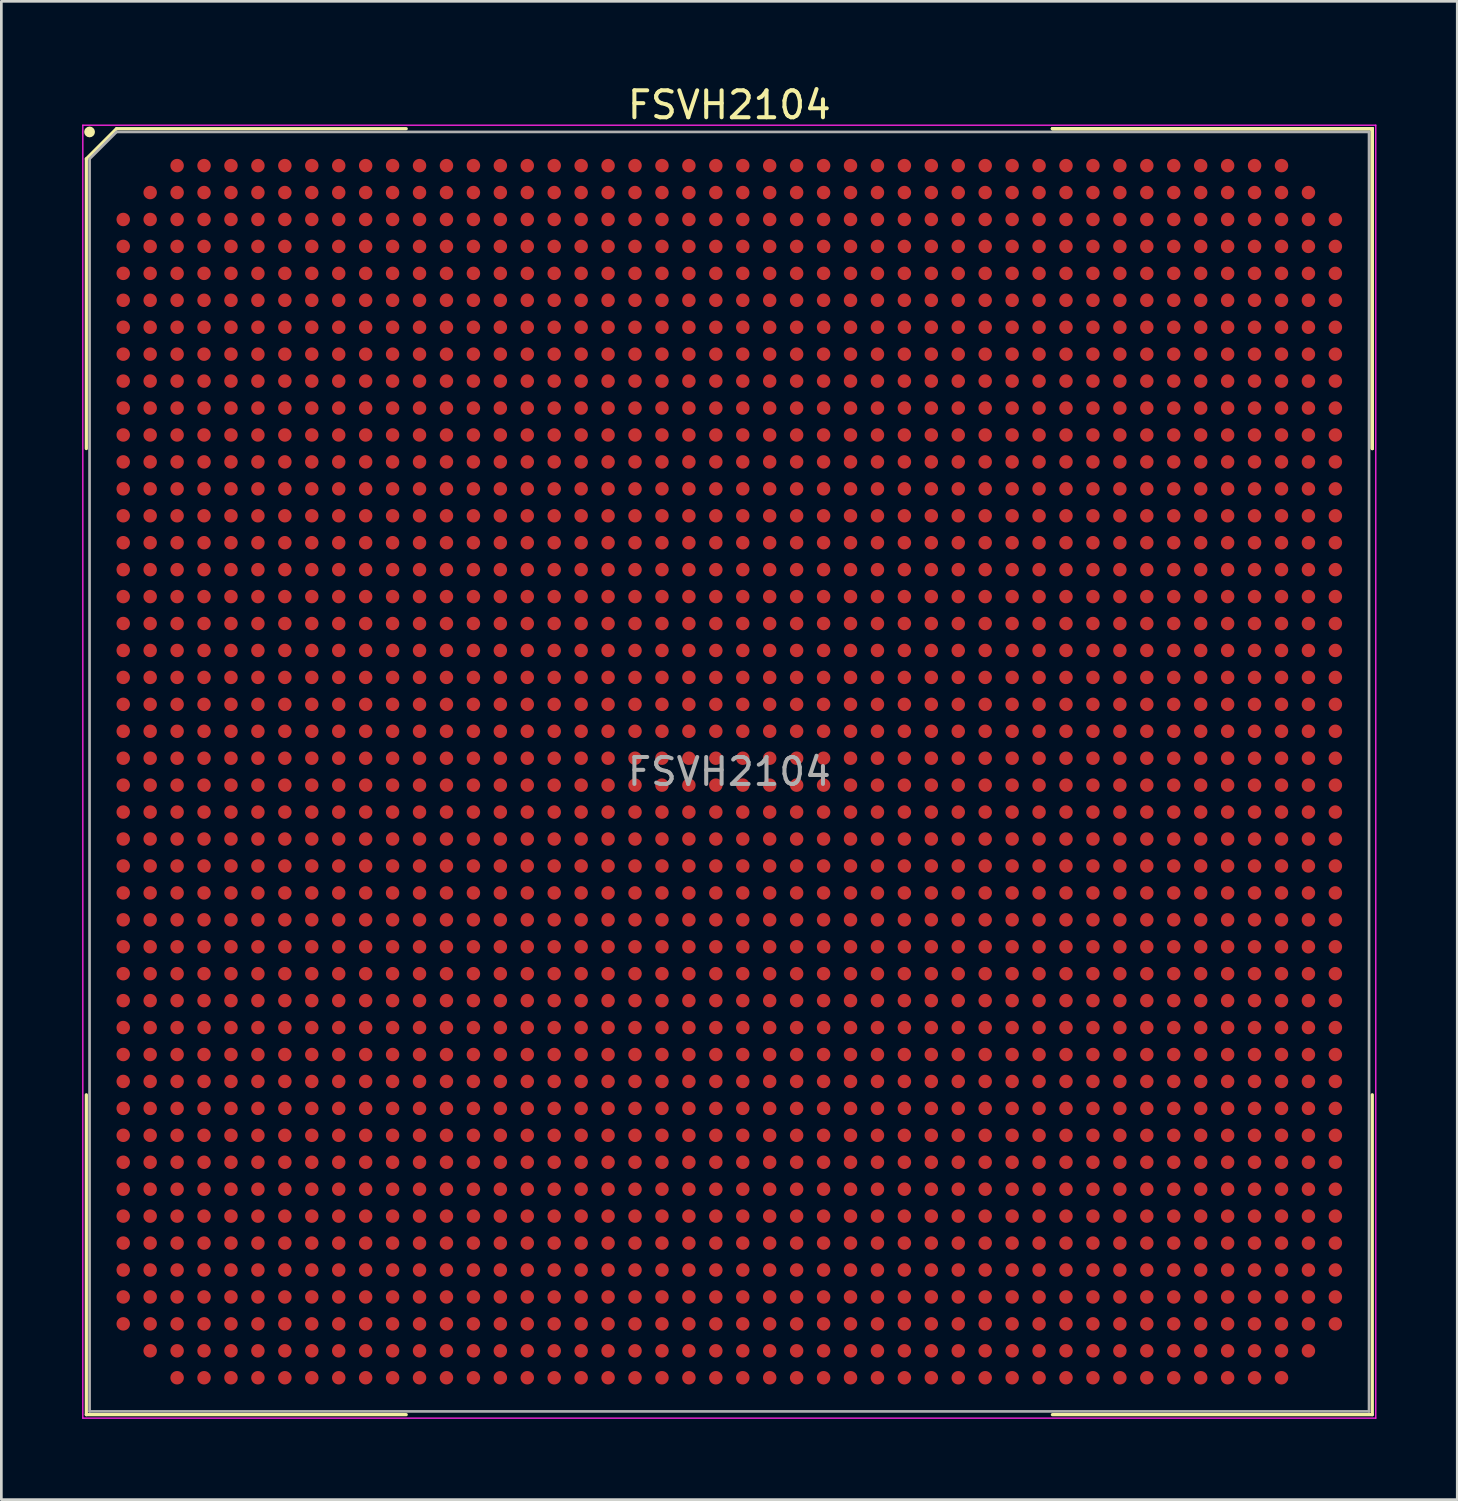
<source format=kicad_pcb>
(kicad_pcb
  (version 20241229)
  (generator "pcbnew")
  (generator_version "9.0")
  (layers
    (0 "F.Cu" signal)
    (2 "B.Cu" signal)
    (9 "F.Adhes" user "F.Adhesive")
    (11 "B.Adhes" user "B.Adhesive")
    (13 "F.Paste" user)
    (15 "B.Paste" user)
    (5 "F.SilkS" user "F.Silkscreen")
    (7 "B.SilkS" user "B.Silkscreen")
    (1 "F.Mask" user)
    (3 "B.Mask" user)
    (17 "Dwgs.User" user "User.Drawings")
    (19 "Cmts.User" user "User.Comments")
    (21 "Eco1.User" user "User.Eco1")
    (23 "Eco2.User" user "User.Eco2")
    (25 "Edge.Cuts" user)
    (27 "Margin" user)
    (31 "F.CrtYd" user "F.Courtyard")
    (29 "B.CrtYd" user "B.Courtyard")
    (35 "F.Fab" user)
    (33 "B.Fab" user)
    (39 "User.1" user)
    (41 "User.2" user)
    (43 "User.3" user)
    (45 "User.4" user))
  (footprint "FSVH2104"
    (layer "F.Cu")
    (at 24.025 25.598)
    (property "Reference" "FSVH2104" (at 0 -24.75 0) (layer "F.SilkS") (effects (font (size 1 1) (thickness 0.15))))
    (attr smd)
    (fp_line (start -23.87 -22.75) (end -23.87 -11.995) (stroke (width 0.12) (type solid)) (layer "F.SilkS"))
    (fp_line (start -23.87 23.87) (end -23.87 11.995) (stroke (width 0.12) (type solid)) (layer "F.SilkS"))
    (fp_line (start -22.75 -23.87) (end -23.87 -22.75) (stroke (width 0.12) (type solid)) (layer "F.SilkS"))
    (fp_line (start -11.995 -23.87) (end -22.75 -23.87) (stroke (width 0.12) (type solid)) (layer "F.SilkS"))
    (fp_line (start -11.995 23.87) (end -23.87 23.87) (stroke (width 0.12) (type solid)) (layer "F.SilkS"))
    (fp_line (start 11.995 -23.87) (end 23.87 -23.87) (stroke (width 0.12) (type solid)) (layer "F.SilkS"))
    (fp_line (start 11.995 -23.87) (end 23.87 -23.87) (stroke (width 0.12) (type solid)) (layer "F.SilkS"))
    (fp_line (start 11.995 -23.87) (end 23.87 -23.87) (stroke (width 0.12) (type solid)) (layer "F.SilkS"))
    (fp_line (start 11.995 23.87) (end 23.87 23.87) (stroke (width 0.12) (type solid)) (layer "F.SilkS"))
    (fp_line (start 23.87 -23.87) (end 23.87 -11.995) (stroke (width 0.12) (type solid)) (layer "F.SilkS"))
    (fp_line (start 23.87 -23.87) (end 23.87 -11.995) (stroke (width 0.12) (type solid)) (layer "F.SilkS"))
    (fp_line (start 23.87 -23.87) (end 23.87 -11.995) (stroke (width 0.12) (type solid)) (layer "F.SilkS"))
    (fp_line (start 23.87 23.87) (end 23.87 11.995) (stroke (width 0.12) (type solid)) (layer "F.SilkS"))
    (fp_circle (center -23.75 -23.75) (end -23.75 -23.65) (stroke (width 0.2) (type solid)) (fill no) (layer "F.SilkS"))
    (fp_line (start -24 -24) (end 24 -24) (stroke (width 0.05) (type solid)) (layer "F.CrtYd"))
    (fp_line (start -24 24) (end -24 -24) (stroke (width 0.05) (type solid)) (layer "F.CrtYd"))
    (fp_line (start 24 -24) (end 24 24) (stroke (width 0.05) (type solid)) (layer "F.CrtYd"))
    (fp_line (start 24 24) (end -24 24) (stroke (width 0.05) (type solid)) (layer "F.CrtYd"))
    (fp_line (start -23.75 -22.75) (end -23.75 23.75) (stroke (width 0.1) (type solid)) (layer "F.Fab"))
    (fp_line (start -23.75 23.75) (end 23.75 23.75) (stroke (width 0.1) (type solid)) (layer "F.Fab"))
    (fp_line (start -22.75 -23.75) (end -23.75 -22.75) (stroke (width 0.1) (type solid)) (layer "F.Fab"))
    (fp_line (start 23.75 -23.75) (end -22.75 -23.75) (stroke (width 0.1) (type solid)) (layer "F.Fab"))
    (fp_line (start 23.75 23.75) (end 23.75 -23.75) (stroke (width 0.1) (type solid)) (layer "F.Fab"))
    (fp_text user "${REFERENCE}" (at 0 0 0) (layer "F.Fab") (effects (font (size 1 1) (thickness 0.15))))
    (pad "A3" smd circle (at -20.5 -22.5) (size 0.5 0.5) (layers "F.Cu" "F.Mask" "F.Paste"))
    (pad "A4" smd circle (at -19.5 -22.5) (size 0.5 0.5) (layers "F.Cu" "F.Mask" "F.Paste"))
    (pad "A5" smd circle (at -18.5 -22.5) (size 0.5 0.5) (layers "F.Cu" "F.Mask" "F.Paste"))
    (pad "A6" smd circle (at -17.5 -22.5) (size 0.5 0.5) (layers "F.Cu" "F.Mask" "F.Paste"))
    (pad "A7" smd circle (at -16.5 -22.5) (size 0.5 0.5) (layers "F.Cu" "F.Mask" "F.Paste"))
    (pad "A8" smd circle (at -15.5 -22.5) (size 0.5 0.5) (layers "F.Cu" "F.Mask" "F.Paste"))
    (pad "A9" smd circle (at -14.5 -22.5) (size 0.5 0.5) (layers "F.Cu" "F.Mask" "F.Paste"))
    (pad "A10" smd circle (at -13.5 -22.5) (size 0.5 0.5) (layers "F.Cu" "F.Mask" "F.Paste"))
    (pad "A11" smd circle (at -12.5 -22.5) (size 0.5 0.5) (layers "F.Cu" "F.Mask" "F.Paste"))
    (pad "A12" smd circle (at -11.5 -22.5) (size 0.5 0.5) (layers "F.Cu" "F.Mask" "F.Paste"))
    (pad "A13" smd circle (at -10.5 -22.5) (size 0.5 0.5) (layers "F.Cu" "F.Mask" "F.Paste"))
    (pad "A14" smd circle (at -9.5 -22.5) (size 0.5 0.5) (layers "F.Cu" "F.Mask" "F.Paste"))
    (pad "A15" smd circle (at -8.5 -22.5) (size 0.5 0.5) (layers "F.Cu" "F.Mask" "F.Paste"))
    (pad "A16" smd circle (at -7.5 -22.5) (size 0.5 0.5) (layers "F.Cu" "F.Mask" "F.Paste"))
    (pad "A17" smd circle (at -6.5 -22.5) (size 0.5 0.5) (layers "F.Cu" "F.Mask" "F.Paste"))
    (pad "A18" smd circle (at -5.5 -22.5) (size 0.5 0.5) (layers "F.Cu" "F.Mask" "F.Paste"))
    (pad "A19" smd circle (at -4.5 -22.5) (size 0.5 0.5) (layers "F.Cu" "F.Mask" "F.Paste"))
    (pad "A20" smd circle (at -3.5 -22.5) (size 0.5 0.5) (layers "F.Cu" "F.Mask" "F.Paste"))
    (pad "A21" smd circle (at -2.5 -22.5) (size 0.5 0.5) (layers "F.Cu" "F.Mask" "F.Paste"))
    (pad "A22" smd circle (at -1.5 -22.5) (size 0.5 0.5) (layers "F.Cu" "F.Mask" "F.Paste"))
    (pad "A23" smd circle (at -0.5 -22.5) (size 0.5 0.5) (layers "F.Cu" "F.Mask" "F.Paste"))
    (pad "A24" smd circle (at 0.5 -22.5) (size 0.5 0.5) (layers "F.Cu" "F.Mask" "F.Paste"))
    (pad "A25" smd circle (at 1.5 -22.5) (size 0.5 0.5) (layers "F.Cu" "F.Mask" "F.Paste"))
    (pad "A26" smd circle (at 2.5 -22.5) (size 0.5 0.5) (layers "F.Cu" "F.Mask" "F.Paste"))
    (pad "A27" smd circle (at 3.5 -22.5) (size 0.5 0.5) (layers "F.Cu" "F.Mask" "F.Paste"))
    (pad "A28" smd circle (at 4.5 -22.5) (size 0.5 0.5) (layers "F.Cu" "F.Mask" "F.Paste"))
    (pad "A29" smd circle (at 5.5 -22.5) (size 0.5 0.5) (layers "F.Cu" "F.Mask" "F.Paste"))
    (pad "A30" smd circle (at 6.5 -22.5) (size 0.5 0.5) (layers "F.Cu" "F.Mask" "F.Paste"))
    (pad "A31" smd circle (at 7.5 -22.5) (size 0.5 0.5) (layers "F.Cu" "F.Mask" "F.Paste"))
    (pad "A32" smd circle (at 8.5 -22.5) (size 0.5 0.5) (layers "F.Cu" "F.Mask" "F.Paste"))
    (pad "A33" smd circle (at 9.5 -22.5) (size 0.5 0.5) (layers "F.Cu" "F.Mask" "F.Paste"))
    (pad "A34" smd circle (at 10.5 -22.5) (size 0.5 0.5) (layers "F.Cu" "F.Mask" "F.Paste"))
    (pad "A35" smd circle (at 11.5 -22.5) (size 0.5 0.5) (layers "F.Cu" "F.Mask" "F.Paste"))
    (pad "A36" smd circle (at 12.5 -22.5) (size 0.5 0.5) (layers "F.Cu" "F.Mask" "F.Paste"))
    (pad "A37" smd circle (at 13.5 -22.5) (size 0.5 0.5) (layers "F.Cu" "F.Mask" "F.Paste"))
    (pad "A38" smd circle (at 14.5 -22.5) (size 0.5 0.5) (layers "F.Cu" "F.Mask" "F.Paste"))
    (pad "A39" smd circle (at 15.5 -22.5) (size 0.5 0.5) (layers "F.Cu" "F.Mask" "F.Paste"))
    (pad "A40" smd circle (at 16.5 -22.5) (size 0.5 0.5) (layers "F.Cu" "F.Mask" "F.Paste"))
    (pad "A41" smd circle (at 17.5 -22.5) (size 0.5 0.5) (layers "F.Cu" "F.Mask" "F.Paste"))
    (pad "A42" smd circle (at 18.5 -22.5) (size 0.5 0.5) (layers "F.Cu" "F.Mask" "F.Paste"))
    (pad "A43" smd circle (at 19.5 -22.5) (size 0.5 0.5) (layers "F.Cu" "F.Mask" "F.Paste"))
    (pad "A44" smd circle (at 20.5 -22.5) (size 0.5 0.5) (layers "F.Cu" "F.Mask" "F.Paste"))
    (pad "AA1" smd circle (at -22.5 -2.5) (size 0.5 0.5) (layers "F.Cu" "F.Mask" "F.Paste"))
    (pad "AA2" smd circle (at -21.5 -2.5) (size 0.5 0.5) (layers "F.Cu" "F.Mask" "F.Paste"))
    (pad "AA3" smd circle (at -20.5 -2.5) (size 0.5 0.5) (layers "F.Cu" "F.Mask" "F.Paste"))
    (pad "AA4" smd circle (at -19.5 -2.5) (size 0.5 0.5) (layers "F.Cu" "F.Mask" "F.Paste"))
    (pad "AA5" smd circle (at -18.5 -2.5) (size 0.5 0.5) (layers "F.Cu" "F.Mask" "F.Paste"))
    (pad "AA6" smd circle (at -17.5 -2.5) (size 0.5 0.5) (layers "F.Cu" "F.Mask" "F.Paste"))
    (pad "AA7" smd circle (at -16.5 -2.5) (size 0.5 0.5) (layers "F.Cu" "F.Mask" "F.Paste"))
    (pad "AA8" smd circle (at -15.5 -2.5) (size 0.5 0.5) (layers "F.Cu" "F.Mask" "F.Paste"))
    (pad "AA9" smd circle (at -14.5 -2.5) (size 0.5 0.5) (layers "F.Cu" "F.Mask" "F.Paste"))
    (pad "AA10" smd circle (at -13.5 -2.5) (size 0.5 0.5) (layers "F.Cu" "F.Mask" "F.Paste"))
    (pad "AA11" smd circle (at -12.5 -2.5) (size 0.5 0.5) (layers "F.Cu" "F.Mask" "F.Paste"))
    (pad "AA12" smd circle (at -11.5 -2.5) (size 0.5 0.5) (layers "F.Cu" "F.Mask" "F.Paste"))
    (pad "AA13" smd circle (at -10.5 -2.5) (size 0.5 0.5) (layers "F.Cu" "F.Mask" "F.Paste"))
    (pad "AA14" smd circle (at -9.5 -2.5) (size 0.5 0.5) (layers "F.Cu" "F.Mask" "F.Paste"))
    (pad "AA15" smd circle (at -8.5 -2.5) (size 0.5 0.5) (layers "F.Cu" "F.Mask" "F.Paste"))
    (pad "AA16" smd circle (at -7.5 -2.5) (size 0.5 0.5) (layers "F.Cu" "F.Mask" "F.Paste"))
    (pad "AA17" smd circle (at -6.5 -2.5) (size 0.5 0.5) (layers "F.Cu" "F.Mask" "F.Paste"))
    (pad "AA18" smd circle (at -5.5 -2.5) (size 0.5 0.5) (layers "F.Cu" "F.Mask" "F.Paste"))
    (pad "AA19" smd circle (at -4.5 -2.5) (size 0.5 0.5) (layers "F.Cu" "F.Mask" "F.Paste"))
    (pad "AA20" smd circle (at -3.5 -2.5) (size 0.5 0.5) (layers "F.Cu" "F.Mask" "F.Paste"))
    (pad "AA21" smd circle (at -2.5 -2.5) (size 0.5 0.5) (layers "F.Cu" "F.Mask" "F.Paste"))
    (pad "AA22" smd circle (at -1.5 -2.5) (size 0.5 0.5) (layers "F.Cu" "F.Mask" "F.Paste"))
    (pad "AA23" smd circle (at -0.5 -2.5) (size 0.5 0.5) (layers "F.Cu" "F.Mask" "F.Paste"))
    (pad "AA24" smd circle (at 0.5 -2.5) (size 0.5 0.5) (layers "F.Cu" "F.Mask" "F.Paste"))
    (pad "AA25" smd circle (at 1.5 -2.5) (size 0.5 0.5) (layers "F.Cu" "F.Mask" "F.Paste"))
    (pad "AA26" smd circle (at 2.5 -2.5) (size 0.5 0.5) (layers "F.Cu" "F.Mask" "F.Paste"))
    (pad "AA27" smd circle (at 3.5 -2.5) (size 0.5 0.5) (layers "F.Cu" "F.Mask" "F.Paste"))
    (pad "AA28" smd circle (at 4.5 -2.5) (size 0.5 0.5) (layers "F.Cu" "F.Mask" "F.Paste"))
    (pad "AA29" smd circle (at 5.5 -2.5) (size 0.5 0.5) (layers "F.Cu" "F.Mask" "F.Paste"))
    (pad "AA30" smd circle (at 6.5 -2.5) (size 0.5 0.5) (layers "F.Cu" "F.Mask" "F.Paste"))
    (pad "AA31" smd circle (at 7.5 -2.5) (size 0.5 0.5) (layers "F.Cu" "F.Mask" "F.Paste"))
    (pad "AA32" smd circle (at 8.5 -2.5) (size 0.5 0.5) (layers "F.Cu" "F.Mask" "F.Paste"))
    (pad "AA33" smd circle (at 9.5 -2.5) (size 0.5 0.5) (layers "F.Cu" "F.Mask" "F.Paste"))
    (pad "AA34" smd circle (at 10.5 -2.5) (size 0.5 0.5) (layers "F.Cu" "F.Mask" "F.Paste"))
    (pad "AA35" smd circle (at 11.5 -2.5) (size 0.5 0.5) (layers "F.Cu" "F.Mask" "F.Paste"))
    (pad "AA36" smd circle (at 12.5 -2.5) (size 0.5 0.5) (layers "F.Cu" "F.Mask" "F.Paste"))
    (pad "AA37" smd circle (at 13.5 -2.5) (size 0.5 0.5) (layers "F.Cu" "F.Mask" "F.Paste"))
    (pad "AA38" smd circle (at 14.5 -2.5) (size 0.5 0.5) (layers "F.Cu" "F.Mask" "F.Paste"))
    (pad "AA39" smd circle (at 15.5 -2.5) (size 0.5 0.5) (layers "F.Cu" "F.Mask" "F.Paste"))
    (pad "AA40" smd circle (at 16.5 -2.5) (size 0.5 0.5) (layers "F.Cu" "F.Mask" "F.Paste"))
    (pad "AA41" smd circle (at 17.5 -2.5) (size 0.5 0.5) (layers "F.Cu" "F.Mask" "F.Paste"))
    (pad "AA42" smd circle (at 18.5 -2.5) (size 0.5 0.5) (layers "F.Cu" "F.Mask" "F.Paste"))
    (pad "AA43" smd circle (at 19.5 -2.5) (size 0.5 0.5) (layers "F.Cu" "F.Mask" "F.Paste"))
    (pad "AA44" smd circle (at 20.5 -2.5) (size 0.5 0.5) (layers "F.Cu" "F.Mask" "F.Paste"))
    (pad "AA45" smd circle (at 21.5 -2.5) (size 0.5 0.5) (layers "F.Cu" "F.Mask" "F.Paste"))
    (pad "AA46" smd circle (at 22.5 -2.5) (size 0.5 0.5) (layers "F.Cu" "F.Mask" "F.Paste"))
    (pad "AB1" smd circle (at -22.5 -1.5) (size 0.5 0.5) (layers "F.Cu" "F.Mask" "F.Paste"))
    (pad "AB2" smd circle (at -21.5 -1.5) (size 0.5 0.5) (layers "F.Cu" "F.Mask" "F.Paste"))
    (pad "AB3" smd circle (at -20.5 -1.5) (size 0.5 0.5) (layers "F.Cu" "F.Mask" "F.Paste"))
    (pad "AB4" smd circle (at -19.5 -1.5) (size 0.5 0.5) (layers "F.Cu" "F.Mask" "F.Paste"))
    (pad "AB5" smd circle (at -18.5 -1.5) (size 0.5 0.5) (layers "F.Cu" "F.Mask" "F.Paste"))
    (pad "AB6" smd circle (at -17.5 -1.5) (size 0.5 0.5) (layers "F.Cu" "F.Mask" "F.Paste"))
    (pad "AB7" smd circle (at -16.5 -1.5) (size 0.5 0.5) (layers "F.Cu" "F.Mask" "F.Paste"))
    (pad "AB8" smd circle (at -15.5 -1.5) (size 0.5 0.5) (layers "F.Cu" "F.Mask" "F.Paste"))
    (pad "AB9" smd circle (at -14.5 -1.5) (size 0.5 0.5) (layers "F.Cu" "F.Mask" "F.Paste"))
    (pad "AB10" smd circle (at -13.5 -1.5) (size 0.5 0.5) (layers "F.Cu" "F.Mask" "F.Paste"))
    (pad "AB11" smd circle (at -12.5 -1.5) (size 0.5 0.5) (layers "F.Cu" "F.Mask" "F.Paste"))
    (pad "AB12" smd circle (at -11.5 -1.5) (size 0.5 0.5) (layers "F.Cu" "F.Mask" "F.Paste"))
    (pad "AB13" smd circle (at -10.5 -1.5) (size 0.5 0.5) (layers "F.Cu" "F.Mask" "F.Paste"))
    (pad "AB14" smd circle (at -9.5 -1.5) (size 0.5 0.5) (layers "F.Cu" "F.Mask" "F.Paste"))
    (pad "AB15" smd circle (at -8.5 -1.5) (size 0.5 0.5) (layers "F.Cu" "F.Mask" "F.Paste"))
    (pad "AB16" smd circle (at -7.5 -1.5) (size 0.5 0.5) (layers "F.Cu" "F.Mask" "F.Paste"))
    (pad "AB17" smd circle (at -6.5 -1.5) (size 0.5 0.5) (layers "F.Cu" "F.Mask" "F.Paste"))
    (pad "AB18" smd circle (at -5.5 -1.5) (size 0.5 0.5) (layers "F.Cu" "F.Mask" "F.Paste"))
    (pad "AB19" smd circle (at -4.5 -1.5) (size 0.5 0.5) (layers "F.Cu" "F.Mask" "F.Paste"))
    (pad "AB20" smd circle (at -3.5 -1.5) (size 0.5 0.5) (layers "F.Cu" "F.Mask" "F.Paste"))
    (pad "AB21" smd circle (at -2.5 -1.5) (size 0.5 0.5) (layers "F.Cu" "F.Mask" "F.Paste"))
    (pad "AB22" smd circle (at -1.5 -1.5) (size 0.5 0.5) (layers "F.Cu" "F.Mask" "F.Paste"))
    (pad "AB23" smd circle (at -0.5 -1.5) (size 0.5 0.5) (layers "F.Cu" "F.Mask" "F.Paste"))
    (pad "AB24" smd circle (at 0.5 -1.5) (size 0.5 0.5) (layers "F.Cu" "F.Mask" "F.Paste"))
    (pad "AB25" smd circle (at 1.5 -1.5) (size 0.5 0.5) (layers "F.Cu" "F.Mask" "F.Paste"))
    (pad "AB26" smd circle (at 2.5 -1.5) (size 0.5 0.5) (layers "F.Cu" "F.Mask" "F.Paste"))
    (pad "AB27" smd circle (at 3.5 -1.5) (size 0.5 0.5) (layers "F.Cu" "F.Mask" "F.Paste"))
    (pad "AB28" smd circle (at 4.5 -1.5) (size 0.5 0.5) (layers "F.Cu" "F.Mask" "F.Paste"))
    (pad "AB29" smd circle (at 5.5 -1.5) (size 0.5 0.5) (layers "F.Cu" "F.Mask" "F.Paste"))
    (pad "AB30" smd circle (at 6.5 -1.5) (size 0.5 0.5) (layers "F.Cu" "F.Mask" "F.Paste"))
    (pad "AB31" smd circle (at 7.5 -1.5) (size 0.5 0.5) (layers "F.Cu" "F.Mask" "F.Paste"))
    (pad "AB32" smd circle (at 8.5 -1.5) (size 0.5 0.5) (layers "F.Cu" "F.Mask" "F.Paste"))
    (pad "AB33" smd circle (at 9.5 -1.5) (size 0.5 0.5) (layers "F.Cu" "F.Mask" "F.Paste"))
    (pad "AB34" smd circle (at 10.5 -1.5) (size 0.5 0.5) (layers "F.Cu" "F.Mask" "F.Paste"))
    (pad "AB35" smd circle (at 11.5 -1.5) (size 0.5 0.5) (layers "F.Cu" "F.Mask" "F.Paste"))
    (pad "AB36" smd circle (at 12.5 -1.5) (size 0.5 0.5) (layers "F.Cu" "F.Mask" "F.Paste"))
    (pad "AB37" smd circle (at 13.5 -1.5) (size 0.5 0.5) (layers "F.Cu" "F.Mask" "F.Paste"))
    (pad "AB38" smd circle (at 14.5 -1.5) (size 0.5 0.5) (layers "F.Cu" "F.Mask" "F.Paste"))
    (pad "AB39" smd circle (at 15.5 -1.5) (size 0.5 0.5) (layers "F.Cu" "F.Mask" "F.Paste"))
    (pad "AB40" smd circle (at 16.5 -1.5) (size 0.5 0.5) (layers "F.Cu" "F.Mask" "F.Paste"))
    (pad "AB41" smd circle (at 17.5 -1.5) (size 0.5 0.5) (layers "F.Cu" "F.Mask" "F.Paste"))
    (pad "AB42" smd circle (at 18.5 -1.5) (size 0.5 0.5) (layers "F.Cu" "F.Mask" "F.Paste"))
    (pad "AB43" smd circle (at 19.5 -1.5) (size 0.5 0.5) (layers "F.Cu" "F.Mask" "F.Paste"))
    (pad "AB44" smd circle (at 20.5 -1.5) (size 0.5 0.5) (layers "F.Cu" "F.Mask" "F.Paste"))
    (pad "AB45" smd circle (at 21.5 -1.5) (size 0.5 0.5) (layers "F.Cu" "F.Mask" "F.Paste"))
    (pad "AB46" smd circle (at 22.5 -1.5) (size 0.5 0.5) (layers "F.Cu" "F.Mask" "F.Paste"))
    (pad "AC1" smd circle (at -22.5 -0.5) (size 0.5 0.5) (layers "F.Cu" "F.Mask" "F.Paste"))
    (pad "AC2" smd circle (at -21.5 -0.5) (size 0.5 0.5) (layers "F.Cu" "F.Mask" "F.Paste"))
    (pad "AC3" smd circle (at -20.5 -0.5) (size 0.5 0.5) (layers "F.Cu" "F.Mask" "F.Paste"))
    (pad "AC4" smd circle (at -19.5 -0.5) (size 0.5 0.5) (layers "F.Cu" "F.Mask" "F.Paste"))
    (pad "AC5" smd circle (at -18.5 -0.5) (size 0.5 0.5) (layers "F.Cu" "F.Mask" "F.Paste"))
    (pad "AC6" smd circle (at -17.5 -0.5) (size 0.5 0.5) (layers "F.Cu" "F.Mask" "F.Paste"))
    (pad "AC7" smd circle (at -16.5 -0.5) (size 0.5 0.5) (layers "F.Cu" "F.Mask" "F.Paste"))
    (pad "AC8" smd circle (at -15.5 -0.5) (size 0.5 0.5) (layers "F.Cu" "F.Mask" "F.Paste"))
    (pad "AC9" smd circle (at -14.5 -0.5) (size 0.5 0.5) (layers "F.Cu" "F.Mask" "F.Paste"))
    (pad "AC10" smd circle (at -13.5 -0.5) (size 0.5 0.5) (layers "F.Cu" "F.Mask" "F.Paste"))
    (pad "AC11" smd circle (at -12.5 -0.5) (size 0.5 0.5) (layers "F.Cu" "F.Mask" "F.Paste"))
    (pad "AC12" smd circle (at -11.5 -0.5) (size 0.5 0.5) (layers "F.Cu" "F.Mask" "F.Paste"))
    (pad "AC13" smd circle (at -10.5 -0.5) (size 0.5 0.5) (layers "F.Cu" "F.Mask" "F.Paste"))
    (pad "AC14" smd circle (at -9.5 -0.5) (size 0.5 0.5) (layers "F.Cu" "F.Mask" "F.Paste"))
    (pad "AC15" smd circle (at -8.5 -0.5) (size 0.5 0.5) (layers "F.Cu" "F.Mask" "F.Paste"))
    (pad "AC16" smd circle (at -7.5 -0.5) (size 0.5 0.5) (layers "F.Cu" "F.Mask" "F.Paste"))
    (pad "AC17" smd circle (at -6.5 -0.5) (size 0.5 0.5) (layers "F.Cu" "F.Mask" "F.Paste"))
    (pad "AC18" smd circle (at -5.5 -0.5) (size 0.5 0.5) (layers "F.Cu" "F.Mask" "F.Paste"))
    (pad "AC19" smd circle (at -4.5 -0.5) (size 0.5 0.5) (layers "F.Cu" "F.Mask" "F.Paste"))
    (pad "AC20" smd circle (at -3.5 -0.5) (size 0.5 0.5) (layers "F.Cu" "F.Mask" "F.Paste"))
    (pad "AC21" smd circle (at -2.5 -0.5) (size 0.5 0.5) (layers "F.Cu" "F.Mask" "F.Paste"))
    (pad "AC22" smd circle (at -1.5 -0.5) (size 0.5 0.5) (layers "F.Cu" "F.Mask" "F.Paste"))
    (pad "AC23" smd circle (at -0.5 -0.5) (size 0.5 0.5) (layers "F.Cu" "F.Mask" "F.Paste"))
    (pad "AC24" smd circle (at 0.5 -0.5) (size 0.5 0.5) (layers "F.Cu" "F.Mask" "F.Paste"))
    (pad "AC25" smd circle (at 1.5 -0.5) (size 0.5 0.5) (layers "F.Cu" "F.Mask" "F.Paste"))
    (pad "AC26" smd circle (at 2.5 -0.5) (size 0.5 0.5) (layers "F.Cu" "F.Mask" "F.Paste"))
    (pad "AC27" smd circle (at 3.5 -0.5) (size 0.5 0.5) (layers "F.Cu" "F.Mask" "F.Paste"))
    (pad "AC28" smd circle (at 4.5 -0.5) (size 0.5 0.5) (layers "F.Cu" "F.Mask" "F.Paste"))
    (pad "AC29" smd circle (at 5.5 -0.5) (size 0.5 0.5) (layers "F.Cu" "F.Mask" "F.Paste"))
    (pad "AC30" smd circle (at 6.5 -0.5) (size 0.5 0.5) (layers "F.Cu" "F.Mask" "F.Paste"))
    (pad "AC31" smd circle (at 7.5 -0.5) (size 0.5 0.5) (layers "F.Cu" "F.Mask" "F.Paste"))
    (pad "AC32" smd circle (at 8.5 -0.5) (size 0.5 0.5) (layers "F.Cu" "F.Mask" "F.Paste"))
    (pad "AC33" smd circle (at 9.5 -0.5) (size 0.5 0.5) (layers "F.Cu" "F.Mask" "F.Paste"))
    (pad "AC34" smd circle (at 10.5 -0.5) (size 0.5 0.5) (layers "F.Cu" "F.Mask" "F.Paste"))
    (pad "AC35" smd circle (at 11.5 -0.5) (size 0.5 0.5) (layers "F.Cu" "F.Mask" "F.Paste"))
    (pad "AC36" smd circle (at 12.5 -0.5) (size 0.5 0.5) (layers "F.Cu" "F.Mask" "F.Paste"))
    (pad "AC37" smd circle (at 13.5 -0.5) (size 0.5 0.5) (layers "F.Cu" "F.Mask" "F.Paste"))
    (pad "AC38" smd circle (at 14.5 -0.5) (size 0.5 0.5) (layers "F.Cu" "F.Mask" "F.Paste"))
    (pad "AC39" smd circle (at 15.5 -0.5) (size 0.5 0.5) (layers "F.Cu" "F.Mask" "F.Paste"))
    (pad "AC40" smd circle (at 16.5 -0.5) (size 0.5 0.5) (layers "F.Cu" "F.Mask" "F.Paste"))
    (pad "AC41" smd circle (at 17.5 -0.5) (size 0.5 0.5) (layers "F.Cu" "F.Mask" "F.Paste"))
    (pad "AC42" smd circle (at 18.5 -0.5) (size 0.5 0.5) (layers "F.Cu" "F.Mask" "F.Paste"))
    (pad "AC43" smd circle (at 19.5 -0.5) (size 0.5 0.5) (layers "F.Cu" "F.Mask" "F.Paste"))
    (pad "AC44" smd circle (at 20.5 -0.5) (size 0.5 0.5) (layers "F.Cu" "F.Mask" "F.Paste"))
    (pad "AC45" smd circle (at 21.5 -0.5) (size 0.5 0.5) (layers "F.Cu" "F.Mask" "F.Paste"))
    (pad "AC46" smd circle (at 22.5 -0.5) (size 0.5 0.5) (layers "F.Cu" "F.Mask" "F.Paste"))
    (pad "AD1" smd circle (at -22.5 0.5) (size 0.5 0.5) (layers "F.Cu" "F.Mask" "F.Paste"))
    (pad "AD2" smd circle (at -21.5 0.5) (size 0.5 0.5) (layers "F.Cu" "F.Mask" "F.Paste"))
    (pad "AD3" smd circle (at -20.5 0.5) (size 0.5 0.5) (layers "F.Cu" "F.Mask" "F.Paste"))
    (pad "AD4" smd circle (at -19.5 0.5) (size 0.5 0.5) (layers "F.Cu" "F.Mask" "F.Paste"))
    (pad "AD5" smd circle (at -18.5 0.5) (size 0.5 0.5) (layers "F.Cu" "F.Mask" "F.Paste"))
    (pad "AD6" smd circle (at -17.5 0.5) (size 0.5 0.5) (layers "F.Cu" "F.Mask" "F.Paste"))
    (pad "AD7" smd circle (at -16.5 0.5) (size 0.5 0.5) (layers "F.Cu" "F.Mask" "F.Paste"))
    (pad "AD8" smd circle (at -15.5 0.5) (size 0.5 0.5) (layers "F.Cu" "F.Mask" "F.Paste"))
    (pad "AD9" smd circle (at -14.5 0.5) (size 0.5 0.5) (layers "F.Cu" "F.Mask" "F.Paste"))
    (pad "AD10" smd circle (at -13.5 0.5) (size 0.5 0.5) (layers "F.Cu" "F.Mask" "F.Paste"))
    (pad "AD11" smd circle (at -12.5 0.5) (size 0.5 0.5) (layers "F.Cu" "F.Mask" "F.Paste"))
    (pad "AD12" smd circle (at -11.5 0.5) (size 0.5 0.5) (layers "F.Cu" "F.Mask" "F.Paste"))
    (pad "AD13" smd circle (at -10.5 0.5) (size 0.5 0.5) (layers "F.Cu" "F.Mask" "F.Paste"))
    (pad "AD14" smd circle (at -9.5 0.5) (size 0.5 0.5) (layers "F.Cu" "F.Mask" "F.Paste"))
    (pad "AD15" smd circle (at -8.5 0.5) (size 0.5 0.5) (layers "F.Cu" "F.Mask" "F.Paste"))
    (pad "AD16" smd circle (at -7.5 0.5) (size 0.5 0.5) (layers "F.Cu" "F.Mask" "F.Paste"))
    (pad "AD17" smd circle (at -6.5 0.5) (size 0.5 0.5) (layers "F.Cu" "F.Mask" "F.Paste"))
    (pad "AD18" smd circle (at -5.5 0.5) (size 0.5 0.5) (layers "F.Cu" "F.Mask" "F.Paste"))
    (pad "AD19" smd circle (at -4.5 0.5) (size 0.5 0.5) (layers "F.Cu" "F.Mask" "F.Paste"))
    (pad "AD20" smd circle (at -3.5 0.5) (size 0.5 0.5) (layers "F.Cu" "F.Mask" "F.Paste"))
    (pad "AD21" smd circle (at -2.5 0.5) (size 0.5 0.5) (layers "F.Cu" "F.Mask" "F.Paste"))
    (pad "AD22" smd circle (at -1.5 0.5) (size 0.5 0.5) (layers "F.Cu" "F.Mask" "F.Paste"))
    (pad "AD23" smd circle (at -0.5 0.5) (size 0.5 0.5) (layers "F.Cu" "F.Mask" "F.Paste"))
    (pad "AD24" smd circle (at 0.5 0.5) (size 0.5 0.5) (layers "F.Cu" "F.Mask" "F.Paste"))
    (pad "AD25" smd circle (at 1.5 0.5) (size 0.5 0.5) (layers "F.Cu" "F.Mask" "F.Paste"))
    (pad "AD26" smd circle (at 2.5 0.5) (size 0.5 0.5) (layers "F.Cu" "F.Mask" "F.Paste"))
    (pad "AD27" smd circle (at 3.5 0.5) (size 0.5 0.5) (layers "F.Cu" "F.Mask" "F.Paste"))
    (pad "AD28" smd circle (at 4.5 0.5) (size 0.5 0.5) (layers "F.Cu" "F.Mask" "F.Paste"))
    (pad "AD29" smd circle (at 5.5 0.5) (size 0.5 0.5) (layers "F.Cu" "F.Mask" "F.Paste"))
    (pad "AD30" smd circle (at 6.5 0.5) (size 0.5 0.5) (layers "F.Cu" "F.Mask" "F.Paste"))
    (pad "AD31" smd circle (at 7.5 0.5) (size 0.5 0.5) (layers "F.Cu" "F.Mask" "F.Paste"))
    (pad "AD32" smd circle (at 8.5 0.5) (size 0.5 0.5) (layers "F.Cu" "F.Mask" "F.Paste"))
    (pad "AD33" smd circle (at 9.5 0.5) (size 0.5 0.5) (layers "F.Cu" "F.Mask" "F.Paste"))
    (pad "AD34" smd circle (at 10.5 0.5) (size 0.5 0.5) (layers "F.Cu" "F.Mask" "F.Paste"))
    (pad "AD35" smd circle (at 11.5 0.5) (size 0.5 0.5) (layers "F.Cu" "F.Mask" "F.Paste"))
    (pad "AD36" smd circle (at 12.5 0.5) (size 0.5 0.5) (layers "F.Cu" "F.Mask" "F.Paste"))
    (pad "AD37" smd circle (at 13.5 0.5) (size 0.5 0.5) (layers "F.Cu" "F.Mask" "F.Paste"))
    (pad "AD38" smd circle (at 14.5 0.5) (size 0.5 0.5) (layers "F.Cu" "F.Mask" "F.Paste"))
    (pad "AD39" smd circle (at 15.5 0.5) (size 0.5 0.5) (layers "F.Cu" "F.Mask" "F.Paste"))
    (pad "AD40" smd circle (at 16.5 0.5) (size 0.5 0.5) (layers "F.Cu" "F.Mask" "F.Paste"))
    (pad "AD41" smd circle (at 17.5 0.5) (size 0.5 0.5) (layers "F.Cu" "F.Mask" "F.Paste"))
    (pad "AD42" smd circle (at 18.5 0.5) (size 0.5 0.5) (layers "F.Cu" "F.Mask" "F.Paste"))
    (pad "AD43" smd circle (at 19.5 0.5) (size 0.5 0.5) (layers "F.Cu" "F.Mask" "F.Paste"))
    (pad "AD44" smd circle (at 20.5 0.5) (size 0.5 0.5) (layers "F.Cu" "F.Mask" "F.Paste"))
    (pad "AD45" smd circle (at 21.5 0.5) (size 0.5 0.5) (layers "F.Cu" "F.Mask" "F.Paste"))
    (pad "AD46" smd circle (at 22.5 0.5) (size 0.5 0.5) (layers "F.Cu" "F.Mask" "F.Paste"))
    (pad "AE1" smd circle (at -22.5 1.5) (size 0.5 0.5) (layers "F.Cu" "F.Mask" "F.Paste"))
    (pad "AE2" smd circle (at -21.5 1.5) (size 0.5 0.5) (layers "F.Cu" "F.Mask" "F.Paste"))
    (pad "AE3" smd circle (at -20.5 1.5) (size 0.5 0.5) (layers "F.Cu" "F.Mask" "F.Paste"))
    (pad "AE4" smd circle (at -19.5 1.5) (size 0.5 0.5) (layers "F.Cu" "F.Mask" "F.Paste"))
    (pad "AE5" smd circle (at -18.5 1.5) (size 0.5 0.5) (layers "F.Cu" "F.Mask" "F.Paste"))
    (pad "AE6" smd circle (at -17.5 1.5) (size 0.5 0.5) (layers "F.Cu" "F.Mask" "F.Paste"))
    (pad "AE7" smd circle (at -16.5 1.5) (size 0.5 0.5) (layers "F.Cu" "F.Mask" "F.Paste"))
    (pad "AE8" smd circle (at -15.5 1.5) (size 0.5 0.5) (layers "F.Cu" "F.Mask" "F.Paste"))
    (pad "AE9" smd circle (at -14.5 1.5) (size 0.5 0.5) (layers "F.Cu" "F.Mask" "F.Paste"))
    (pad "AE10" smd circle (at -13.5 1.5) (size 0.5 0.5) (layers "F.Cu" "F.Mask" "F.Paste"))
    (pad "AE11" smd circle (at -12.5 1.5) (size 0.5 0.5) (layers "F.Cu" "F.Mask" "F.Paste"))
    (pad "AE12" smd circle (at -11.5 1.5) (size 0.5 0.5) (layers "F.Cu" "F.Mask" "F.Paste"))
    (pad "AE13" smd circle (at -10.5 1.5) (size 0.5 0.5) (layers "F.Cu" "F.Mask" "F.Paste"))
    (pad "AE14" smd circle (at -9.5 1.5) (size 0.5 0.5) (layers "F.Cu" "F.Mask" "F.Paste"))
    (pad "AE15" smd circle (at -8.5 1.5) (size 0.5 0.5) (layers "F.Cu" "F.Mask" "F.Paste"))
    (pad "AE16" smd circle (at -7.5 1.5) (size 0.5 0.5) (layers "F.Cu" "F.Mask" "F.Paste"))
    (pad "AE17" smd circle (at -6.5 1.5) (size 0.5 0.5) (layers "F.Cu" "F.Mask" "F.Paste"))
    (pad "AE18" smd circle (at -5.5 1.5) (size 0.5 0.5) (layers "F.Cu" "F.Mask" "F.Paste"))
    (pad "AE19" smd circle (at -4.5 1.5) (size 0.5 0.5) (layers "F.Cu" "F.Mask" "F.Paste"))
    (pad "AE20" smd circle (at -3.5 1.5) (size 0.5 0.5) (layers "F.Cu" "F.Mask" "F.Paste"))
    (pad "AE21" smd circle (at -2.5 1.5) (size 0.5 0.5) (layers "F.Cu" "F.Mask" "F.Paste"))
    (pad "AE22" smd circle (at -1.5 1.5) (size 0.5 0.5) (layers "F.Cu" "F.Mask" "F.Paste"))
    (pad "AE23" smd circle (at -0.5 1.5) (size 0.5 0.5) (layers "F.Cu" "F.Mask" "F.Paste"))
    (pad "AE24" smd circle (at 0.5 1.5) (size 0.5 0.5) (layers "F.Cu" "F.Mask" "F.Paste"))
    (pad "AE25" smd circle (at 1.5 1.5) (size 0.5 0.5) (layers "F.Cu" "F.Mask" "F.Paste"))
    (pad "AE26" smd circle (at 2.5 1.5) (size 0.5 0.5) (layers "F.Cu" "F.Mask" "F.Paste"))
    (pad "AE27" smd circle (at 3.5 1.5) (size 0.5 0.5) (layers "F.Cu" "F.Mask" "F.Paste"))
    (pad "AE28" smd circle (at 4.5 1.5) (size 0.5 0.5) (layers "F.Cu" "F.Mask" "F.Paste"))
    (pad "AE29" smd circle (at 5.5 1.5) (size 0.5 0.5) (layers "F.Cu" "F.Mask" "F.Paste"))
    (pad "AE30" smd circle (at 6.5 1.5) (size 0.5 0.5) (layers "F.Cu" "F.Mask" "F.Paste"))
    (pad "AE31" smd circle (at 7.5 1.5) (size 0.5 0.5) (layers "F.Cu" "F.Mask" "F.Paste"))
    (pad "AE32" smd circle (at 8.5 1.5) (size 0.5 0.5) (layers "F.Cu" "F.Mask" "F.Paste"))
    (pad "AE33" smd circle (at 9.5 1.5) (size 0.5 0.5) (layers "F.Cu" "F.Mask" "F.Paste"))
    (pad "AE34" smd circle (at 10.5 1.5) (size 0.5 0.5) (layers "F.Cu" "F.Mask" "F.Paste"))
    (pad "AE35" smd circle (at 11.5 1.5) (size 0.5 0.5) (layers "F.Cu" "F.Mask" "F.Paste"))
    (pad "AE36" smd circle (at 12.5 1.5) (size 0.5 0.5) (layers "F.Cu" "F.Mask" "F.Paste"))
    (pad "AE37" smd circle (at 13.5 1.5) (size 0.5 0.5) (layers "F.Cu" "F.Mask" "F.Paste"))
    (pad "AE38" smd circle (at 14.5 1.5) (size 0.5 0.5) (layers "F.Cu" "F.Mask" "F.Paste"))
    (pad "AE39" smd circle (at 15.5 1.5) (size 0.5 0.5) (layers "F.Cu" "F.Mask" "F.Paste"))
    (pad "AE40" smd circle (at 16.5 1.5) (size 0.5 0.5) (layers "F.Cu" "F.Mask" "F.Paste"))
    (pad "AE41" smd circle (at 17.5 1.5) (size 0.5 0.5) (layers "F.Cu" "F.Mask" "F.Paste"))
    (pad "AE42" smd circle (at 18.5 1.5) (size 0.5 0.5) (layers "F.Cu" "F.Mask" "F.Paste"))
    (pad "AE43" smd circle (at 19.5 1.5) (size 0.5 0.5) (layers "F.Cu" "F.Mask" "F.Paste"))
    (pad "AE44" smd circle (at 20.5 1.5) (size 0.5 0.5) (layers "F.Cu" "F.Mask" "F.Paste"))
    (pad "AE45" smd circle (at 21.5 1.5) (size 0.5 0.5) (layers "F.Cu" "F.Mask" "F.Paste"))
    (pad "AE46" smd circle (at 22.5 1.5) (size 0.5 0.5) (layers "F.Cu" "F.Mask" "F.Paste"))
    (pad "AF1" smd circle (at -22.5 2.5) (size 0.5 0.5) (layers "F.Cu" "F.Mask" "F.Paste"))
    (pad "AF2" smd circle (at -21.5 2.5) (size 0.5 0.5) (layers "F.Cu" "F.Mask" "F.Paste"))
    (pad "AF3" smd circle (at -20.5 2.5) (size 0.5 0.5) (layers "F.Cu" "F.Mask" "F.Paste"))
    (pad "AF4" smd circle (at -19.5 2.5) (size 0.5 0.5) (layers "F.Cu" "F.Mask" "F.Paste"))
    (pad "AF5" smd circle (at -18.5 2.5) (size 0.5 0.5) (layers "F.Cu" "F.Mask" "F.Paste"))
    (pad "AF6" smd circle (at -17.5 2.5) (size 0.5 0.5) (layers "F.Cu" "F.Mask" "F.Paste"))
    (pad "AF7" smd circle (at -16.5 2.5) (size 0.5 0.5) (layers "F.Cu" "F.Mask" "F.Paste"))
    (pad "AF8" smd circle (at -15.5 2.5) (size 0.5 0.5) (layers "F.Cu" "F.Mask" "F.Paste"))
    (pad "AF9" smd circle (at -14.5 2.5) (size 0.5 0.5) (layers "F.Cu" "F.Mask" "F.Paste"))
    (pad "AF10" smd circle (at -13.5 2.5) (size 0.5 0.5) (layers "F.Cu" "F.Mask" "F.Paste"))
    (pad "AF11" smd circle (at -12.5 2.5) (size 0.5 0.5) (layers "F.Cu" "F.Mask" "F.Paste"))
    (pad "AF12" smd circle (at -11.5 2.5) (size 0.5 0.5) (layers "F.Cu" "F.Mask" "F.Paste"))
    (pad "AF13" smd circle (at -10.5 2.5) (size 0.5 0.5) (layers "F.Cu" "F.Mask" "F.Paste"))
    (pad "AF14" smd circle (at -9.5 2.5) (size 0.5 0.5) (layers "F.Cu" "F.Mask" "F.Paste"))
    (pad "AF15" smd circle (at -8.5 2.5) (size 0.5 0.5) (layers "F.Cu" "F.Mask" "F.Paste"))
    (pad "AF16" smd circle (at -7.5 2.5) (size 0.5 0.5) (layers "F.Cu" "F.Mask" "F.Paste"))
    (pad "AF17" smd circle (at -6.5 2.5) (size 0.5 0.5) (layers "F.Cu" "F.Mask" "F.Paste"))
    (pad "AF18" smd circle (at -5.5 2.5) (size 0.5 0.5) (layers "F.Cu" "F.Mask" "F.Paste"))
    (pad "AF19" smd circle (at -4.5 2.5) (size 0.5 0.5) (layers "F.Cu" "F.Mask" "F.Paste"))
    (pad "AF20" smd circle (at -3.5 2.5) (size 0.5 0.5) (layers "F.Cu" "F.Mask" "F.Paste"))
    (pad "AF21" smd circle (at -2.5 2.5) (size 0.5 0.5) (layers "F.Cu" "F.Mask" "F.Paste"))
    (pad "AF22" smd circle (at -1.5 2.5) (size 0.5 0.5) (layers "F.Cu" "F.Mask" "F.Paste"))
    (pad "AF23" smd circle (at -0.5 2.5) (size 0.5 0.5) (layers "F.Cu" "F.Mask" "F.Paste"))
    (pad "AF24" smd circle (at 0.5 2.5) (size 0.5 0.5) (layers "F.Cu" "F.Mask" "F.Paste"))
    (pad "AF25" smd circle (at 1.5 2.5) (size 0.5 0.5) (layers "F.Cu" "F.Mask" "F.Paste"))
    (pad "AF26" smd circle (at 2.5 2.5) (size 0.5 0.5) (layers "F.Cu" "F.Mask" "F.Paste"))
    (pad "AF27" smd circle (at 3.5 2.5) (size 0.5 0.5) (layers "F.Cu" "F.Mask" "F.Paste"))
    (pad "AF28" smd circle (at 4.5 2.5) (size 0.5 0.5) (layers "F.Cu" "F.Mask" "F.Paste"))
    (pad "AF29" smd circle (at 5.5 2.5) (size 0.5 0.5) (layers "F.Cu" "F.Mask" "F.Paste"))
    (pad "AF30" smd circle (at 6.5 2.5) (size 0.5 0.5) (layers "F.Cu" "F.Mask" "F.Paste"))
    (pad "AF31" smd circle (at 7.5 2.5) (size 0.5 0.5) (layers "F.Cu" "F.Mask" "F.Paste"))
    (pad "AF32" smd circle (at 8.5 2.5) (size 0.5 0.5) (layers "F.Cu" "F.Mask" "F.Paste"))
    (pad "AF33" smd circle (at 9.5 2.5) (size 0.5 0.5) (layers "F.Cu" "F.Mask" "F.Paste"))
    (pad "AF34" smd circle (at 10.5 2.5) (size 0.5 0.5) (layers "F.Cu" "F.Mask" "F.Paste"))
    (pad "AF35" smd circle (at 11.5 2.5) (size 0.5 0.5) (layers "F.Cu" "F.Mask" "F.Paste"))
    (pad "AF36" smd circle (at 12.5 2.5) (size 0.5 0.5) (layers "F.Cu" "F.Mask" "F.Paste"))
    (pad "AF37" smd circle (at 13.5 2.5) (size 0.5 0.5) (layers "F.Cu" "F.Mask" "F.Paste"))
    (pad "AF38" smd circle (at 14.5 2.5) (size 0.5 0.5) (layers "F.Cu" "F.Mask" "F.Paste"))
    (pad "AF39" smd circle (at 15.5 2.5) (size 0.5 0.5) (layers "F.Cu" "F.Mask" "F.Paste"))
    (pad "AF40" smd circle (at 16.5 2.5) (size 0.5 0.5) (layers "F.Cu" "F.Mask" "F.Paste"))
    (pad "AF41" smd circle (at 17.5 2.5) (size 0.5 0.5) (layers "F.Cu" "F.Mask" "F.Paste"))
    (pad "AF42" smd circle (at 18.5 2.5) (size 0.5 0.5) (layers "F.Cu" "F.Mask" "F.Paste"))
    (pad "AF43" smd circle (at 19.5 2.5) (size 0.5 0.5) (layers "F.Cu" "F.Mask" "F.Paste"))
    (pad "AF44" smd circle (at 20.5 2.5) (size 0.5 0.5) (layers "F.Cu" "F.Mask" "F.Paste"))
    (pad "AF45" smd circle (at 21.5 2.5) (size 0.5 0.5) (layers "F.Cu" "F.Mask" "F.Paste"))
    (pad "AF46" smd circle (at 22.5 2.5) (size 0.5 0.5) (layers "F.Cu" "F.Mask" "F.Paste"))
    (pad "AG1" smd circle (at -22.5 3.5) (size 0.5 0.5) (layers "F.Cu" "F.Mask" "F.Paste"))
    (pad "AG2" smd circle (at -21.5 3.5) (size 0.5 0.5) (layers "F.Cu" "F.Mask" "F.Paste"))
    (pad "AG3" smd circle (at -20.5 3.5) (size 0.5 0.5) (layers "F.Cu" "F.Mask" "F.Paste"))
    (pad "AG4" smd circle (at -19.5 3.5) (size 0.5 0.5) (layers "F.Cu" "F.Mask" "F.Paste"))
    (pad "AG5" smd circle (at -18.5 3.5) (size 0.5 0.5) (layers "F.Cu" "F.Mask" "F.Paste"))
    (pad "AG6" smd circle (at -17.5 3.5) (size 0.5 0.5) (layers "F.Cu" "F.Mask" "F.Paste"))
    (pad "AG7" smd circle (at -16.5 3.5) (size 0.5 0.5) (layers "F.Cu" "F.Mask" "F.Paste"))
    (pad "AG8" smd circle (at -15.5 3.5) (size 0.5 0.5) (layers "F.Cu" "F.Mask" "F.Paste"))
    (pad "AG9" smd circle (at -14.5 3.5) (size 0.5 0.5) (layers "F.Cu" "F.Mask" "F.Paste"))
    (pad "AG10" smd circle (at -13.5 3.5) (size 0.5 0.5) (layers "F.Cu" "F.Mask" "F.Paste"))
    (pad "AG11" smd circle (at -12.5 3.5) (size 0.5 0.5) (layers "F.Cu" "F.Mask" "F.Paste"))
    (pad "AG12" smd circle (at -11.5 3.5) (size 0.5 0.5) (layers "F.Cu" "F.Mask" "F.Paste"))
    (pad "AG13" smd circle (at -10.5 3.5) (size 0.5 0.5) (layers "F.Cu" "F.Mask" "F.Paste"))
    (pad "AG14" smd circle (at -9.5 3.5) (size 0.5 0.5) (layers "F.Cu" "F.Mask" "F.Paste"))
    (pad "AG15" smd circle (at -8.5 3.5) (size 0.5 0.5) (layers "F.Cu" "F.Mask" "F.Paste"))
    (pad "AG16" smd circle (at -7.5 3.5) (size 0.5 0.5) (layers "F.Cu" "F.Mask" "F.Paste"))
    (pad "AG17" smd circle (at -6.5 3.5) (size 0.5 0.5) (layers "F.Cu" "F.Mask" "F.Paste"))
    (pad "AG18" smd circle (at -5.5 3.5) (size 0.5 0.5) (layers "F.Cu" "F.Mask" "F.Paste"))
    (pad "AG19" smd circle (at -4.5 3.5) (size 0.5 0.5) (layers "F.Cu" "F.Mask" "F.Paste"))
    (pad "AG20" smd circle (at -3.5 3.5) (size 0.5 0.5) (layers "F.Cu" "F.Mask" "F.Paste"))
    (pad "AG21" smd circle (at -2.5 3.5) (size 0.5 0.5) (layers "F.Cu" "F.Mask" "F.Paste"))
    (pad "AG22" smd circle (at -1.5 3.5) (size 0.5 0.5) (layers "F.Cu" "F.Mask" "F.Paste"))
    (pad "AG23" smd circle (at -0.5 3.5) (size 0.5 0.5) (layers "F.Cu" "F.Mask" "F.Paste"))
    (pad "AG24" smd circle (at 0.5 3.5) (size 0.5 0.5) (layers "F.Cu" "F.Mask" "F.Paste"))
    (pad "AG25" smd circle (at 1.5 3.5) (size 0.5 0.5) (layers "F.Cu" "F.Mask" "F.Paste"))
    (pad "AG26" smd circle (at 2.5 3.5) (size 0.5 0.5) (layers "F.Cu" "F.Mask" "F.Paste"))
    (pad "AG27" smd circle (at 3.5 3.5) (size 0.5 0.5) (layers "F.Cu" "F.Mask" "F.Paste"))
    (pad "AG28" smd circle (at 4.5 3.5) (size 0.5 0.5) (layers "F.Cu" "F.Mask" "F.Paste"))
    (pad "AG29" smd circle (at 5.5 3.5) (size 0.5 0.5) (layers "F.Cu" "F.Mask" "F.Paste"))
    (pad "AG30" smd circle (at 6.5 3.5) (size 0.5 0.5) (layers "F.Cu" "F.Mask" "F.Paste"))
    (pad "AG31" smd circle (at 7.5 3.5) (size 0.5 0.5) (layers "F.Cu" "F.Mask" "F.Paste"))
    (pad "AG32" smd circle (at 8.5 3.5) (size 0.5 0.5) (layers "F.Cu" "F.Mask" "F.Paste"))
    (pad "AG33" smd circle (at 9.5 3.5) (size 0.5 0.5) (layers "F.Cu" "F.Mask" "F.Paste"))
    (pad "AG34" smd circle (at 10.5 3.5) (size 0.5 0.5) (layers "F.Cu" "F.Mask" "F.Paste"))
    (pad "AG35" smd circle (at 11.5 3.5) (size 0.5 0.5) (layers "F.Cu" "F.Mask" "F.Paste"))
    (pad "AG36" smd circle (at 12.5 3.5) (size 0.5 0.5) (layers "F.Cu" "F.Mask" "F.Paste"))
    (pad "AG37" smd circle (at 13.5 3.5) (size 0.5 0.5) (layers "F.Cu" "F.Mask" "F.Paste"))
    (pad "AG38" smd circle (at 14.5 3.5) (size 0.5 0.5) (layers "F.Cu" "F.Mask" "F.Paste"))
    (pad "AG39" smd circle (at 15.5 3.5) (size 0.5 0.5) (layers "F.Cu" "F.Mask" "F.Paste"))
    (pad "AG40" smd circle (at 16.5 3.5) (size 0.5 0.5) (layers "F.Cu" "F.Mask" "F.Paste"))
    (pad "AG41" smd circle (at 17.5 3.5) (size 0.5 0.5) (layers "F.Cu" "F.Mask" "F.Paste"))
    (pad "AG42" smd circle (at 18.5 3.5) (size 0.5 0.5) (layers "F.Cu" "F.Mask" "F.Paste"))
    (pad "AG43" smd circle (at 19.5 3.5) (size 0.5 0.5) (layers "F.Cu" "F.Mask" "F.Paste"))
    (pad "AG44" smd circle (at 20.5 3.5) (size 0.5 0.5) (layers "F.Cu" "F.Mask" "F.Paste"))
    (pad "AG45" smd circle (at 21.5 3.5) (size 0.5 0.5) (layers "F.Cu" "F.Mask" "F.Paste"))
    (pad "AG46" smd circle (at 22.5 3.5) (size 0.5 0.5) (layers "F.Cu" "F.Mask" "F.Paste"))
    (pad "AH1" smd circle (at -22.5 4.5) (size 0.5 0.5) (layers "F.Cu" "F.Mask" "F.Paste"))
    (pad "AH2" smd circle (at -21.5 4.5) (size 0.5 0.5) (layers "F.Cu" "F.Mask" "F.Paste"))
    (pad "AH3" smd circle (at -20.5 4.5) (size 0.5 0.5) (layers "F.Cu" "F.Mask" "F.Paste"))
    (pad "AH4" smd circle (at -19.5 4.5) (size 0.5 0.5) (layers "F.Cu" "F.Mask" "F.Paste"))
    (pad "AH5" smd circle (at -18.5 4.5) (size 0.5 0.5) (layers "F.Cu" "F.Mask" "F.Paste"))
    (pad "AH6" smd circle (at -17.5 4.5) (size 0.5 0.5) (layers "F.Cu" "F.Mask" "F.Paste"))
    (pad "AH7" smd circle (at -16.5 4.5) (size 0.5 0.5) (layers "F.Cu" "F.Mask" "F.Paste"))
    (pad "AH8" smd circle (at -15.5 4.5) (size 0.5 0.5) (layers "F.Cu" "F.Mask" "F.Paste"))
    (pad "AH9" smd circle (at -14.5 4.5) (size 0.5 0.5) (layers "F.Cu" "F.Mask" "F.Paste"))
    (pad "AH10" smd circle (at -13.5 4.5) (size 0.5 0.5) (layers "F.Cu" "F.Mask" "F.Paste"))
    (pad "AH11" smd circle (at -12.5 4.5) (size 0.5 0.5) (layers "F.Cu" "F.Mask" "F.Paste"))
    (pad "AH12" smd circle (at -11.5 4.5) (size 0.5 0.5) (layers "F.Cu" "F.Mask" "F.Paste"))
    (pad "AH13" smd circle (at -10.5 4.5) (size 0.5 0.5) (layers "F.Cu" "F.Mask" "F.Paste"))
    (pad "AH14" smd circle (at -9.5 4.5) (size 0.5 0.5) (layers "F.Cu" "F.Mask" "F.Paste"))
    (pad "AH15" smd circle (at -8.5 4.5) (size 0.5 0.5) (layers "F.Cu" "F.Mask" "F.Paste"))
    (pad "AH16" smd circle (at -7.5 4.5) (size 0.5 0.5) (layers "F.Cu" "F.Mask" "F.Paste"))
    (pad "AH17" smd circle (at -6.5 4.5) (size 0.5 0.5) (layers "F.Cu" "F.Mask" "F.Paste"))
    (pad "AH18" smd circle (at -5.5 4.5) (size 0.5 0.5) (layers "F.Cu" "F.Mask" "F.Paste"))
    (pad "AH19" smd circle (at -4.5 4.5) (size 0.5 0.5) (layers "F.Cu" "F.Mask" "F.Paste"))
    (pad "AH20" smd circle (at -3.5 4.5) (size 0.5 0.5) (layers "F.Cu" "F.Mask" "F.Paste"))
    (pad "AH21" smd circle (at -2.5 4.5) (size 0.5 0.5) (layers "F.Cu" "F.Mask" "F.Paste"))
    (pad "AH22" smd circle (at -1.5 4.5) (size 0.5 0.5) (layers "F.Cu" "F.Mask" "F.Paste"))
    (pad "AH23" smd circle (at -0.5 4.5) (size 0.5 0.5) (layers "F.Cu" "F.Mask" "F.Paste"))
    (pad "AH24" smd circle (at 0.5 4.5) (size 0.5 0.5) (layers "F.Cu" "F.Mask" "F.Paste"))
    (pad "AH25" smd circle (at 1.5 4.5) (size 0.5 0.5) (layers "F.Cu" "F.Mask" "F.Paste"))
    (pad "AH26" smd circle (at 2.5 4.5) (size 0.5 0.5) (layers "F.Cu" "F.Mask" "F.Paste"))
    (pad "AH27" smd circle (at 3.5 4.5) (size 0.5 0.5) (layers "F.Cu" "F.Mask" "F.Paste"))
    (pad "AH28" smd circle (at 4.5 4.5) (size 0.5 0.5) (layers "F.Cu" "F.Mask" "F.Paste"))
    (pad "AH29" smd circle (at 5.5 4.5) (size 0.5 0.5) (layers "F.Cu" "F.Mask" "F.Paste"))
    (pad "AH30" smd circle (at 6.5 4.5) (size 0.5 0.5) (layers "F.Cu" "F.Mask" "F.Paste"))
    (pad "AH31" smd circle (at 7.5 4.5) (size 0.5 0.5) (layers "F.Cu" "F.Mask" "F.Paste"))
    (pad "AH32" smd circle (at 8.5 4.5) (size 0.5 0.5) (layers "F.Cu" "F.Mask" "F.Paste"))
    (pad "AH33" smd circle (at 9.5 4.5) (size 0.5 0.5) (layers "F.Cu" "F.Mask" "F.Paste"))
    (pad "AH34" smd circle (at 10.5 4.5) (size 0.5 0.5) (layers "F.Cu" "F.Mask" "F.Paste"))
    (pad "AH35" smd circle (at 11.5 4.5) (size 0.5 0.5) (layers "F.Cu" "F.Mask" "F.Paste"))
    (pad "AH36" smd circle (at 12.5 4.5) (size 0.5 0.5) (layers "F.Cu" "F.Mask" "F.Paste"))
    (pad "AH37" smd circle (at 13.5 4.5) (size 0.5 0.5) (layers "F.Cu" "F.Mask" "F.Paste"))
    (pad "AH38" smd circle (at 14.5 4.5) (size 0.5 0.5) (layers "F.Cu" "F.Mask" "F.Paste"))
    (pad "AH39" smd circle (at 15.5 4.5) (size 0.5 0.5) (layers "F.Cu" "F.Mask" "F.Paste"))
    (pad "AH40" smd circle (at 16.5 4.5) (size 0.5 0.5) (layers "F.Cu" "F.Mask" "F.Paste"))
    (pad "AH41" smd circle (at 17.5 4.5) (size 0.5 0.5) (layers "F.Cu" "F.Mask" "F.Paste"))
    (pad "AH42" smd circle (at 18.5 4.5) (size 0.5 0.5) (layers "F.Cu" "F.Mask" "F.Paste"))
    (pad "AH43" smd circle (at 19.5 4.5) (size 0.5 0.5) (layers "F.Cu" "F.Mask" "F.Paste"))
    (pad "AH44" smd circle (at 20.5 4.5) (size 0.5 0.5) (layers "F.Cu" "F.Mask" "F.Paste"))
    (pad "AH45" smd circle (at 21.5 4.5) (size 0.5 0.5) (layers "F.Cu" "F.Mask" "F.Paste"))
    (pad "AH46" smd circle (at 22.5 4.5) (size 0.5 0.5) (layers "F.Cu" "F.Mask" "F.Paste"))
    (pad "AJ1" smd circle (at -22.5 5.5) (size 0.5 0.5) (layers "F.Cu" "F.Mask" "F.Paste"))
    (pad "AJ2" smd circle (at -21.5 5.5) (size 0.5 0.5) (layers "F.Cu" "F.Mask" "F.Paste"))
    (pad "AJ3" smd circle (at -20.5 5.5) (size 0.5 0.5) (layers "F.Cu" "F.Mask" "F.Paste"))
    (pad "AJ4" smd circle (at -19.5 5.5) (size 0.5 0.5) (layers "F.Cu" "F.Mask" "F.Paste"))
    (pad "AJ5" smd circle (at -18.5 5.5) (size 0.5 0.5) (layers "F.Cu" "F.Mask" "F.Paste"))
    (pad "AJ6" smd circle (at -17.5 5.5) (size 0.5 0.5) (layers "F.Cu" "F.Mask" "F.Paste"))
    (pad "AJ7" smd circle (at -16.5 5.5) (size 0.5 0.5) (layers "F.Cu" "F.Mask" "F.Paste"))
    (pad "AJ8" smd circle (at -15.5 5.5) (size 0.5 0.5) (layers "F.Cu" "F.Mask" "F.Paste"))
    (pad "AJ9" smd circle (at -14.5 5.5) (size 0.5 0.5) (layers "F.Cu" "F.Mask" "F.Paste"))
    (pad "AJ10" smd circle (at -13.5 5.5) (size 0.5 0.5) (layers "F.Cu" "F.Mask" "F.Paste"))
    (pad "AJ11" smd circle (at -12.5 5.5) (size 0.5 0.5) (layers "F.Cu" "F.Mask" "F.Paste"))
    (pad "AJ12" smd circle (at -11.5 5.5) (size 0.5 0.5) (layers "F.Cu" "F.Mask" "F.Paste"))
    (pad "AJ13" smd circle (at -10.5 5.5) (size 0.5 0.5) (layers "F.Cu" "F.Mask" "F.Paste"))
    (pad "AJ14" smd circle (at -9.5 5.5) (size 0.5 0.5) (layers "F.Cu" "F.Mask" "F.Paste"))
    (pad "AJ15" smd circle (at -8.5 5.5) (size 0.5 0.5) (layers "F.Cu" "F.Mask" "F.Paste"))
    (pad "AJ16" smd circle (at -7.5 5.5) (size 0.5 0.5) (layers "F.Cu" "F.Mask" "F.Paste"))
    (pad "AJ17" smd circle (at -6.5 5.5) (size 0.5 0.5) (layers "F.Cu" "F.Mask" "F.Paste"))
    (pad "AJ18" smd circle (at -5.5 5.5) (size 0.5 0.5) (layers "F.Cu" "F.Mask" "F.Paste"))
    (pad "AJ19" smd circle (at -4.5 5.5) (size 0.5 0.5) (layers "F.Cu" "F.Mask" "F.Paste"))
    (pad "AJ20" smd circle (at -3.5 5.5) (size 0.5 0.5) (layers "F.Cu" "F.Mask" "F.Paste"))
    (pad "AJ21" smd circle (at -2.5 5.5) (size 0.5 0.5) (layers "F.Cu" "F.Mask" "F.Paste"))
    (pad "AJ22" smd circle (at -1.5 5.5) (size 0.5 0.5) (layers "F.Cu" "F.Mask" "F.Paste"))
    (pad "AJ23" smd circle (at -0.5 5.5) (size 0.5 0.5) (layers "F.Cu" "F.Mask" "F.Paste"))
    (pad "AJ24" smd circle (at 0.5 5.5) (size 0.5 0.5) (layers "F.Cu" "F.Mask" "F.Paste"))
    (pad "AJ25" smd circle (at 1.5 5.5) (size 0.5 0.5) (layers "F.Cu" "F.Mask" "F.Paste"))
    (pad "AJ26" smd circle (at 2.5 5.5) (size 0.5 0.5) (layers "F.Cu" "F.Mask" "F.Paste"))
    (pad "AJ27" smd circle (at 3.5 5.5) (size 0.5 0.5) (layers "F.Cu" "F.Mask" "F.Paste"))
    (pad "AJ28" smd circle (at 4.5 5.5) (size 0.5 0.5) (layers "F.Cu" "F.Mask" "F.Paste"))
    (pad "AJ29" smd circle (at 5.5 5.5) (size 0.5 0.5) (layers "F.Cu" "F.Mask" "F.Paste"))
    (pad "AJ30" smd circle (at 6.5 5.5) (size 0.5 0.5) (layers "F.Cu" "F.Mask" "F.Paste"))
    (pad "AJ31" smd circle (at 7.5 5.5) (size 0.5 0.5) (layers "F.Cu" "F.Mask" "F.Paste"))
    (pad "AJ32" smd circle (at 8.5 5.5) (size 0.5 0.5) (layers "F.Cu" "F.Mask" "F.Paste"))
    (pad "AJ33" smd circle (at 9.5 5.5) (size 0.5 0.5) (layers "F.Cu" "F.Mask" "F.Paste"))
    (pad "AJ34" smd circle (at 10.5 5.5) (size 0.5 0.5) (layers "F.Cu" "F.Mask" "F.Paste"))
    (pad "AJ35" smd circle (at 11.5 5.5) (size 0.5 0.5) (layers "F.Cu" "F.Mask" "F.Paste"))
    (pad "AJ36" smd circle (at 12.5 5.5) (size 0.5 0.5) (layers "F.Cu" "F.Mask" "F.Paste"))
    (pad "AJ37" smd circle (at 13.5 5.5) (size 0.5 0.5) (layers "F.Cu" "F.Mask" "F.Paste"))
    (pad "AJ38" smd circle (at 14.5 5.5) (size 0.5 0.5) (layers "F.Cu" "F.Mask" "F.Paste"))
    (pad "AJ39" smd circle (at 15.5 5.5) (size 0.5 0.5) (layers "F.Cu" "F.Mask" "F.Paste"))
    (pad "AJ40" smd circle (at 16.5 5.5) (size 0.5 0.5) (layers "F.Cu" "F.Mask" "F.Paste"))
    (pad "AJ41" smd circle (at 17.5 5.5) (size 0.5 0.5) (layers "F.Cu" "F.Mask" "F.Paste"))
    (pad "AJ42" smd circle (at 18.5 5.5) (size 0.5 0.5) (layers "F.Cu" "F.Mask" "F.Paste"))
    (pad "AJ43" smd circle (at 19.5 5.5) (size 0.5 0.5) (layers "F.Cu" "F.Mask" "F.Paste"))
    (pad "AJ44" smd circle (at 20.5 5.5) (size 0.5 0.5) (layers "F.Cu" "F.Mask" "F.Paste"))
    (pad "AJ45" smd circle (at 21.5 5.5) (size 0.5 0.5) (layers "F.Cu" "F.Mask" "F.Paste"))
    (pad "AJ46" smd circle (at 22.5 5.5) (size 0.5 0.5) (layers "F.Cu" "F.Mask" "F.Paste"))
    (pad "AK1" smd circle (at -22.5 6.5) (size 0.5 0.5) (layers "F.Cu" "F.Mask" "F.Paste"))
    (pad "AK2" smd circle (at -21.5 6.5) (size 0.5 0.5) (layers "F.Cu" "F.Mask" "F.Paste"))
    (pad "AK3" smd circle (at -20.5 6.5) (size 0.5 0.5) (layers "F.Cu" "F.Mask" "F.Paste"))
    (pad "AK4" smd circle (at -19.5 6.5) (size 0.5 0.5) (layers "F.Cu" "F.Mask" "F.Paste"))
    (pad "AK5" smd circle (at -18.5 6.5) (size 0.5 0.5) (layers "F.Cu" "F.Mask" "F.Paste"))
    (pad "AK6" smd circle (at -17.5 6.5) (size 0.5 0.5) (layers "F.Cu" "F.Mask" "F.Paste"))
    (pad "AK7" smd circle (at -16.5 6.5) (size 0.5 0.5) (layers "F.Cu" "F.Mask" "F.Paste"))
    (pad "AK8" smd circle (at -15.5 6.5) (size 0.5 0.5) (layers "F.Cu" "F.Mask" "F.Paste"))
    (pad "AK9" smd circle (at -14.5 6.5) (size 0.5 0.5) (layers "F.Cu" "F.Mask" "F.Paste"))
    (pad "AK10" smd circle (at -13.5 6.5) (size 0.5 0.5) (layers "F.Cu" "F.Mask" "F.Paste"))
    (pad "AK11" smd circle (at -12.5 6.5) (size 0.5 0.5) (layers "F.Cu" "F.Mask" "F.Paste"))
    (pad "AK12" smd circle (at -11.5 6.5) (size 0.5 0.5) (layers "F.Cu" "F.Mask" "F.Paste"))
    (pad "AK13" smd circle (at -10.5 6.5) (size 0.5 0.5) (layers "F.Cu" "F.Mask" "F.Paste"))
    (pad "AK14" smd circle (at -9.5 6.5) (size 0.5 0.5) (layers "F.Cu" "F.Mask" "F.Paste"))
    (pad "AK15" smd circle (at -8.5 6.5) (size 0.5 0.5) (layers "F.Cu" "F.Mask" "F.Paste"))
    (pad "AK16" smd circle (at -7.5 6.5) (size 0.5 0.5) (layers "F.Cu" "F.Mask" "F.Paste"))
    (pad "AK17" smd circle (at -6.5 6.5) (size 0.5 0.5) (layers "F.Cu" "F.Mask" "F.Paste"))
    (pad "AK18" smd circle (at -5.5 6.5) (size 0.5 0.5) (layers "F.Cu" "F.Mask" "F.Paste"))
    (pad "AK19" smd circle (at -4.5 6.5) (size 0.5 0.5) (layers "F.Cu" "F.Mask" "F.Paste"))
    (pad "AK20" smd circle (at -3.5 6.5) (size 0.5 0.5) (layers "F.Cu" "F.Mask" "F.Paste"))
    (pad "AK21" smd circle (at -2.5 6.5) (size 0.5 0.5) (layers "F.Cu" "F.Mask" "F.Paste"))
    (pad "AK22" smd circle (at -1.5 6.5) (size 0.5 0.5) (layers "F.Cu" "F.Mask" "F.Paste"))
    (pad "AK23" smd circle (at -0.5 6.5) (size 0.5 0.5) (layers "F.Cu" "F.Mask" "F.Paste"))
    (pad "AK24" smd circle (at 0.5 6.5) (size 0.5 0.5) (layers "F.Cu" "F.Mask" "F.Paste"))
    (pad "AK25" smd circle (at 1.5 6.5) (size 0.5 0.5) (layers "F.Cu" "F.Mask" "F.Paste"))
    (pad "AK26" smd circle (at 2.5 6.5) (size 0.5 0.5) (layers "F.Cu" "F.Mask" "F.Paste"))
    (pad "AK27" smd circle (at 3.5 6.5) (size 0.5 0.5) (layers "F.Cu" "F.Mask" "F.Paste"))
    (pad "AK28" smd circle (at 4.5 6.5) (size 0.5 0.5) (layers "F.Cu" "F.Mask" "F.Paste"))
    (pad "AK29" smd circle (at 5.5 6.5) (size 0.5 0.5) (layers "F.Cu" "F.Mask" "F.Paste"))
    (pad "AK30" smd circle (at 6.5 6.5) (size 0.5 0.5) (layers "F.Cu" "F.Mask" "F.Paste"))
    (pad "AK31" smd circle (at 7.5 6.5) (size 0.5 0.5) (layers "F.Cu" "F.Mask" "F.Paste"))
    (pad "AK32" smd circle (at 8.5 6.5) (size 0.5 0.5) (layers "F.Cu" "F.Mask" "F.Paste"))
    (pad "AK33" smd circle (at 9.5 6.5) (size 0.5 0.5) (layers "F.Cu" "F.Mask" "F.Paste"))
    (pad "AK34" smd circle (at 10.5 6.5) (size 0.5 0.5) (layers "F.Cu" "F.Mask" "F.Paste"))
    (pad "AK35" smd circle (at 11.5 6.5) (size 0.5 0.5) (layers "F.Cu" "F.Mask" "F.Paste"))
    (pad "AK36" smd circle (at 12.5 6.5) (size 0.5 0.5) (layers "F.Cu" "F.Mask" "F.Paste"))
    (pad "AK37" smd circle (at 13.5 6.5) (size 0.5 0.5) (layers "F.Cu" "F.Mask" "F.Paste"))
    (pad "AK38" smd circle (at 14.5 6.5) (size 0.5 0.5) (layers "F.Cu" "F.Mask" "F.Paste"))
    (pad "AK39" smd circle (at 15.5 6.5) (size 0.5 0.5) (layers "F.Cu" "F.Mask" "F.Paste"))
    (pad "AK40" smd circle (at 16.5 6.5) (size 0.5 0.5) (layers "F.Cu" "F.Mask" "F.Paste"))
    (pad "AK41" smd circle (at 17.5 6.5) (size 0.5 0.5) (layers "F.Cu" "F.Mask" "F.Paste"))
    (pad "AK42" smd circle (at 18.5 6.5) (size 0.5 0.5) (layers "F.Cu" "F.Mask" "F.Paste"))
    (pad "AK43" smd circle (at 19.5 6.5) (size 0.5 0.5) (layers "F.Cu" "F.Mask" "F.Paste"))
    (pad "AK44" smd circle (at 20.5 6.5) (size 0.5 0.5) (layers "F.Cu" "F.Mask" "F.Paste"))
    (pad "AK45" smd circle (at 21.5 6.5) (size 0.5 0.5) (layers "F.Cu" "F.Mask" "F.Paste"))
    (pad "AK46" smd circle (at 22.5 6.5) (size 0.5 0.5) (layers "F.Cu" "F.Mask" "F.Paste"))
    (pad "AL1" smd circle (at -22.5 7.5) (size 0.5 0.5) (layers "F.Cu" "F.Mask" "F.Paste"))
    (pad "AL2" smd circle (at -21.5 7.5) (size 0.5 0.5) (layers "F.Cu" "F.Mask" "F.Paste"))
    (pad "AL3" smd circle (at -20.5 7.5) (size 0.5 0.5) (layers "F.Cu" "F.Mask" "F.Paste"))
    (pad "AL4" smd circle (at -19.5 7.5) (size 0.5 0.5) (layers "F.Cu" "F.Mask" "F.Paste"))
    (pad "AL5" smd circle (at -18.5 7.5) (size 0.5 0.5) (layers "F.Cu" "F.Mask" "F.Paste"))
    (pad "AL6" smd circle (at -17.5 7.5) (size 0.5 0.5) (layers "F.Cu" "F.Mask" "F.Paste"))
    (pad "AL7" smd circle (at -16.5 7.5) (size 0.5 0.5) (layers "F.Cu" "F.Mask" "F.Paste"))
    (pad "AL8" smd circle (at -15.5 7.5) (size 0.5 0.5) (layers "F.Cu" "F.Mask" "F.Paste"))
    (pad "AL9" smd circle (at -14.5 7.5) (size 0.5 0.5) (layers "F.Cu" "F.Mask" "F.Paste"))
    (pad "AL10" smd circle (at -13.5 7.5) (size 0.5 0.5) (layers "F.Cu" "F.Mask" "F.Paste"))
    (pad "AL11" smd circle (at -12.5 7.5) (size 0.5 0.5) (layers "F.Cu" "F.Mask" "F.Paste"))
    (pad "AL12" smd circle (at -11.5 7.5) (size 0.5 0.5) (layers "F.Cu" "F.Mask" "F.Paste"))
    (pad "AL13" smd circle (at -10.5 7.5) (size 0.5 0.5) (layers "F.Cu" "F.Mask" "F.Paste"))
    (pad "AL14" smd circle (at -9.5 7.5) (size 0.5 0.5) (layers "F.Cu" "F.Mask" "F.Paste"))
    (pad "AL15" smd circle (at -8.5 7.5) (size 0.5 0.5) (layers "F.Cu" "F.Mask" "F.Paste"))
    (pad "AL16" smd circle (at -7.5 7.5) (size 0.5 0.5) (layers "F.Cu" "F.Mask" "F.Paste"))
    (pad "AL17" smd circle (at -6.5 7.5) (size 0.5 0.5) (layers "F.Cu" "F.Mask" "F.Paste"))
    (pad "AL18" smd circle (at -5.5 7.5) (size 0.5 0.5) (layers "F.Cu" "F.Mask" "F.Paste"))
    (pad "AL19" smd circle (at -4.5 7.5) (size 0.5 0.5) (layers "F.Cu" "F.Mask" "F.Paste"))
    (pad "AL20" smd circle (at -3.5 7.5) (size 0.5 0.5) (layers "F.Cu" "F.Mask" "F.Paste"))
    (pad "AL21" smd circle (at -2.5 7.5) (size 0.5 0.5) (layers "F.Cu" "F.Mask" "F.Paste"))
    (pad "AL22" smd circle (at -1.5 7.5) (size 0.5 0.5) (layers "F.Cu" "F.Mask" "F.Paste"))
    (pad "AL23" smd circle (at -0.5 7.5) (size 0.5 0.5) (layers "F.Cu" "F.Mask" "F.Paste"))
    (pad "AL24" smd circle (at 0.5 7.5) (size 0.5 0.5) (layers "F.Cu" "F.Mask" "F.Paste"))
    (pad "AL25" smd circle (at 1.5 7.5) (size 0.5 0.5) (layers "F.Cu" "F.Mask" "F.Paste"))
    (pad "AL26" smd circle (at 2.5 7.5) (size 0.5 0.5) (layers "F.Cu" "F.Mask" "F.Paste"))
    (pad "AL27" smd circle (at 3.5 7.5) (size 0.5 0.5) (layers "F.Cu" "F.Mask" "F.Paste"))
    (pad "AL28" smd circle (at 4.5 7.5) (size 0.5 0.5) (layers "F.Cu" "F.Mask" "F.Paste"))
    (pad "AL29" smd circle (at 5.5 7.5) (size 0.5 0.5) (layers "F.Cu" "F.Mask" "F.Paste"))
    (pad "AL30" smd circle (at 6.5 7.5) (size 0.5 0.5) (layers "F.Cu" "F.Mask" "F.Paste"))
    (pad "AL31" smd circle (at 7.5 7.5) (size 0.5 0.5) (layers "F.Cu" "F.Mask" "F.Paste"))
    (pad "AL32" smd circle (at 8.5 7.5) (size 0.5 0.5) (layers "F.Cu" "F.Mask" "F.Paste"))
    (pad "AL33" smd circle (at 9.5 7.5) (size 0.5 0.5) (layers "F.Cu" "F.Mask" "F.Paste"))
    (pad "AL34" smd circle (at 10.5 7.5) (size 0.5 0.5) (layers "F.Cu" "F.Mask" "F.Paste"))
    (pad "AL35" smd circle (at 11.5 7.5) (size 0.5 0.5) (layers "F.Cu" "F.Mask" "F.Paste"))
    (pad "AL36" smd circle (at 12.5 7.5) (size 0.5 0.5) (layers "F.Cu" "F.Mask" "F.Paste"))
    (pad "AL37" smd circle (at 13.5 7.5) (size 0.5 0.5) (layers "F.Cu" "F.Mask" "F.Paste"))
    (pad "AL38" smd circle (at 14.5 7.5) (size 0.5 0.5) (layers "F.Cu" "F.Mask" "F.Paste"))
    (pad "AL39" smd circle (at 15.5 7.5) (size 0.5 0.5) (layers "F.Cu" "F.Mask" "F.Paste"))
    (pad "AL40" smd circle (at 16.5 7.5) (size 0.5 0.5) (layers "F.Cu" "F.Mask" "F.Paste"))
    (pad "AL41" smd circle (at 17.5 7.5) (size 0.5 0.5) (layers "F.Cu" "F.Mask" "F.Paste"))
    (pad "AL42" smd circle (at 18.5 7.5) (size 0.5 0.5) (layers "F.Cu" "F.Mask" "F.Paste"))
    (pad "AL43" smd circle (at 19.5 7.5) (size 0.5 0.5) (layers "F.Cu" "F.Mask" "F.Paste"))
    (pad "AL44" smd circle (at 20.5 7.5) (size 0.5 0.5) (layers "F.Cu" "F.Mask" "F.Paste"))
    (pad "AL45" smd circle (at 21.5 7.5) (size 0.5 0.5) (layers "F.Cu" "F.Mask" "F.Paste"))
    (pad "AL46" smd circle (at 22.5 7.5) (size 0.5 0.5) (layers "F.Cu" "F.Mask" "F.Paste"))
    (pad "AM1" smd circle (at -22.5 8.5) (size 0.5 0.5) (layers "F.Cu" "F.Mask" "F.Paste"))
    (pad "AM2" smd circle (at -21.5 8.5) (size 0.5 0.5) (layers "F.Cu" "F.Mask" "F.Paste"))
    (pad "AM3" smd circle (at -20.5 8.5) (size 0.5 0.5) (layers "F.Cu" "F.Mask" "F.Paste"))
    (pad "AM4" smd circle (at -19.5 8.5) (size 0.5 0.5) (layers "F.Cu" "F.Mask" "F.Paste"))
    (pad "AM5" smd circle (at -18.5 8.5) (size 0.5 0.5) (layers "F.Cu" "F.Mask" "F.Paste"))
    (pad "AM6" smd circle (at -17.5 8.5) (size 0.5 0.5) (layers "F.Cu" "F.Mask" "F.Paste"))
    (pad "AM7" smd circle (at -16.5 8.5) (size 0.5 0.5) (layers "F.Cu" "F.Mask" "F.Paste"))
    (pad "AM8" smd circle (at -15.5 8.5) (size 0.5 0.5) (layers "F.Cu" "F.Mask" "F.Paste"))
    (pad "AM9" smd circle (at -14.5 8.5) (size 0.5 0.5) (layers "F.Cu" "F.Mask" "F.Paste"))
    (pad "AM10" smd circle (at -13.5 8.5) (size 0.5 0.5) (layers "F.Cu" "F.Mask" "F.Paste"))
    (pad "AM11" smd circle (at -12.5 8.5) (size 0.5 0.5) (layers "F.Cu" "F.Mask" "F.Paste"))
    (pad "AM12" smd circle (at -11.5 8.5) (size 0.5 0.5) (layers "F.Cu" "F.Mask" "F.Paste"))
    (pad "AM13" smd circle (at -10.5 8.5) (size 0.5 0.5) (layers "F.Cu" "F.Mask" "F.Paste"))
    (pad "AM14" smd circle (at -9.5 8.5) (size 0.5 0.5) (layers "F.Cu" "F.Mask" "F.Paste"))
    (pad "AM15" smd circle (at -8.5 8.5) (size 0.5 0.5) (layers "F.Cu" "F.Mask" "F.Paste"))
    (pad "AM16" smd circle (at -7.5 8.5) (size 0.5 0.5) (layers "F.Cu" "F.Mask" "F.Paste"))
    (pad "AM17" smd circle (at -6.5 8.5) (size 0.5 0.5) (layers "F.Cu" "F.Mask" "F.Paste"))
    (pad "AM18" smd circle (at -5.5 8.5) (size 0.5 0.5) (layers "F.Cu" "F.Mask" "F.Paste"))
    (pad "AM19" smd circle (at -4.5 8.5) (size 0.5 0.5) (layers "F.Cu" "F.Mask" "F.Paste"))
    (pad "AM20" smd circle (at -3.5 8.5) (size 0.5 0.5) (layers "F.Cu" "F.Mask" "F.Paste"))
    (pad "AM21" smd circle (at -2.5 8.5) (size 0.5 0.5) (layers "F.Cu" "F.Mask" "F.Paste"))
    (pad "AM22" smd circle (at -1.5 8.5) (size 0.5 0.5) (layers "F.Cu" "F.Mask" "F.Paste"))
    (pad "AM23" smd circle (at -0.5 8.5) (size 0.5 0.5) (layers "F.Cu" "F.Mask" "F.Paste"))
    (pad "AM24" smd circle (at 0.5 8.5) (size 0.5 0.5) (layers "F.Cu" "F.Mask" "F.Paste"))
    (pad "AM25" smd circle (at 1.5 8.5) (size 0.5 0.5) (layers "F.Cu" "F.Mask" "F.Paste"))
    (pad "AM26" smd circle (at 2.5 8.5) (size 0.5 0.5) (layers "F.Cu" "F.Mask" "F.Paste"))
    (pad "AM27" smd circle (at 3.5 8.5) (size 0.5 0.5) (layers "F.Cu" "F.Mask" "F.Paste"))
    (pad "AM28" smd circle (at 4.5 8.5) (size 0.5 0.5) (layers "F.Cu" "F.Mask" "F.Paste"))
    (pad "AM29" smd circle (at 5.5 8.5) (size 0.5 0.5) (layers "F.Cu" "F.Mask" "F.Paste"))
    (pad "AM30" smd circle (at 6.5 8.5) (size 0.5 0.5) (layers "F.Cu" "F.Mask" "F.Paste"))
    (pad "AM31" smd circle (at 7.5 8.5) (size 0.5 0.5) (layers "F.Cu" "F.Mask" "F.Paste"))
    (pad "AM32" smd circle (at 8.5 8.5) (size 0.5 0.5) (layers "F.Cu" "F.Mask" "F.Paste"))
    (pad "AM33" smd circle (at 9.5 8.5) (size 0.5 0.5) (layers "F.Cu" "F.Mask" "F.Paste"))
    (pad "AM34" smd circle (at 10.5 8.5) (size 0.5 0.5) (layers "F.Cu" "F.Mask" "F.Paste"))
    (pad "AM35" smd circle (at 11.5 8.5) (size 0.5 0.5) (layers "F.Cu" "F.Mask" "F.Paste"))
    (pad "AM36" smd circle (at 12.5 8.5) (size 0.5 0.5) (layers "F.Cu" "F.Mask" "F.Paste"))
    (pad "AM37" smd circle (at 13.5 8.5) (size 0.5 0.5) (layers "F.Cu" "F.Mask" "F.Paste"))
    (pad "AM38" smd circle (at 14.5 8.5) (size 0.5 0.5) (layers "F.Cu" "F.Mask" "F.Paste"))
    (pad "AM39" smd circle (at 15.5 8.5) (size 0.5 0.5) (layers "F.Cu" "F.Mask" "F.Paste"))
    (pad "AM40" smd circle (at 16.5 8.5) (size 0.5 0.5) (layers "F.Cu" "F.Mask" "F.Paste"))
    (pad "AM41" smd circle (at 17.5 8.5) (size 0.5 0.5) (layers "F.Cu" "F.Mask" "F.Paste"))
    (pad "AM42" smd circle (at 18.5 8.5) (size 0.5 0.5) (layers "F.Cu" "F.Mask" "F.Paste"))
    (pad "AM43" smd circle (at 19.5 8.5) (size 0.5 0.5) (layers "F.Cu" "F.Mask" "F.Paste"))
    (pad "AM44" smd circle (at 20.5 8.5) (size 0.5 0.5) (layers "F.Cu" "F.Mask" "F.Paste"))
    (pad "AM45" smd circle (at 21.5 8.5) (size 0.5 0.5) (layers "F.Cu" "F.Mask" "F.Paste"))
    (pad "AM46" smd circle (at 22.5 8.5) (size 0.5 0.5) (layers "F.Cu" "F.Mask" "F.Paste"))
    (pad "AN1" smd circle (at -22.5 9.5) (size 0.5 0.5) (layers "F.Cu" "F.Mask" "F.Paste"))
    (pad "AN2" smd circle (at -21.5 9.5) (size 0.5 0.5) (layers "F.Cu" "F.Mask" "F.Paste"))
    (pad "AN3" smd circle (at -20.5 9.5) (size 0.5 0.5) (layers "F.Cu" "F.Mask" "F.Paste"))
    (pad "AN4" smd circle (at -19.5 9.5) (size 0.5 0.5) (layers "F.Cu" "F.Mask" "F.Paste"))
    (pad "AN5" smd circle (at -18.5 9.5) (size 0.5 0.5) (layers "F.Cu" "F.Mask" "F.Paste"))
    (pad "AN6" smd circle (at -17.5 9.5) (size 0.5 0.5) (layers "F.Cu" "F.Mask" "F.Paste"))
    (pad "AN7" smd circle (at -16.5 9.5) (size 0.5 0.5) (layers "F.Cu" "F.Mask" "F.Paste"))
    (pad "AN8" smd circle (at -15.5 9.5) (size 0.5 0.5) (layers "F.Cu" "F.Mask" "F.Paste"))
    (pad "AN9" smd circle (at -14.5 9.5) (size 0.5 0.5) (layers "F.Cu" "F.Mask" "F.Paste"))
    (pad "AN10" smd circle (at -13.5 9.5) (size 0.5 0.5) (layers "F.Cu" "F.Mask" "F.Paste"))
    (pad "AN11" smd circle (at -12.5 9.5) (size 0.5 0.5) (layers "F.Cu" "F.Mask" "F.Paste"))
    (pad "AN12" smd circle (at -11.5 9.5) (size 0.5 0.5) (layers "F.Cu" "F.Mask" "F.Paste"))
    (pad "AN13" smd circle (at -10.5 9.5) (size 0.5 0.5) (layers "F.Cu" "F.Mask" "F.Paste"))
    (pad "AN14" smd circle (at -9.5 9.5) (size 0.5 0.5) (layers "F.Cu" "F.Mask" "F.Paste"))
    (pad "AN15" smd circle (at -8.5 9.5) (size 0.5 0.5) (layers "F.Cu" "F.Mask" "F.Paste"))
    (pad "AN16" smd circle (at -7.5 9.5) (size 0.5 0.5) (layers "F.Cu" "F.Mask" "F.Paste"))
    (pad "AN17" smd circle (at -6.5 9.5) (size 0.5 0.5) (layers "F.Cu" "F.Mask" "F.Paste"))
    (pad "AN18" smd circle (at -5.5 9.5) (size 0.5 0.5) (layers "F.Cu" "F.Mask" "F.Paste"))
    (pad "AN19" smd circle (at -4.5 9.5) (size 0.5 0.5) (layers "F.Cu" "F.Mask" "F.Paste"))
    (pad "AN20" smd circle (at -3.5 9.5) (size 0.5 0.5) (layers "F.Cu" "F.Mask" "F.Paste"))
    (pad "AN21" smd circle (at -2.5 9.5) (size 0.5 0.5) (layers "F.Cu" "F.Mask" "F.Paste"))
    (pad "AN22" smd circle (at -1.5 9.5) (size 0.5 0.5) (layers "F.Cu" "F.Mask" "F.Paste"))
    (pad "AN23" smd circle (at -0.5 9.5) (size 0.5 0.5) (layers "F.Cu" "F.Mask" "F.Paste"))
    (pad "AN24" smd circle (at 0.5 9.5) (size 0.5 0.5) (layers "F.Cu" "F.Mask" "F.Paste"))
    (pad "AN25" smd circle (at 1.5 9.5) (size 0.5 0.5) (layers "F.Cu" "F.Mask" "F.Paste"))
    (pad "AN26" smd circle (at 2.5 9.5) (size 0.5 0.5) (layers "F.Cu" "F.Mask" "F.Paste"))
    (pad "AN27" smd circle (at 3.5 9.5) (size 0.5 0.5) (layers "F.Cu" "F.Mask" "F.Paste"))
    (pad "AN28" smd circle (at 4.5 9.5) (size 0.5 0.5) (layers "F.Cu" "F.Mask" "F.Paste"))
    (pad "AN29" smd circle (at 5.5 9.5) (size 0.5 0.5) (layers "F.Cu" "F.Mask" "F.Paste"))
    (pad "AN30" smd circle (at 6.5 9.5) (size 0.5 0.5) (layers "F.Cu" "F.Mask" "F.Paste"))
    (pad "AN31" smd circle (at 7.5 9.5) (size 0.5 0.5) (layers "F.Cu" "F.Mask" "F.Paste"))
    (pad "AN32" smd circle (at 8.5 9.5) (size 0.5 0.5) (layers "F.Cu" "F.Mask" "F.Paste"))
    (pad "AN33" smd circle (at 9.5 9.5) (size 0.5 0.5) (layers "F.Cu" "F.Mask" "F.Paste"))
    (pad "AN34" smd circle (at 10.5 9.5) (size 0.5 0.5) (layers "F.Cu" "F.Mask" "F.Paste"))
    (pad "AN35" smd circle (at 11.5 9.5) (size 0.5 0.5) (layers "F.Cu" "F.Mask" "F.Paste"))
    (pad "AN36" smd circle (at 12.5 9.5) (size 0.5 0.5) (layers "F.Cu" "F.Mask" "F.Paste"))
    (pad "AN37" smd circle (at 13.5 9.5) (size 0.5 0.5) (layers "F.Cu" "F.Mask" "F.Paste"))
    (pad "AN38" smd circle (at 14.5 9.5) (size 0.5 0.5) (layers "F.Cu" "F.Mask" "F.Paste"))
    (pad "AN39" smd circle (at 15.5 9.5) (size 0.5 0.5) (layers "F.Cu" "F.Mask" "F.Paste"))
    (pad "AN40" smd circle (at 16.5 9.5) (size 0.5 0.5) (layers "F.Cu" "F.Mask" "F.Paste"))
    (pad "AN41" smd circle (at 17.5 9.5) (size 0.5 0.5) (layers "F.Cu" "F.Mask" "F.Paste"))
    (pad "AN42" smd circle (at 18.5 9.5) (size 0.5 0.5) (layers "F.Cu" "F.Mask" "F.Paste"))
    (pad "AN43" smd circle (at 19.5 9.5) (size 0.5 0.5) (layers "F.Cu" "F.Mask" "F.Paste"))
    (pad "AN44" smd circle (at 20.5 9.5) (size 0.5 0.5) (layers "F.Cu" "F.Mask" "F.Paste"))
    (pad "AN45" smd circle (at 21.5 9.5) (size 0.5 0.5) (layers "F.Cu" "F.Mask" "F.Paste"))
    (pad "AN46" smd circle (at 22.5 9.5) (size 0.5 0.5) (layers "F.Cu" "F.Mask" "F.Paste"))
    (pad "AP1" smd circle (at -22.5 10.5) (size 0.5 0.5) (layers "F.Cu" "F.Mask" "F.Paste"))
    (pad "AP2" smd circle (at -21.5 10.5) (size 0.5 0.5) (layers "F.Cu" "F.Mask" "F.Paste"))
    (pad "AP3" smd circle (at -20.5 10.5) (size 0.5 0.5) (layers "F.Cu" "F.Mask" "F.Paste"))
    (pad "AP4" smd circle (at -19.5 10.5) (size 0.5 0.5) (layers "F.Cu" "F.Mask" "F.Paste"))
    (pad "AP5" smd circle (at -18.5 10.5) (size 0.5 0.5) (layers "F.Cu" "F.Mask" "F.Paste"))
    (pad "AP6" smd circle (at -17.5 10.5) (size 0.5 0.5) (layers "F.Cu" "F.Mask" "F.Paste"))
    (pad "AP7" smd circle (at -16.5 10.5) (size 0.5 0.5) (layers "F.Cu" "F.Mask" "F.Paste"))
    (pad "AP8" smd circle (at -15.5 10.5) (size 0.5 0.5) (layers "F.Cu" "F.Mask" "F.Paste"))
    (pad "AP9" smd circle (at -14.5 10.5) (size 0.5 0.5) (layers "F.Cu" "F.Mask" "F.Paste"))
    (pad "AP10" smd circle (at -13.5 10.5) (size 0.5 0.5) (layers "F.Cu" "F.Mask" "F.Paste"))
    (pad "AP11" smd circle (at -12.5 10.5) (size 0.5 0.5) (layers "F.Cu" "F.Mask" "F.Paste"))
    (pad "AP12" smd circle (at -11.5 10.5) (size 0.5 0.5) (layers "F.Cu" "F.Mask" "F.Paste"))
    (pad "AP13" smd circle (at -10.5 10.5) (size 0.5 0.5) (layers "F.Cu" "F.Mask" "F.Paste"))
    (pad "AP14" smd circle (at -9.5 10.5) (size 0.5 0.5) (layers "F.Cu" "F.Mask" "F.Paste"))
    (pad "AP15" smd circle (at -8.5 10.5) (size 0.5 0.5) (layers "F.Cu" "F.Mask" "F.Paste"))
    (pad "AP16" smd circle (at -7.5 10.5) (size 0.5 0.5) (layers "F.Cu" "F.Mask" "F.Paste"))
    (pad "AP17" smd circle (at -6.5 10.5) (size 0.5 0.5) (layers "F.Cu" "F.Mask" "F.Paste"))
    (pad "AP18" smd circle (at -5.5 10.5) (size 0.5 0.5) (layers "F.Cu" "F.Mask" "F.Paste"))
    (pad "AP19" smd circle (at -4.5 10.5) (size 0.5 0.5) (layers "F.Cu" "F.Mask" "F.Paste"))
    (pad "AP20" smd circle (at -3.5 10.5) (size 0.5 0.5) (layers "F.Cu" "F.Mask" "F.Paste"))
    (pad "AP21" smd circle (at -2.5 10.5) (size 0.5 0.5) (layers "F.Cu" "F.Mask" "F.Paste"))
    (pad "AP22" smd circle (at -1.5 10.5) (size 0.5 0.5) (layers "F.Cu" "F.Mask" "F.Paste"))
    (pad "AP23" smd circle (at -0.5 10.5) (size 0.5 0.5) (layers "F.Cu" "F.Mask" "F.Paste"))
    (pad "AP24" smd circle (at 0.5 10.5) (size 0.5 0.5) (layers "F.Cu" "F.Mask" "F.Paste"))
    (pad "AP25" smd circle (at 1.5 10.5) (size 0.5 0.5) (layers "F.Cu" "F.Mask" "F.Paste"))
    (pad "AP26" smd circle (at 2.5 10.5) (size 0.5 0.5) (layers "F.Cu" "F.Mask" "F.Paste"))
    (pad "AP27" smd circle (at 3.5 10.5) (size 0.5 0.5) (layers "F.Cu" "F.Mask" "F.Paste"))
    (pad "AP28" smd circle (at 4.5 10.5) (size 0.5 0.5) (layers "F.Cu" "F.Mask" "F.Paste"))
    (pad "AP29" smd circle (at 5.5 10.5) (size 0.5 0.5) (layers "F.Cu" "F.Mask" "F.Paste"))
    (pad "AP30" smd circle (at 6.5 10.5) (size 0.5 0.5) (layers "F.Cu" "F.Mask" "F.Paste"))
    (pad "AP31" smd circle (at 7.5 10.5) (size 0.5 0.5) (layers "F.Cu" "F.Mask" "F.Paste"))
    (pad "AP32" smd circle (at 8.5 10.5) (size 0.5 0.5) (layers "F.Cu" "F.Mask" "F.Paste"))
    (pad "AP33" smd circle (at 9.5 10.5) (size 0.5 0.5) (layers "F.Cu" "F.Mask" "F.Paste"))
    (pad "AP34" smd circle (at 10.5 10.5) (size 0.5 0.5) (layers "F.Cu" "F.Mask" "F.Paste"))
    (pad "AP35" smd circle (at 11.5 10.5) (size 0.5 0.5) (layers "F.Cu" "F.Mask" "F.Paste"))
    (pad "AP36" smd circle (at 12.5 10.5) (size 0.5 0.5) (layers "F.Cu" "F.Mask" "F.Paste"))
    (pad "AP37" smd circle (at 13.5 10.5) (size 0.5 0.5) (layers "F.Cu" "F.Mask" "F.Paste"))
    (pad "AP38" smd circle (at 14.5 10.5) (size 0.5 0.5) (layers "F.Cu" "F.Mask" "F.Paste"))
    (pad "AP39" smd circle (at 15.5 10.5) (size 0.5 0.5) (layers "F.Cu" "F.Mask" "F.Paste"))
    (pad "AP40" smd circle (at 16.5 10.5) (size 0.5 0.5) (layers "F.Cu" "F.Mask" "F.Paste"))
    (pad "AP41" smd circle (at 17.5 10.5) (size 0.5 0.5) (layers "F.Cu" "F.Mask" "F.Paste"))
    (pad "AP42" smd circle (at 18.5 10.5) (size 0.5 0.5) (layers "F.Cu" "F.Mask" "F.Paste"))
    (pad "AP43" smd circle (at 19.5 10.5) (size 0.5 0.5) (layers "F.Cu" "F.Mask" "F.Paste"))
    (pad "AP44" smd circle (at 20.5 10.5) (size 0.5 0.5) (layers "F.Cu" "F.Mask" "F.Paste"))
    (pad "AP45" smd circle (at 21.5 10.5) (size 0.5 0.5) (layers "F.Cu" "F.Mask" "F.Paste"))
    (pad "AP46" smd circle (at 22.5 10.5) (size 0.5 0.5) (layers "F.Cu" "F.Mask" "F.Paste"))
    (pad "AR1" smd circle (at -22.5 11.5) (size 0.5 0.5) (layers "F.Cu" "F.Mask" "F.Paste"))
    (pad "AR2" smd circle (at -21.5 11.5) (size 0.5 0.5) (layers "F.Cu" "F.Mask" "F.Paste"))
    (pad "AR3" smd circle (at -20.5 11.5) (size 0.5 0.5) (layers "F.Cu" "F.Mask" "F.Paste"))
    (pad "AR4" smd circle (at -19.5 11.5) (size 0.5 0.5) (layers "F.Cu" "F.Mask" "F.Paste"))
    (pad "AR5" smd circle (at -18.5 11.5) (size 0.5 0.5) (layers "F.Cu" "F.Mask" "F.Paste"))
    (pad "AR6" smd circle (at -17.5 11.5) (size 0.5 0.5) (layers "F.Cu" "F.Mask" "F.Paste"))
    (pad "AR7" smd circle (at -16.5 11.5) (size 0.5 0.5) (layers "F.Cu" "F.Mask" "F.Paste"))
    (pad "AR8" smd circle (at -15.5 11.5) (size 0.5 0.5) (layers "F.Cu" "F.Mask" "F.Paste"))
    (pad "AR9" smd circle (at -14.5 11.5) (size 0.5 0.5) (layers "F.Cu" "F.Mask" "F.Paste"))
    (pad "AR10" smd circle (at -13.5 11.5) (size 0.5 0.5) (layers "F.Cu" "F.Mask" "F.Paste"))
    (pad "AR11" smd circle (at -12.5 11.5) (size 0.5 0.5) (layers "F.Cu" "F.Mask" "F.Paste"))
    (pad "AR12" smd circle (at -11.5 11.5) (size 0.5 0.5) (layers "F.Cu" "F.Mask" "F.Paste"))
    (pad "AR13" smd circle (at -10.5 11.5) (size 0.5 0.5) (layers "F.Cu" "F.Mask" "F.Paste"))
    (pad "AR14" smd circle (at -9.5 11.5) (size 0.5 0.5) (layers "F.Cu" "F.Mask" "F.Paste"))
    (pad "AR15" smd circle (at -8.5 11.5) (size 0.5 0.5) (layers "F.Cu" "F.Mask" "F.Paste"))
    (pad "AR16" smd circle (at -7.5 11.5) (size 0.5 0.5) (layers "F.Cu" "F.Mask" "F.Paste"))
    (pad "AR17" smd circle (at -6.5 11.5) (size 0.5 0.5) (layers "F.Cu" "F.Mask" "F.Paste"))
    (pad "AR18" smd circle (at -5.5 11.5) (size 0.5 0.5) (layers "F.Cu" "F.Mask" "F.Paste"))
    (pad "AR19" smd circle (at -4.5 11.5) (size 0.5 0.5) (layers "F.Cu" "F.Mask" "F.Paste"))
    (pad "AR20" smd circle (at -3.5 11.5) (size 0.5 0.5) (layers "F.Cu" "F.Mask" "F.Paste"))
    (pad "AR21" smd circle (at -2.5 11.5) (size 0.5 0.5) (layers "F.Cu" "F.Mask" "F.Paste"))
    (pad "AR22" smd circle (at -1.5 11.5) (size 0.5 0.5) (layers "F.Cu" "F.Mask" "F.Paste"))
    (pad "AR23" smd circle (at -0.5 11.5) (size 0.5 0.5) (layers "F.Cu" "F.Mask" "F.Paste"))
    (pad "AR24" smd circle (at 0.5 11.5) (size 0.5 0.5) (layers "F.Cu" "F.Mask" "F.Paste"))
    (pad "AR25" smd circle (at 1.5 11.5) (size 0.5 0.5) (layers "F.Cu" "F.Mask" "F.Paste"))
    (pad "AR26" smd circle (at 2.5 11.5) (size 0.5 0.5) (layers "F.Cu" "F.Mask" "F.Paste"))
    (pad "AR27" smd circle (at 3.5 11.5) (size 0.5 0.5) (layers "F.Cu" "F.Mask" "F.Paste"))
    (pad "AR28" smd circle (at 4.5 11.5) (size 0.5 0.5) (layers "F.Cu" "F.Mask" "F.Paste"))
    (pad "AR29" smd circle (at 5.5 11.5) (size 0.5 0.5) (layers "F.Cu" "F.Mask" "F.Paste"))
    (pad "AR30" smd circle (at 6.5 11.5) (size 0.5 0.5) (layers "F.Cu" "F.Mask" "F.Paste"))
    (pad "AR31" smd circle (at 7.5 11.5) (size 0.5 0.5) (layers "F.Cu" "F.Mask" "F.Paste"))
    (pad "AR32" smd circle (at 8.5 11.5) (size 0.5 0.5) (layers "F.Cu" "F.Mask" "F.Paste"))
    (pad "AR33" smd circle (at 9.5 11.5) (size 0.5 0.5) (layers "F.Cu" "F.Mask" "F.Paste"))
    (pad "AR34" smd circle (at 10.5 11.5) (size 0.5 0.5) (layers "F.Cu" "F.Mask" "F.Paste"))
    (pad "AR35" smd circle (at 11.5 11.5) (size 0.5 0.5) (layers "F.Cu" "F.Mask" "F.Paste"))
    (pad "AR36" smd circle (at 12.5 11.5) (size 0.5 0.5) (layers "F.Cu" "F.Mask" "F.Paste"))
    (pad "AR37" smd circle (at 13.5 11.5) (size 0.5 0.5) (layers "F.Cu" "F.Mask" "F.Paste"))
    (pad "AR38" smd circle (at 14.5 11.5) (size 0.5 0.5) (layers "F.Cu" "F.Mask" "F.Paste"))
    (pad "AR39" smd circle (at 15.5 11.5) (size 0.5 0.5) (layers "F.Cu" "F.Mask" "F.Paste"))
    (pad "AR40" smd circle (at 16.5 11.5) (size 0.5 0.5) (layers "F.Cu" "F.Mask" "F.Paste"))
    (pad "AR41" smd circle (at 17.5 11.5) (size 0.5 0.5) (layers "F.Cu" "F.Mask" "F.Paste"))
    (pad "AR42" smd circle (at 18.5 11.5) (size 0.5 0.5) (layers "F.Cu" "F.Mask" "F.Paste"))
    (pad "AR43" smd circle (at 19.5 11.5) (size 0.5 0.5) (layers "F.Cu" "F.Mask" "F.Paste"))
    (pad "AR44" smd circle (at 20.5 11.5) (size 0.5 0.5) (layers "F.Cu" "F.Mask" "F.Paste"))
    (pad "AR45" smd circle (at 21.5 11.5) (size 0.5 0.5) (layers "F.Cu" "F.Mask" "F.Paste"))
    (pad "AR46" smd circle (at 22.5 11.5) (size 0.5 0.5) (layers "F.Cu" "F.Mask" "F.Paste"))
    (pad "AT1" smd circle (at -22.5 12.5) (size 0.5 0.5) (layers "F.Cu" "F.Mask" "F.Paste"))
    (pad "AT2" smd circle (at -21.5 12.5) (size 0.5 0.5) (layers "F.Cu" "F.Mask" "F.Paste"))
    (pad "AT3" smd circle (at -20.5 12.5) (size 0.5 0.5) (layers "F.Cu" "F.Mask" "F.Paste"))
    (pad "AT4" smd circle (at -19.5 12.5) (size 0.5 0.5) (layers "F.Cu" "F.Mask" "F.Paste"))
    (pad "AT5" smd circle (at -18.5 12.5) (size 0.5 0.5) (layers "F.Cu" "F.Mask" "F.Paste"))
    (pad "AT6" smd circle (at -17.5 12.5) (size 0.5 0.5) (layers "F.Cu" "F.Mask" "F.Paste"))
    (pad "AT7" smd circle (at -16.5 12.5) (size 0.5 0.5) (layers "F.Cu" "F.Mask" "F.Paste"))
    (pad "AT8" smd circle (at -15.5 12.5) (size 0.5 0.5) (layers "F.Cu" "F.Mask" "F.Paste"))
    (pad "AT9" smd circle (at -14.5 12.5) (size 0.5 0.5) (layers "F.Cu" "F.Mask" "F.Paste"))
    (pad "AT10" smd circle (at -13.5 12.5) (size 0.5 0.5) (layers "F.Cu" "F.Mask" "F.Paste"))
    (pad "AT11" smd circle (at -12.5 12.5) (size 0.5 0.5) (layers "F.Cu" "F.Mask" "F.Paste"))
    (pad "AT12" smd circle (at -11.5 12.5) (size 0.5 0.5) (layers "F.Cu" "F.Mask" "F.Paste"))
    (pad "AT13" smd circle (at -10.5 12.5) (size 0.5 0.5) (layers "F.Cu" "F.Mask" "F.Paste"))
    (pad "AT14" smd circle (at -9.5 12.5) (size 0.5 0.5) (layers "F.Cu" "F.Mask" "F.Paste"))
    (pad "AT15" smd circle (at -8.5 12.5) (size 0.5 0.5) (layers "F.Cu" "F.Mask" "F.Paste"))
    (pad "AT16" smd circle (at -7.5 12.5) (size 0.5 0.5) (layers "F.Cu" "F.Mask" "F.Paste"))
    (pad "AT17" smd circle (at -6.5 12.5) (size 0.5 0.5) (layers "F.Cu" "F.Mask" "F.Paste"))
    (pad "AT18" smd circle (at -5.5 12.5) (size 0.5 0.5) (layers "F.Cu" "F.Mask" "F.Paste"))
    (pad "AT19" smd circle (at -4.5 12.5) (size 0.5 0.5) (layers "F.Cu" "F.Mask" "F.Paste"))
    (pad "AT20" smd circle (at -3.5 12.5) (size 0.5 0.5) (layers "F.Cu" "F.Mask" "F.Paste"))
    (pad "AT21" smd circle (at -2.5 12.5) (size 0.5 0.5) (layers "F.Cu" "F.Mask" "F.Paste"))
    (pad "AT22" smd circle (at -1.5 12.5) (size 0.5 0.5) (layers "F.Cu" "F.Mask" "F.Paste"))
    (pad "AT23" smd circle (at -0.5 12.5) (size 0.5 0.5) (layers "F.Cu" "F.Mask" "F.Paste"))
    (pad "AT24" smd circle (at 0.5 12.5) (size 0.5 0.5) (layers "F.Cu" "F.Mask" "F.Paste"))
    (pad "AT25" smd circle (at 1.5 12.5) (size 0.5 0.5) (layers "F.Cu" "F.Mask" "F.Paste"))
    (pad "AT26" smd circle (at 2.5 12.5) (size 0.5 0.5) (layers "F.Cu" "F.Mask" "F.Paste"))
    (pad "AT27" smd circle (at 3.5 12.5) (size 0.5 0.5) (layers "F.Cu" "F.Mask" "F.Paste"))
    (pad "AT28" smd circle (at 4.5 12.5) (size 0.5 0.5) (layers "F.Cu" "F.Mask" "F.Paste"))
    (pad "AT29" smd circle (at 5.5 12.5) (size 0.5 0.5) (layers "F.Cu" "F.Mask" "F.Paste"))
    (pad "AT30" smd circle (at 6.5 12.5) (size 0.5 0.5) (layers "F.Cu" "F.Mask" "F.Paste"))
    (pad "AT31" smd circle (at 7.5 12.5) (size 0.5 0.5) (layers "F.Cu" "F.Mask" "F.Paste"))
    (pad "AT32" smd circle (at 8.5 12.5) (size 0.5 0.5) (layers "F.Cu" "F.Mask" "F.Paste"))
    (pad "AT33" smd circle (at 9.5 12.5) (size 0.5 0.5) (layers "F.Cu" "F.Mask" "F.Paste"))
    (pad "AT34" smd circle (at 10.5 12.5) (size 0.5 0.5) (layers "F.Cu" "F.Mask" "F.Paste"))
    (pad "AT35" smd circle (at 11.5 12.5) (size 0.5 0.5) (layers "F.Cu" "F.Mask" "F.Paste"))
    (pad "AT36" smd circle (at 12.5 12.5) (size 0.5 0.5) (layers "F.Cu" "F.Mask" "F.Paste"))
    (pad "AT37" smd circle (at 13.5 12.5) (size 0.5 0.5) (layers "F.Cu" "F.Mask" "F.Paste"))
    (pad "AT38" smd circle (at 14.5 12.5) (size 0.5 0.5) (layers "F.Cu" "F.Mask" "F.Paste"))
    (pad "AT39" smd circle (at 15.5 12.5) (size 0.5 0.5) (layers "F.Cu" "F.Mask" "F.Paste"))
    (pad "AT40" smd circle (at 16.5 12.5) (size 0.5 0.5) (layers "F.Cu" "F.Mask" "F.Paste"))
    (pad "AT41" smd circle (at 17.5 12.5) (size 0.5 0.5) (layers "F.Cu" "F.Mask" "F.Paste"))
    (pad "AT42" smd circle (at 18.5 12.5) (size 0.5 0.5) (layers "F.Cu" "F.Mask" "F.Paste"))
    (pad "AT43" smd circle (at 19.5 12.5) (size 0.5 0.5) (layers "F.Cu" "F.Mask" "F.Paste"))
    (pad "AT44" smd circle (at 20.5 12.5) (size 0.5 0.5) (layers "F.Cu" "F.Mask" "F.Paste"))
    (pad "AT45" smd circle (at 21.5 12.5) (size 0.5 0.5) (layers "F.Cu" "F.Mask" "F.Paste"))
    (pad "AT46" smd circle (at 22.5 12.5) (size 0.5 0.5) (layers "F.Cu" "F.Mask" "F.Paste"))
    (pad "AU1" smd circle (at -22.5 13.5) (size 0.5 0.5) (layers "F.Cu" "F.Mask" "F.Paste"))
    (pad "AU2" smd circle (at -21.5 13.5) (size 0.5 0.5) (layers "F.Cu" "F.Mask" "F.Paste"))
    (pad "AU3" smd circle (at -20.5 13.5) (size 0.5 0.5) (layers "F.Cu" "F.Mask" "F.Paste"))
    (pad "AU4" smd circle (at -19.5 13.5) (size 0.5 0.5) (layers "F.Cu" "F.Mask" "F.Paste"))
    (pad "AU5" smd circle (at -18.5 13.5) (size 0.5 0.5) (layers "F.Cu" "F.Mask" "F.Paste"))
    (pad "AU6" smd circle (at -17.5 13.5) (size 0.5 0.5) (layers "F.Cu" "F.Mask" "F.Paste"))
    (pad "AU7" smd circle (at -16.5 13.5) (size 0.5 0.5) (layers "F.Cu" "F.Mask" "F.Paste"))
    (pad "AU8" smd circle (at -15.5 13.5) (size 0.5 0.5) (layers "F.Cu" "F.Mask" "F.Paste"))
    (pad "AU9" smd circle (at -14.5 13.5) (size 0.5 0.5) (layers "F.Cu" "F.Mask" "F.Paste"))
    (pad "AU10" smd circle (at -13.5 13.5) (size 0.5 0.5) (layers "F.Cu" "F.Mask" "F.Paste"))
    (pad "AU11" smd circle (at -12.5 13.5) (size 0.5 0.5) (layers "F.Cu" "F.Mask" "F.Paste"))
    (pad "AU12" smd circle (at -11.5 13.5) (size 0.5 0.5) (layers "F.Cu" "F.Mask" "F.Paste"))
    (pad "AU13" smd circle (at -10.5 13.5) (size 0.5 0.5) (layers "F.Cu" "F.Mask" "F.Paste"))
    (pad "AU14" smd circle (at -9.5 13.5) (size 0.5 0.5) (layers "F.Cu" "F.Mask" "F.Paste"))
    (pad "AU15" smd circle (at -8.5 13.5) (size 0.5 0.5) (layers "F.Cu" "F.Mask" "F.Paste"))
    (pad "AU16" smd circle (at -7.5 13.5) (size 0.5 0.5) (layers "F.Cu" "F.Mask" "F.Paste"))
    (pad "AU17" smd circle (at -6.5 13.5) (size 0.5 0.5) (layers "F.Cu" "F.Mask" "F.Paste"))
    (pad "AU18" smd circle (at -5.5 13.5) (size 0.5 0.5) (layers "F.Cu" "F.Mask" "F.Paste"))
    (pad "AU19" smd circle (at -4.5 13.5) (size 0.5 0.5) (layers "F.Cu" "F.Mask" "F.Paste"))
    (pad "AU20" smd circle (at -3.5 13.5) (size 0.5 0.5) (layers "F.Cu" "F.Mask" "F.Paste"))
    (pad "AU21" smd circle (at -2.5 13.5) (size 0.5 0.5) (layers "F.Cu" "F.Mask" "F.Paste"))
    (pad "AU22" smd circle (at -1.5 13.5) (size 0.5 0.5) (layers "F.Cu" "F.Mask" "F.Paste"))
    (pad "AU23" smd circle (at -0.5 13.5) (size 0.5 0.5) (layers "F.Cu" "F.Mask" "F.Paste"))
    (pad "AU24" smd circle (at 0.5 13.5) (size 0.5 0.5) (layers "F.Cu" "F.Mask" "F.Paste"))
    (pad "AU25" smd circle (at 1.5 13.5) (size 0.5 0.5) (layers "F.Cu" "F.Mask" "F.Paste"))
    (pad "AU26" smd circle (at 2.5 13.5) (size 0.5 0.5) (layers "F.Cu" "F.Mask" "F.Paste"))
    (pad "AU27" smd circle (at 3.5 13.5) (size 0.5 0.5) (layers "F.Cu" "F.Mask" "F.Paste"))
    (pad "AU28" smd circle (at 4.5 13.5) (size 0.5 0.5) (layers "F.Cu" "F.Mask" "F.Paste"))
    (pad "AU29" smd circle (at 5.5 13.5) (size 0.5 0.5) (layers "F.Cu" "F.Mask" "F.Paste"))
    (pad "AU30" smd circle (at 6.5 13.5) (size 0.5 0.5) (layers "F.Cu" "F.Mask" "F.Paste"))
    (pad "AU31" smd circle (at 7.5 13.5) (size 0.5 0.5) (layers "F.Cu" "F.Mask" "F.Paste"))
    (pad "AU32" smd circle (at 8.5 13.5) (size 0.5 0.5) (layers "F.Cu" "F.Mask" "F.Paste"))
    (pad "AU33" smd circle (at 9.5 13.5) (size 0.5 0.5) (layers "F.Cu" "F.Mask" "F.Paste"))
    (pad "AU34" smd circle (at 10.5 13.5) (size 0.5 0.5) (layers "F.Cu" "F.Mask" "F.Paste"))
    (pad "AU35" smd circle (at 11.5 13.5) (size 0.5 0.5) (layers "F.Cu" "F.Mask" "F.Paste"))
    (pad "AU36" smd circle (at 12.5 13.5) (size 0.5 0.5) (layers "F.Cu" "F.Mask" "F.Paste"))
    (pad "AU37" smd circle (at 13.5 13.5) (size 0.5 0.5) (layers "F.Cu" "F.Mask" "F.Paste"))
    (pad "AU38" smd circle (at 14.5 13.5) (size 0.5 0.5) (layers "F.Cu" "F.Mask" "F.Paste"))
    (pad "AU39" smd circle (at 15.5 13.5) (size 0.5 0.5) (layers "F.Cu" "F.Mask" "F.Paste"))
    (pad "AU40" smd circle (at 16.5 13.5) (size 0.5 0.5) (layers "F.Cu" "F.Mask" "F.Paste"))
    (pad "AU41" smd circle (at 17.5 13.5) (size 0.5 0.5) (layers "F.Cu" "F.Mask" "F.Paste"))
    (pad "AU42" smd circle (at 18.5 13.5) (size 0.5 0.5) (layers "F.Cu" "F.Mask" "F.Paste"))
    (pad "AU43" smd circle (at 19.5 13.5) (size 0.5 0.5) (layers "F.Cu" "F.Mask" "F.Paste"))
    (pad "AU44" smd circle (at 20.5 13.5) (size 0.5 0.5) (layers "F.Cu" "F.Mask" "F.Paste"))
    (pad "AU45" smd circle (at 21.5 13.5) (size 0.5 0.5) (layers "F.Cu" "F.Mask" "F.Paste"))
    (pad "AU46" smd circle (at 22.5 13.5) (size 0.5 0.5) (layers "F.Cu" "F.Mask" "F.Paste"))
    (pad "AV1" smd circle (at -22.5 14.5) (size 0.5 0.5) (layers "F.Cu" "F.Mask" "F.Paste"))
    (pad "AV2" smd circle (at -21.5 14.5) (size 0.5 0.5) (layers "F.Cu" "F.Mask" "F.Paste"))
    (pad "AV3" smd circle (at -20.5 14.5) (size 0.5 0.5) (layers "F.Cu" "F.Mask" "F.Paste"))
    (pad "AV4" smd circle (at -19.5 14.5) (size 0.5 0.5) (layers "F.Cu" "F.Mask" "F.Paste"))
    (pad "AV5" smd circle (at -18.5 14.5) (size 0.5 0.5) (layers "F.Cu" "F.Mask" "F.Paste"))
    (pad "AV6" smd circle (at -17.5 14.5) (size 0.5 0.5) (layers "F.Cu" "F.Mask" "F.Paste"))
    (pad "AV7" smd circle (at -16.5 14.5) (size 0.5 0.5) (layers "F.Cu" "F.Mask" "F.Paste"))
    (pad "AV8" smd circle (at -15.5 14.5) (size 0.5 0.5) (layers "F.Cu" "F.Mask" "F.Paste"))
    (pad "AV9" smd circle (at -14.5 14.5) (size 0.5 0.5) (layers "F.Cu" "F.Mask" "F.Paste"))
    (pad "AV10" smd circle (at -13.5 14.5) (size 0.5 0.5) (layers "F.Cu" "F.Mask" "F.Paste"))
    (pad "AV11" smd circle (at -12.5 14.5) (size 0.5 0.5) (layers "F.Cu" "F.Mask" "F.Paste"))
    (pad "AV12" smd circle (at -11.5 14.5) (size 0.5 0.5) (layers "F.Cu" "F.Mask" "F.Paste"))
    (pad "AV13" smd circle (at -10.5 14.5) (size 0.5 0.5) (layers "F.Cu" "F.Mask" "F.Paste"))
    (pad "AV14" smd circle (at -9.5 14.5) (size 0.5 0.5) (layers "F.Cu" "F.Mask" "F.Paste"))
    (pad "AV15" smd circle (at -8.5 14.5) (size 0.5 0.5) (layers "F.Cu" "F.Mask" "F.Paste"))
    (pad "AV16" smd circle (at -7.5 14.5) (size 0.5 0.5) (layers "F.Cu" "F.Mask" "F.Paste"))
    (pad "AV17" smd circle (at -6.5 14.5) (size 0.5 0.5) (layers "F.Cu" "F.Mask" "F.Paste"))
    (pad "AV18" smd circle (at -5.5 14.5) (size 0.5 0.5) (layers "F.Cu" "F.Mask" "F.Paste"))
    (pad "AV19" smd circle (at -4.5 14.5) (size 0.5 0.5) (layers "F.Cu" "F.Mask" "F.Paste"))
    (pad "AV20" smd circle (at -3.5 14.5) (size 0.5 0.5) (layers "F.Cu" "F.Mask" "F.Paste"))
    (pad "AV21" smd circle (at -2.5 14.5) (size 0.5 0.5) (layers "F.Cu" "F.Mask" "F.Paste"))
    (pad "AV22" smd circle (at -1.5 14.5) (size 0.5 0.5) (layers "F.Cu" "F.Mask" "F.Paste"))
    (pad "AV23" smd circle (at -0.5 14.5) (size 0.5 0.5) (layers "F.Cu" "F.Mask" "F.Paste"))
    (pad "AV24" smd circle (at 0.5 14.5) (size 0.5 0.5) (layers "F.Cu" "F.Mask" "F.Paste"))
    (pad "AV25" smd circle (at 1.5 14.5) (size 0.5 0.5) (layers "F.Cu" "F.Mask" "F.Paste"))
    (pad "AV26" smd circle (at 2.5 14.5) (size 0.5 0.5) (layers "F.Cu" "F.Mask" "F.Paste"))
    (pad "AV27" smd circle (at 3.5 14.5) (size 0.5 0.5) (layers "F.Cu" "F.Mask" "F.Paste"))
    (pad "AV28" smd circle (at 4.5 14.5) (size 0.5 0.5) (layers "F.Cu" "F.Mask" "F.Paste"))
    (pad "AV29" smd circle (at 5.5 14.5) (size 0.5 0.5) (layers "F.Cu" "F.Mask" "F.Paste"))
    (pad "AV30" smd circle (at 6.5 14.5) (size 0.5 0.5) (layers "F.Cu" "F.Mask" "F.Paste"))
    (pad "AV31" smd circle (at 7.5 14.5) (size 0.5 0.5) (layers "F.Cu" "F.Mask" "F.Paste"))
    (pad "AV32" smd circle (at 8.5 14.5) (size 0.5 0.5) (layers "F.Cu" "F.Mask" "F.Paste"))
    (pad "AV33" smd circle (at 9.5 14.5) (size 0.5 0.5) (layers "F.Cu" "F.Mask" "F.Paste"))
    (pad "AV34" smd circle (at 10.5 14.5) (size 0.5 0.5) (layers "F.Cu" "F.Mask" "F.Paste"))
    (pad "AV35" smd circle (at 11.5 14.5) (size 0.5 0.5) (layers "F.Cu" "F.Mask" "F.Paste"))
    (pad "AV36" smd circle (at 12.5 14.5) (size 0.5 0.5) (layers "F.Cu" "F.Mask" "F.Paste"))
    (pad "AV37" smd circle (at 13.5 14.5) (size 0.5 0.5) (layers "F.Cu" "F.Mask" "F.Paste"))
    (pad "AV38" smd circle (at 14.5 14.5) (size 0.5 0.5) (layers "F.Cu" "F.Mask" "F.Paste"))
    (pad "AV39" smd circle (at 15.5 14.5) (size 0.5 0.5) (layers "F.Cu" "F.Mask" "F.Paste"))
    (pad "AV40" smd circle (at 16.5 14.5) (size 0.5 0.5) (layers "F.Cu" "F.Mask" "F.Paste"))
    (pad "AV41" smd circle (at 17.5 14.5) (size 0.5 0.5) (layers "F.Cu" "F.Mask" "F.Paste"))
    (pad "AV42" smd circle (at 18.5 14.5) (size 0.5 0.5) (layers "F.Cu" "F.Mask" "F.Paste"))
    (pad "AV43" smd circle (at 19.5 14.5) (size 0.5 0.5) (layers "F.Cu" "F.Mask" "F.Paste"))
    (pad "AV44" smd circle (at 20.5 14.5) (size 0.5 0.5) (layers "F.Cu" "F.Mask" "F.Paste"))
    (pad "AV45" smd circle (at 21.5 14.5) (size 0.5 0.5) (layers "F.Cu" "F.Mask" "F.Paste"))
    (pad "AV46" smd circle (at 22.5 14.5) (size 0.5 0.5) (layers "F.Cu" "F.Mask" "F.Paste"))
    (pad "AW1" smd circle (at -22.5 15.5) (size 0.5 0.5) (layers "F.Cu" "F.Mask" "F.Paste"))
    (pad "AW2" smd circle (at -21.5 15.5) (size 0.5 0.5) (layers "F.Cu" "F.Mask" "F.Paste"))
    (pad "AW3" smd circle (at -20.5 15.5) (size 0.5 0.5) (layers "F.Cu" "F.Mask" "F.Paste"))
    (pad "AW4" smd circle (at -19.5 15.5) (size 0.5 0.5) (layers "F.Cu" "F.Mask" "F.Paste"))
    (pad "AW5" smd circle (at -18.5 15.5) (size 0.5 0.5) (layers "F.Cu" "F.Mask" "F.Paste"))
    (pad "AW6" smd circle (at -17.5 15.5) (size 0.5 0.5) (layers "F.Cu" "F.Mask" "F.Paste"))
    (pad "AW7" smd circle (at -16.5 15.5) (size 0.5 0.5) (layers "F.Cu" "F.Mask" "F.Paste"))
    (pad "AW8" smd circle (at -15.5 15.5) (size 0.5 0.5) (layers "F.Cu" "F.Mask" "F.Paste"))
    (pad "AW9" smd circle (at -14.5 15.5) (size 0.5 0.5) (layers "F.Cu" "F.Mask" "F.Paste"))
    (pad "AW10" smd circle (at -13.5 15.5) (size 0.5 0.5) (layers "F.Cu" "F.Mask" "F.Paste"))
    (pad "AW11" smd circle (at -12.5 15.5) (size 0.5 0.5) (layers "F.Cu" "F.Mask" "F.Paste"))
    (pad "AW12" smd circle (at -11.5 15.5) (size 0.5 0.5) (layers "F.Cu" "F.Mask" "F.Paste"))
    (pad "AW13" smd circle (at -10.5 15.5) (size 0.5 0.5) (layers "F.Cu" "F.Mask" "F.Paste"))
    (pad "AW14" smd circle (at -9.5 15.5) (size 0.5 0.5) (layers "F.Cu" "F.Mask" "F.Paste"))
    (pad "AW15" smd circle (at -8.5 15.5) (size 0.5 0.5) (layers "F.Cu" "F.Mask" "F.Paste"))
    (pad "AW16" smd circle (at -7.5 15.5) (size 0.5 0.5) (layers "F.Cu" "F.Mask" "F.Paste"))
    (pad "AW17" smd circle (at -6.5 15.5) (size 0.5 0.5) (layers "F.Cu" "F.Mask" "F.Paste"))
    (pad "AW18" smd circle (at -5.5 15.5) (size 0.5 0.5) (layers "F.Cu" "F.Mask" "F.Paste"))
    (pad "AW19" smd circle (at -4.5 15.5) (size 0.5 0.5) (layers "F.Cu" "F.Mask" "F.Paste"))
    (pad "AW20" smd circle (at -3.5 15.5) (size 0.5 0.5) (layers "F.Cu" "F.Mask" "F.Paste"))
    (pad "AW21" smd circle (at -2.5 15.5) (size 0.5 0.5) (layers "F.Cu" "F.Mask" "F.Paste"))
    (pad "AW22" smd circle (at -1.5 15.5) (size 0.5 0.5) (layers "F.Cu" "F.Mask" "F.Paste"))
    (pad "AW23" smd circle (at -0.5 15.5) (size 0.5 0.5) (layers "F.Cu" "F.Mask" "F.Paste"))
    (pad "AW24" smd circle (at 0.5 15.5) (size 0.5 0.5) (layers "F.Cu" "F.Mask" "F.Paste"))
    (pad "AW25" smd circle (at 1.5 15.5) (size 0.5 0.5) (layers "F.Cu" "F.Mask" "F.Paste"))
    (pad "AW26" smd circle (at 2.5 15.5) (size 0.5 0.5) (layers "F.Cu" "F.Mask" "F.Paste"))
    (pad "AW27" smd circle (at 3.5 15.5) (size 0.5 0.5) (layers "F.Cu" "F.Mask" "F.Paste"))
    (pad "AW28" smd circle (at 4.5 15.5) (size 0.5 0.5) (layers "F.Cu" "F.Mask" "F.Paste"))
    (pad "AW29" smd circle (at 5.5 15.5) (size 0.5 0.5) (layers "F.Cu" "F.Mask" "F.Paste"))
    (pad "AW30" smd circle (at 6.5 15.5) (size 0.5 0.5) (layers "F.Cu" "F.Mask" "F.Paste"))
    (pad "AW31" smd circle (at 7.5 15.5) (size 0.5 0.5) (layers "F.Cu" "F.Mask" "F.Paste"))
    (pad "AW32" smd circle (at 8.5 15.5) (size 0.5 0.5) (layers "F.Cu" "F.Mask" "F.Paste"))
    (pad "AW33" smd circle (at 9.5 15.5) (size 0.5 0.5) (layers "F.Cu" "F.Mask" "F.Paste"))
    (pad "AW34" smd circle (at 10.5 15.5) (size 0.5 0.5) (layers "F.Cu" "F.Mask" "F.Paste"))
    (pad "AW35" smd circle (at 11.5 15.5) (size 0.5 0.5) (layers "F.Cu" "F.Mask" "F.Paste"))
    (pad "AW36" smd circle (at 12.5 15.5) (size 0.5 0.5) (layers "F.Cu" "F.Mask" "F.Paste"))
    (pad "AW37" smd circle (at 13.5 15.5) (size 0.5 0.5) (layers "F.Cu" "F.Mask" "F.Paste"))
    (pad "AW38" smd circle (at 14.5 15.5) (size 0.5 0.5) (layers "F.Cu" "F.Mask" "F.Paste"))
    (pad "AW39" smd circle (at 15.5 15.5) (size 0.5 0.5) (layers "F.Cu" "F.Mask" "F.Paste"))
    (pad "AW40" smd circle (at 16.5 15.5) (size 0.5 0.5) (layers "F.Cu" "F.Mask" "F.Paste"))
    (pad "AW41" smd circle (at 17.5 15.5) (size 0.5 0.5) (layers "F.Cu" "F.Mask" "F.Paste"))
    (pad "AW42" smd circle (at 18.5 15.5) (size 0.5 0.5) (layers "F.Cu" "F.Mask" "F.Paste"))
    (pad "AW43" smd circle (at 19.5 15.5) (size 0.5 0.5) (layers "F.Cu" "F.Mask" "F.Paste"))
    (pad "AW44" smd circle (at 20.5 15.5) (size 0.5 0.5) (layers "F.Cu" "F.Mask" "F.Paste"))
    (pad "AW45" smd circle (at 21.5 15.5) (size 0.5 0.5) (layers "F.Cu" "F.Mask" "F.Paste"))
    (pad "AW46" smd circle (at 22.5 15.5) (size 0.5 0.5) (layers "F.Cu" "F.Mask" "F.Paste"))
    (pad "AY1" smd circle (at -22.5 16.5) (size 0.5 0.5) (layers "F.Cu" "F.Mask" "F.Paste"))
    (pad "AY2" smd circle (at -21.5 16.5) (size 0.5 0.5) (layers "F.Cu" "F.Mask" "F.Paste"))
    (pad "AY3" smd circle (at -20.5 16.5) (size 0.5 0.5) (layers "F.Cu" "F.Mask" "F.Paste"))
    (pad "AY4" smd circle (at -19.5 16.5) (size 0.5 0.5) (layers "F.Cu" "F.Mask" "F.Paste"))
    (pad "AY5" smd circle (at -18.5 16.5) (size 0.5 0.5) (layers "F.Cu" "F.Mask" "F.Paste"))
    (pad "AY6" smd circle (at -17.5 16.5) (size 0.5 0.5) (layers "F.Cu" "F.Mask" "F.Paste"))
    (pad "AY7" smd circle (at -16.5 16.5) (size 0.5 0.5) (layers "F.Cu" "F.Mask" "F.Paste"))
    (pad "AY8" smd circle (at -15.5 16.5) (size 0.5 0.5) (layers "F.Cu" "F.Mask" "F.Paste"))
    (pad "AY9" smd circle (at -14.5 16.5) (size 0.5 0.5) (layers "F.Cu" "F.Mask" "F.Paste"))
    (pad "AY10" smd circle (at -13.5 16.5) (size 0.5 0.5) (layers "F.Cu" "F.Mask" "F.Paste"))
    (pad "AY11" smd circle (at -12.5 16.5) (size 0.5 0.5) (layers "F.Cu" "F.Mask" "F.Paste"))
    (pad "AY12" smd circle (at -11.5 16.5) (size 0.5 0.5) (layers "F.Cu" "F.Mask" "F.Paste"))
    (pad "AY13" smd circle (at -10.5 16.5) (size 0.5 0.5) (layers "F.Cu" "F.Mask" "F.Paste"))
    (pad "AY14" smd circle (at -9.5 16.5) (size 0.5 0.5) (layers "F.Cu" "F.Mask" "F.Paste"))
    (pad "AY15" smd circle (at -8.5 16.5) (size 0.5 0.5) (layers "F.Cu" "F.Mask" "F.Paste"))
    (pad "AY16" smd circle (at -7.5 16.5) (size 0.5 0.5) (layers "F.Cu" "F.Mask" "F.Paste"))
    (pad "AY17" smd circle (at -6.5 16.5) (size 0.5 0.5) (layers "F.Cu" "F.Mask" "F.Paste"))
    (pad "AY18" smd circle (at -5.5 16.5) (size 0.5 0.5) (layers "F.Cu" "F.Mask" "F.Paste"))
    (pad "AY19" smd circle (at -4.5 16.5) (size 0.5 0.5) (layers "F.Cu" "F.Mask" "F.Paste"))
    (pad "AY20" smd circle (at -3.5 16.5) (size 0.5 0.5) (layers "F.Cu" "F.Mask" "F.Paste"))
    (pad "AY21" smd circle (at -2.5 16.5) (size 0.5 0.5) (layers "F.Cu" "F.Mask" "F.Paste"))
    (pad "AY22" smd circle (at -1.5 16.5) (size 0.5 0.5) (layers "F.Cu" "F.Mask" "F.Paste"))
    (pad "AY23" smd circle (at -0.5 16.5) (size 0.5 0.5) (layers "F.Cu" "F.Mask" "F.Paste"))
    (pad "AY24" smd circle (at 0.5 16.5) (size 0.5 0.5) (layers "F.Cu" "F.Mask" "F.Paste"))
    (pad "AY25" smd circle (at 1.5 16.5) (size 0.5 0.5) (layers "F.Cu" "F.Mask" "F.Paste"))
    (pad "AY26" smd circle (at 2.5 16.5) (size 0.5 0.5) (layers "F.Cu" "F.Mask" "F.Paste"))
    (pad "AY27" smd circle (at 3.5 16.5) (size 0.5 0.5) (layers "F.Cu" "F.Mask" "F.Paste"))
    (pad "AY28" smd circle (at 4.5 16.5) (size 0.5 0.5) (layers "F.Cu" "F.Mask" "F.Paste"))
    (pad "AY29" smd circle (at 5.5 16.5) (size 0.5 0.5) (layers "F.Cu" "F.Mask" "F.Paste"))
    (pad "AY30" smd circle (at 6.5 16.5) (size 0.5 0.5) (layers "F.Cu" "F.Mask" "F.Paste"))
    (pad "AY31" smd circle (at 7.5 16.5) (size 0.5 0.5) (layers "F.Cu" "F.Mask" "F.Paste"))
    (pad "AY32" smd circle (at 8.5 16.5) (size 0.5 0.5) (layers "F.Cu" "F.Mask" "F.Paste"))
    (pad "AY33" smd circle (at 9.5 16.5) (size 0.5 0.5) (layers "F.Cu" "F.Mask" "F.Paste"))
    (pad "AY34" smd circle (at 10.5 16.5) (size 0.5 0.5) (layers "F.Cu" "F.Mask" "F.Paste"))
    (pad "AY35" smd circle (at 11.5 16.5) (size 0.5 0.5) (layers "F.Cu" "F.Mask" "F.Paste"))
    (pad "AY36" smd circle (at 12.5 16.5) (size 0.5 0.5) (layers "F.Cu" "F.Mask" "F.Paste"))
    (pad "AY37" smd circle (at 13.5 16.5) (size 0.5 0.5) (layers "F.Cu" "F.Mask" "F.Paste"))
    (pad "AY38" smd circle (at 14.5 16.5) (size 0.5 0.5) (layers "F.Cu" "F.Mask" "F.Paste"))
    (pad "AY39" smd circle (at 15.5 16.5) (size 0.5 0.5) (layers "F.Cu" "F.Mask" "F.Paste"))
    (pad "AY40" smd circle (at 16.5 16.5) (size 0.5 0.5) (layers "F.Cu" "F.Mask" "F.Paste"))
    (pad "AY41" smd circle (at 17.5 16.5) (size 0.5 0.5) (layers "F.Cu" "F.Mask" "F.Paste"))
    (pad "AY42" smd circle (at 18.5 16.5) (size 0.5 0.5) (layers "F.Cu" "F.Mask" "F.Paste"))
    (pad "AY43" smd circle (at 19.5 16.5) (size 0.5 0.5) (layers "F.Cu" "F.Mask" "F.Paste"))
    (pad "AY44" smd circle (at 20.5 16.5) (size 0.5 0.5) (layers "F.Cu" "F.Mask" "F.Paste"))
    (pad "AY45" smd circle (at 21.5 16.5) (size 0.5 0.5) (layers "F.Cu" "F.Mask" "F.Paste"))
    (pad "AY46" smd circle (at 22.5 16.5) (size 0.5 0.5) (layers "F.Cu" "F.Mask" "F.Paste"))
    (pad "B2" smd circle (at -21.5 -21.5) (size 0.5 0.5) (layers "F.Cu" "F.Mask" "F.Paste"))
    (pad "B3" smd circle (at -20.5 -21.5) (size 0.5 0.5) (layers "F.Cu" "F.Mask" "F.Paste"))
    (pad "B4" smd circle (at -19.5 -21.5) (size 0.5 0.5) (layers "F.Cu" "F.Mask" "F.Paste"))
    (pad "B5" smd circle (at -18.5 -21.5) (size 0.5 0.5) (layers "F.Cu" "F.Mask" "F.Paste"))
    (pad "B6" smd circle (at -17.5 -21.5) (size 0.5 0.5) (layers "F.Cu" "F.Mask" "F.Paste"))
    (pad "B7" smd circle (at -16.5 -21.5) (size 0.5 0.5) (layers "F.Cu" "F.Mask" "F.Paste"))
    (pad "B8" smd circle (at -15.5 -21.5) (size 0.5 0.5) (layers "F.Cu" "F.Mask" "F.Paste"))
    (pad "B9" smd circle (at -14.5 -21.5) (size 0.5 0.5) (layers "F.Cu" "F.Mask" "F.Paste"))
    (pad "B10" smd circle (at -13.5 -21.5) (size 0.5 0.5) (layers "F.Cu" "F.Mask" "F.Paste"))
    (pad "B11" smd circle (at -12.5 -21.5) (size 0.5 0.5) (layers "F.Cu" "F.Mask" "F.Paste"))
    (pad "B12" smd circle (at -11.5 -21.5) (size 0.5 0.5) (layers "F.Cu" "F.Mask" "F.Paste"))
    (pad "B13" smd circle (at -10.5 -21.5) (size 0.5 0.5) (layers "F.Cu" "F.Mask" "F.Paste"))
    (pad "B14" smd circle (at -9.5 -21.5) (size 0.5 0.5) (layers "F.Cu" "F.Mask" "F.Paste"))
    (pad "B15" smd circle (at -8.5 -21.5) (size 0.5 0.5) (layers "F.Cu" "F.Mask" "F.Paste"))
    (pad "B16" smd circle (at -7.5 -21.5) (size 0.5 0.5) (layers "F.Cu" "F.Mask" "F.Paste"))
    (pad "B17" smd circle (at -6.5 -21.5) (size 0.5 0.5) (layers "F.Cu" "F.Mask" "F.Paste"))
    (pad "B18" smd circle (at -5.5 -21.5) (size 0.5 0.5) (layers "F.Cu" "F.Mask" "F.Paste"))
    (pad "B19" smd circle (at -4.5 -21.5) (size 0.5 0.5) (layers "F.Cu" "F.Mask" "F.Paste"))
    (pad "B20" smd circle (at -3.5 -21.5) (size 0.5 0.5) (layers "F.Cu" "F.Mask" "F.Paste"))
    (pad "B21" smd circle (at -2.5 -21.5) (size 0.5 0.5) (layers "F.Cu" "F.Mask" "F.Paste"))
    (pad "B22" smd circle (at -1.5 -21.5) (size 0.5 0.5) (layers "F.Cu" "F.Mask" "F.Paste"))
    (pad "B23" smd circle (at -0.5 -21.5) (size 0.5 0.5) (layers "F.Cu" "F.Mask" "F.Paste"))
    (pad "B24" smd circle (at 0.5 -21.5) (size 0.5 0.5) (layers "F.Cu" "F.Mask" "F.Paste"))
    (pad "B25" smd circle (at 1.5 -21.5) (size 0.5 0.5) (layers "F.Cu" "F.Mask" "F.Paste"))
    (pad "B26" smd circle (at 2.5 -21.5) (size 0.5 0.5) (layers "F.Cu" "F.Mask" "F.Paste"))
    (pad "B27" smd circle (at 3.5 -21.5) (size 0.5 0.5) (layers "F.Cu" "F.Mask" "F.Paste"))
    (pad "B28" smd circle (at 4.5 -21.5) (size 0.5 0.5) (layers "F.Cu" "F.Mask" "F.Paste"))
    (pad "B29" smd circle (at 5.5 -21.5) (size 0.5 0.5) (layers "F.Cu" "F.Mask" "F.Paste"))
    (pad "B30" smd circle (at 6.5 -21.5) (size 0.5 0.5) (layers "F.Cu" "F.Mask" "F.Paste"))
    (pad "B31" smd circle (at 7.5 -21.5) (size 0.5 0.5) (layers "F.Cu" "F.Mask" "F.Paste"))
    (pad "B32" smd circle (at 8.5 -21.5) (size 0.5 0.5) (layers "F.Cu" "F.Mask" "F.Paste"))
    (pad "B33" smd circle (at 9.5 -21.5) (size 0.5 0.5) (layers "F.Cu" "F.Mask" "F.Paste"))
    (pad "B34" smd circle (at 10.5 -21.5) (size 0.5 0.5) (layers "F.Cu" "F.Mask" "F.Paste"))
    (pad "B35" smd circle (at 11.5 -21.5) (size 0.5 0.5) (layers "F.Cu" "F.Mask" "F.Paste"))
    (pad "B36" smd circle (at 12.5 -21.5) (size 0.5 0.5) (layers "F.Cu" "F.Mask" "F.Paste"))
    (pad "B37" smd circle (at 13.5 -21.5) (size 0.5 0.5) (layers "F.Cu" "F.Mask" "F.Paste"))
    (pad "B38" smd circle (at 14.5 -21.5) (size 0.5 0.5) (layers "F.Cu" "F.Mask" "F.Paste"))
    (pad "B39" smd circle (at 15.5 -21.5) (size 0.5 0.5) (layers "F.Cu" "F.Mask" "F.Paste"))
    (pad "B40" smd circle (at 16.5 -21.5) (size 0.5 0.5) (layers "F.Cu" "F.Mask" "F.Paste"))
    (pad "B41" smd circle (at 17.5 -21.5) (size 0.5 0.5) (layers "F.Cu" "F.Mask" "F.Paste"))
    (pad "B42" smd circle (at 18.5 -21.5) (size 0.5 0.5) (layers "F.Cu" "F.Mask" "F.Paste"))
    (pad "B43" smd circle (at 19.5 -21.5) (size 0.5 0.5) (layers "F.Cu" "F.Mask" "F.Paste"))
    (pad "B44" smd circle (at 20.5 -21.5) (size 0.5 0.5) (layers "F.Cu" "F.Mask" "F.Paste"))
    (pad "B45" smd circle (at 21.5 -21.5) (size 0.5 0.5) (layers "F.Cu" "F.Mask" "F.Paste"))
    (pad "BA1" smd circle (at -22.5 17.5) (size 0.5 0.5) (layers "F.Cu" "F.Mask" "F.Paste"))
    (pad "BA2" smd circle (at -21.5 17.5) (size 0.5 0.5) (layers "F.Cu" "F.Mask" "F.Paste"))
    (pad "BA3" smd circle (at -20.5 17.5) (size 0.5 0.5) (layers "F.Cu" "F.Mask" "F.Paste"))
    (pad "BA4" smd circle (at -19.5 17.5) (size 0.5 0.5) (layers "F.Cu" "F.Mask" "F.Paste"))
    (pad "BA5" smd circle (at -18.5 17.5) (size 0.5 0.5) (layers "F.Cu" "F.Mask" "F.Paste"))
    (pad "BA6" smd circle (at -17.5 17.5) (size 0.5 0.5) (layers "F.Cu" "F.Mask" "F.Paste"))
    (pad "BA7" smd circle (at -16.5 17.5) (size 0.5 0.5) (layers "F.Cu" "F.Mask" "F.Paste"))
    (pad "BA8" smd circle (at -15.5 17.5) (size 0.5 0.5) (layers "F.Cu" "F.Mask" "F.Paste"))
    (pad "BA9" smd circle (at -14.5 17.5) (size 0.5 0.5) (layers "F.Cu" "F.Mask" "F.Paste"))
    (pad "BA10" smd circle (at -13.5 17.5) (size 0.5 0.5) (layers "F.Cu" "F.Mask" "F.Paste"))
    (pad "BA11" smd circle (at -12.5 17.5) (size 0.5 0.5) (layers "F.Cu" "F.Mask" "F.Paste"))
    (pad "BA12" smd circle (at -11.5 17.5) (size 0.5 0.5) (layers "F.Cu" "F.Mask" "F.Paste"))
    (pad "BA13" smd circle (at -10.5 17.5) (size 0.5 0.5) (layers "F.Cu" "F.Mask" "F.Paste"))
    (pad "BA14" smd circle (at -9.5 17.5) (size 0.5 0.5) (layers "F.Cu" "F.Mask" "F.Paste"))
    (pad "BA15" smd circle (at -8.5 17.5) (size 0.5 0.5) (layers "F.Cu" "F.Mask" "F.Paste"))
    (pad "BA16" smd circle (at -7.5 17.5) (size 0.5 0.5) (layers "F.Cu" "F.Mask" "F.Paste"))
    (pad "BA17" smd circle (at -6.5 17.5) (size 0.5 0.5) (layers "F.Cu" "F.Mask" "F.Paste"))
    (pad "BA18" smd circle (at -5.5 17.5) (size 0.5 0.5) (layers "F.Cu" "F.Mask" "F.Paste"))
    (pad "BA19" smd circle (at -4.5 17.5) (size 0.5 0.5) (layers "F.Cu" "F.Mask" "F.Paste"))
    (pad "BA20" smd circle (at -3.5 17.5) (size 0.5 0.5) (layers "F.Cu" "F.Mask" "F.Paste"))
    (pad "BA21" smd circle (at -2.5 17.5) (size 0.5 0.5) (layers "F.Cu" "F.Mask" "F.Paste"))
    (pad "BA22" smd circle (at -1.5 17.5) (size 0.5 0.5) (layers "F.Cu" "F.Mask" "F.Paste"))
    (pad "BA23" smd circle (at -0.5 17.5) (size 0.5 0.5) (layers "F.Cu" "F.Mask" "F.Paste"))
    (pad "BA24" smd circle (at 0.5 17.5) (size 0.5 0.5) (layers "F.Cu" "F.Mask" "F.Paste"))
    (pad "BA25" smd circle (at 1.5 17.5) (size 0.5 0.5) (layers "F.Cu" "F.Mask" "F.Paste"))
    (pad "BA26" smd circle (at 2.5 17.5) (size 0.5 0.5) (layers "F.Cu" "F.Mask" "F.Paste"))
    (pad "BA27" smd circle (at 3.5 17.5) (size 0.5 0.5) (layers "F.Cu" "F.Mask" "F.Paste"))
    (pad "BA28" smd circle (at 4.5 17.5) (size 0.5 0.5) (layers "F.Cu" "F.Mask" "F.Paste"))
    (pad "BA29" smd circle (at 5.5 17.5) (size 0.5 0.5) (layers "F.Cu" "F.Mask" "F.Paste"))
    (pad "BA30" smd circle (at 6.5 17.5) (size 0.5 0.5) (layers "F.Cu" "F.Mask" "F.Paste"))
    (pad "BA31" smd circle (at 7.5 17.5) (size 0.5 0.5) (layers "F.Cu" "F.Mask" "F.Paste"))
    (pad "BA32" smd circle (at 8.5 17.5) (size 0.5 0.5) (layers "F.Cu" "F.Mask" "F.Paste"))
    (pad "BA33" smd circle (at 9.5 17.5) (size 0.5 0.5) (layers "F.Cu" "F.Mask" "F.Paste"))
    (pad "BA34" smd circle (at 10.5 17.5) (size 0.5 0.5) (layers "F.Cu" "F.Mask" "F.Paste"))
    (pad "BA35" smd circle (at 11.5 17.5) (size 0.5 0.5) (layers "F.Cu" "F.Mask" "F.Paste"))
    (pad "BA36" smd circle (at 12.5 17.5) (size 0.5 0.5) (layers "F.Cu" "F.Mask" "F.Paste"))
    (pad "BA37" smd circle (at 13.5 17.5) (size 0.5 0.5) (layers "F.Cu" "F.Mask" "F.Paste"))
    (pad "BA38" smd circle (at 14.5 17.5) (size 0.5 0.5) (layers "F.Cu" "F.Mask" "F.Paste"))
    (pad "BA39" smd circle (at 15.5 17.5) (size 0.5 0.5) (layers "F.Cu" "F.Mask" "F.Paste"))
    (pad "BA40" smd circle (at 16.5 17.5) (size 0.5 0.5) (layers "F.Cu" "F.Mask" "F.Paste"))
    (pad "BA41" smd circle (at 17.5 17.5) (size 0.5 0.5) (layers "F.Cu" "F.Mask" "F.Paste"))
    (pad "BA42" smd circle (at 18.5 17.5) (size 0.5 0.5) (layers "F.Cu" "F.Mask" "F.Paste"))
    (pad "BA43" smd circle (at 19.5 17.5) (size 0.5 0.5) (layers "F.Cu" "F.Mask" "F.Paste"))
    (pad "BA44" smd circle (at 20.5 17.5) (size 0.5 0.5) (layers "F.Cu" "F.Mask" "F.Paste"))
    (pad "BA45" smd circle (at 21.5 17.5) (size 0.5 0.5) (layers "F.Cu" "F.Mask" "F.Paste"))
    (pad "BA46" smd circle (at 22.5 17.5) (size 0.5 0.5) (layers "F.Cu" "F.Mask" "F.Paste"))
    (pad "BB1" smd circle (at -22.5 18.5) (size 0.5 0.5) (layers "F.Cu" "F.Mask" "F.Paste"))
    (pad "BB2" smd circle (at -21.5 18.5) (size 0.5 0.5) (layers "F.Cu" "F.Mask" "F.Paste"))
    (pad "BB3" smd circle (at -20.5 18.5) (size 0.5 0.5) (layers "F.Cu" "F.Mask" "F.Paste"))
    (pad "BB4" smd circle (at -19.5 18.5) (size 0.5 0.5) (layers "F.Cu" "F.Mask" "F.Paste"))
    (pad "BB5" smd circle (at -18.5 18.5) (size 0.5 0.5) (layers "F.Cu" "F.Mask" "F.Paste"))
    (pad "BB6" smd circle (at -17.5 18.5) (size 0.5 0.5) (layers "F.Cu" "F.Mask" "F.Paste"))
    (pad "BB7" smd circle (at -16.5 18.5) (size 0.5 0.5) (layers "F.Cu" "F.Mask" "F.Paste"))
    (pad "BB8" smd circle (at -15.5 18.5) (size 0.5 0.5) (layers "F.Cu" "F.Mask" "F.Paste"))
    (pad "BB9" smd circle (at -14.5 18.5) (size 0.5 0.5) (layers "F.Cu" "F.Mask" "F.Paste"))
    (pad "BB10" smd circle (at -13.5 18.5) (size 0.5 0.5) (layers "F.Cu" "F.Mask" "F.Paste"))
    (pad "BB11" smd circle (at -12.5 18.5) (size 0.5 0.5) (layers "F.Cu" "F.Mask" "F.Paste"))
    (pad "BB12" smd circle (at -11.5 18.5) (size 0.5 0.5) (layers "F.Cu" "F.Mask" "F.Paste"))
    (pad "BB13" smd circle (at -10.5 18.5) (size 0.5 0.5) (layers "F.Cu" "F.Mask" "F.Paste"))
    (pad "BB14" smd circle (at -9.5 18.5) (size 0.5 0.5) (layers "F.Cu" "F.Mask" "F.Paste"))
    (pad "BB15" smd circle (at -8.5 18.5) (size 0.5 0.5) (layers "F.Cu" "F.Mask" "F.Paste"))
    (pad "BB16" smd circle (at -7.5 18.5) (size 0.5 0.5) (layers "F.Cu" "F.Mask" "F.Paste"))
    (pad "BB17" smd circle (at -6.5 18.5) (size 0.5 0.5) (layers "F.Cu" "F.Mask" "F.Paste"))
    (pad "BB18" smd circle (at -5.5 18.5) (size 0.5 0.5) (layers "F.Cu" "F.Mask" "F.Paste"))
    (pad "BB19" smd circle (at -4.5 18.5) (size 0.5 0.5) (layers "F.Cu" "F.Mask" "F.Paste"))
    (pad "BB20" smd circle (at -3.5 18.5) (size 0.5 0.5) (layers "F.Cu" "F.Mask" "F.Paste"))
    (pad "BB21" smd circle (at -2.5 18.5) (size 0.5 0.5) (layers "F.Cu" "F.Mask" "F.Paste"))
    (pad "BB22" smd circle (at -1.5 18.5) (size 0.5 0.5) (layers "F.Cu" "F.Mask" "F.Paste"))
    (pad "BB23" smd circle (at -0.5 18.5) (size 0.5 0.5) (layers "F.Cu" "F.Mask" "F.Paste"))
    (pad "BB24" smd circle (at 0.5 18.5) (size 0.5 0.5) (layers "F.Cu" "F.Mask" "F.Paste"))
    (pad "BB25" smd circle (at 1.5 18.5) (size 0.5 0.5) (layers "F.Cu" "F.Mask" "F.Paste"))
    (pad "BB26" smd circle (at 2.5 18.5) (size 0.5 0.5) (layers "F.Cu" "F.Mask" "F.Paste"))
    (pad "BB27" smd circle (at 3.5 18.5) (size 0.5 0.5) (layers "F.Cu" "F.Mask" "F.Paste"))
    (pad "BB28" smd circle (at 4.5 18.5) (size 0.5 0.5) (layers "F.Cu" "F.Mask" "F.Paste"))
    (pad "BB29" smd circle (at 5.5 18.5) (size 0.5 0.5) (layers "F.Cu" "F.Mask" "F.Paste"))
    (pad "BB30" smd circle (at 6.5 18.5) (size 0.5 0.5) (layers "F.Cu" "F.Mask" "F.Paste"))
    (pad "BB31" smd circle (at 7.5 18.5) (size 0.5 0.5) (layers "F.Cu" "F.Mask" "F.Paste"))
    (pad "BB32" smd circle (at 8.5 18.5) (size 0.5 0.5) (layers "F.Cu" "F.Mask" "F.Paste"))
    (pad "BB33" smd circle (at 9.5 18.5) (size 0.5 0.5) (layers "F.Cu" "F.Mask" "F.Paste"))
    (pad "BB34" smd circle (at 10.5 18.5) (size 0.5 0.5) (layers "F.Cu" "F.Mask" "F.Paste"))
    (pad "BB35" smd circle (at 11.5 18.5) (size 0.5 0.5) (layers "F.Cu" "F.Mask" "F.Paste"))
    (pad "BB36" smd circle (at 12.5 18.5) (size 0.5 0.5) (layers "F.Cu" "F.Mask" "F.Paste"))
    (pad "BB37" smd circle (at 13.5 18.5) (size 0.5 0.5) (layers "F.Cu" "F.Mask" "F.Paste"))
    (pad "BB38" smd circle (at 14.5 18.5) (size 0.5 0.5) (layers "F.Cu" "F.Mask" "F.Paste"))
    (pad "BB39" smd circle (at 15.5 18.5) (size 0.5 0.5) (layers "F.Cu" "F.Mask" "F.Paste"))
    (pad "BB40" smd circle (at 16.5 18.5) (size 0.5 0.5) (layers "F.Cu" "F.Mask" "F.Paste"))
    (pad "BB41" smd circle (at 17.5 18.5) (size 0.5 0.5) (layers "F.Cu" "F.Mask" "F.Paste"))
    (pad "BB42" smd circle (at 18.5 18.5) (size 0.5 0.5) (layers "F.Cu" "F.Mask" "F.Paste"))
    (pad "BB43" smd circle (at 19.5 18.5) (size 0.5 0.5) (layers "F.Cu" "F.Mask" "F.Paste"))
    (pad "BB44" smd circle (at 20.5 18.5) (size 0.5 0.5) (layers "F.Cu" "F.Mask" "F.Paste"))
    (pad "BB45" smd circle (at 21.5 18.5) (size 0.5 0.5) (layers "F.Cu" "F.Mask" "F.Paste"))
    (pad "BB46" smd circle (at 22.5 18.5) (size 0.5 0.5) (layers "F.Cu" "F.Mask" "F.Paste"))
    (pad "BC1" smd circle (at -22.5 19.5) (size 0.5 0.5) (layers "F.Cu" "F.Mask" "F.Paste"))
    (pad "BC2" smd circle (at -21.5 19.5) (size 0.5 0.5) (layers "F.Cu" "F.Mask" "F.Paste"))
    (pad "BC3" smd circle (at -20.5 19.5) (size 0.5 0.5) (layers "F.Cu" "F.Mask" "F.Paste"))
    (pad "BC4" smd circle (at -19.5 19.5) (size 0.5 0.5) (layers "F.Cu" "F.Mask" "F.Paste"))
    (pad "BC5" smd circle (at -18.5 19.5) (size 0.5 0.5) (layers "F.Cu" "F.Mask" "F.Paste"))
    (pad "BC6" smd circle (at -17.5 19.5) (size 0.5 0.5) (layers "F.Cu" "F.Mask" "F.Paste"))
    (pad "BC7" smd circle (at -16.5 19.5) (size 0.5 0.5) (layers "F.Cu" "F.Mask" "F.Paste"))
    (pad "BC8" smd circle (at -15.5 19.5) (size 0.5 0.5) (layers "F.Cu" "F.Mask" "F.Paste"))
    (pad "BC9" smd circle (at -14.5 19.5) (size 0.5 0.5) (layers "F.Cu" "F.Mask" "F.Paste"))
    (pad "BC10" smd circle (at -13.5 19.5) (size 0.5 0.5) (layers "F.Cu" "F.Mask" "F.Paste"))
    (pad "BC11" smd circle (at -12.5 19.5) (size 0.5 0.5) (layers "F.Cu" "F.Mask" "F.Paste"))
    (pad "BC12" smd circle (at -11.5 19.5) (size 0.5 0.5) (layers "F.Cu" "F.Mask" "F.Paste"))
    (pad "BC13" smd circle (at -10.5 19.5) (size 0.5 0.5) (layers "F.Cu" "F.Mask" "F.Paste"))
    (pad "BC14" smd circle (at -9.5 19.5) (size 0.5 0.5) (layers "F.Cu" "F.Mask" "F.Paste"))
    (pad "BC15" smd circle (at -8.5 19.5) (size 0.5 0.5) (layers "F.Cu" "F.Mask" "F.Paste"))
    (pad "BC16" smd circle (at -7.5 19.5) (size 0.5 0.5) (layers "F.Cu" "F.Mask" "F.Paste"))
    (pad "BC17" smd circle (at -6.5 19.5) (size 0.5 0.5) (layers "F.Cu" "F.Mask" "F.Paste"))
    (pad "BC18" smd circle (at -5.5 19.5) (size 0.5 0.5) (layers "F.Cu" "F.Mask" "F.Paste"))
    (pad "BC19" smd circle (at -4.5 19.5) (size 0.5 0.5) (layers "F.Cu" "F.Mask" "F.Paste"))
    (pad "BC20" smd circle (at -3.5 19.5) (size 0.5 0.5) (layers "F.Cu" "F.Mask" "F.Paste"))
    (pad "BC21" smd circle (at -2.5 19.5) (size 0.5 0.5) (layers "F.Cu" "F.Mask" "F.Paste"))
    (pad "BC22" smd circle (at -1.5 19.5) (size 0.5 0.5) (layers "F.Cu" "F.Mask" "F.Paste"))
    (pad "BC23" smd circle (at -0.5 19.5) (size 0.5 0.5) (layers "F.Cu" "F.Mask" "F.Paste"))
    (pad "BC24" smd circle (at 0.5 19.5) (size 0.5 0.5) (layers "F.Cu" "F.Mask" "F.Paste"))
    (pad "BC25" smd circle (at 1.5 19.5) (size 0.5 0.5) (layers "F.Cu" "F.Mask" "F.Paste"))
    (pad "BC26" smd circle (at 2.5 19.5) (size 0.5 0.5) (layers "F.Cu" "F.Mask" "F.Paste"))
    (pad "BC27" smd circle (at 3.5 19.5) (size 0.5 0.5) (layers "F.Cu" "F.Mask" "F.Paste"))
    (pad "BC28" smd circle (at 4.5 19.5) (size 0.5 0.5) (layers "F.Cu" "F.Mask" "F.Paste"))
    (pad "BC29" smd circle (at 5.5 19.5) (size 0.5 0.5) (layers "F.Cu" "F.Mask" "F.Paste"))
    (pad "BC30" smd circle (at 6.5 19.5) (size 0.5 0.5) (layers "F.Cu" "F.Mask" "F.Paste"))
    (pad "BC31" smd circle (at 7.5 19.5) (size 0.5 0.5) (layers "F.Cu" "F.Mask" "F.Paste"))
    (pad "BC32" smd circle (at 8.5 19.5) (size 0.5 0.5) (layers "F.Cu" "F.Mask" "F.Paste"))
    (pad "BC33" smd circle (at 9.5 19.5) (size 0.5 0.5) (layers "F.Cu" "F.Mask" "F.Paste"))
    (pad "BC34" smd circle (at 10.5 19.5) (size 0.5 0.5) (layers "F.Cu" "F.Mask" "F.Paste"))
    (pad "BC35" smd circle (at 11.5 19.5) (size 0.5 0.5) (layers "F.Cu" "F.Mask" "F.Paste"))
    (pad "BC36" smd circle (at 12.5 19.5) (size 0.5 0.5) (layers "F.Cu" "F.Mask" "F.Paste"))
    (pad "BC37" smd circle (at 13.5 19.5) (size 0.5 0.5) (layers "F.Cu" "F.Mask" "F.Paste"))
    (pad "BC38" smd circle (at 14.5 19.5) (size 0.5 0.5) (layers "F.Cu" "F.Mask" "F.Paste"))
    (pad "BC39" smd circle (at 15.5 19.5) (size 0.5 0.5) (layers "F.Cu" "F.Mask" "F.Paste"))
    (pad "BC40" smd circle (at 16.5 19.5) (size 0.5 0.5) (layers "F.Cu" "F.Mask" "F.Paste"))
    (pad "BC41" smd circle (at 17.5 19.5) (size 0.5 0.5) (layers "F.Cu" "F.Mask" "F.Paste"))
    (pad "BC42" smd circle (at 18.5 19.5) (size 0.5 0.5) (layers "F.Cu" "F.Mask" "F.Paste"))
    (pad "BC43" smd circle (at 19.5 19.5) (size 0.5 0.5) (layers "F.Cu" "F.Mask" "F.Paste"))
    (pad "BC44" smd circle (at 20.5 19.5) (size 0.5 0.5) (layers "F.Cu" "F.Mask" "F.Paste"))
    (pad "BC45" smd circle (at 21.5 19.5) (size 0.5 0.5) (layers "F.Cu" "F.Mask" "F.Paste"))
    (pad "BC46" smd circle (at 22.5 19.5) (size 0.5 0.5) (layers "F.Cu" "F.Mask" "F.Paste"))
    (pad "BD1" smd circle (at -22.5 20.5) (size 0.5 0.5) (layers "F.Cu" "F.Mask" "F.Paste"))
    (pad "BD2" smd circle (at -21.5 20.5) (size 0.5 0.5) (layers "F.Cu" "F.Mask" "F.Paste"))
    (pad "BD3" smd circle (at -20.5 20.5) (size 0.5 0.5) (layers "F.Cu" "F.Mask" "F.Paste"))
    (pad "BD4" smd circle (at -19.5 20.5) (size 0.5 0.5) (layers "F.Cu" "F.Mask" "F.Paste"))
    (pad "BD5" smd circle (at -18.5 20.5) (size 0.5 0.5) (layers "F.Cu" "F.Mask" "F.Paste"))
    (pad "BD6" smd circle (at -17.5 20.5) (size 0.5 0.5) (layers "F.Cu" "F.Mask" "F.Paste"))
    (pad "BD7" smd circle (at -16.5 20.5) (size 0.5 0.5) (layers "F.Cu" "F.Mask" "F.Paste"))
    (pad "BD8" smd circle (at -15.5 20.5) (size 0.5 0.5) (layers "F.Cu" "F.Mask" "F.Paste"))
    (pad "BD9" smd circle (at -14.5 20.5) (size 0.5 0.5) (layers "F.Cu" "F.Mask" "F.Paste"))
    (pad "BD10" smd circle (at -13.5 20.5) (size 0.5 0.5) (layers "F.Cu" "F.Mask" "F.Paste"))
    (pad "BD11" smd circle (at -12.5 20.5) (size 0.5 0.5) (layers "F.Cu" "F.Mask" "F.Paste"))
    (pad "BD12" smd circle (at -11.5 20.5) (size 0.5 0.5) (layers "F.Cu" "F.Mask" "F.Paste"))
    (pad "BD13" smd circle (at -10.5 20.5) (size 0.5 0.5) (layers "F.Cu" "F.Mask" "F.Paste"))
    (pad "BD14" smd circle (at -9.5 20.5) (size 0.5 0.5) (layers "F.Cu" "F.Mask" "F.Paste"))
    (pad "BD15" smd circle (at -8.5 20.5) (size 0.5 0.5) (layers "F.Cu" "F.Mask" "F.Paste"))
    (pad "BD16" smd circle (at -7.5 20.5) (size 0.5 0.5) (layers "F.Cu" "F.Mask" "F.Paste"))
    (pad "BD17" smd circle (at -6.5 20.5) (size 0.5 0.5) (layers "F.Cu" "F.Mask" "F.Paste"))
    (pad "BD18" smd circle (at -5.5 20.5) (size 0.5 0.5) (layers "F.Cu" "F.Mask" "F.Paste"))
    (pad "BD19" smd circle (at -4.5 20.5) (size 0.5 0.5) (layers "F.Cu" "F.Mask" "F.Paste"))
    (pad "BD20" smd circle (at -3.5 20.5) (size 0.5 0.5) (layers "F.Cu" "F.Mask" "F.Paste"))
    (pad "BD21" smd circle (at -2.5 20.5) (size 0.5 0.5) (layers "F.Cu" "F.Mask" "F.Paste"))
    (pad "BD22" smd circle (at -1.5 20.5) (size 0.5 0.5) (layers "F.Cu" "F.Mask" "F.Paste"))
    (pad "BD23" smd circle (at -0.5 20.5) (size 0.5 0.5) (layers "F.Cu" "F.Mask" "F.Paste"))
    (pad "BD24" smd circle (at 0.5 20.5) (size 0.5 0.5) (layers "F.Cu" "F.Mask" "F.Paste"))
    (pad "BD25" smd circle (at 1.5 20.5) (size 0.5 0.5) (layers "F.Cu" "F.Mask" "F.Paste"))
    (pad "BD26" smd circle (at 2.5 20.5) (size 0.5 0.5) (layers "F.Cu" "F.Mask" "F.Paste"))
    (pad "BD27" smd circle (at 3.5 20.5) (size 0.5 0.5) (layers "F.Cu" "F.Mask" "F.Paste"))
    (pad "BD28" smd circle (at 4.5 20.5) (size 0.5 0.5) (layers "F.Cu" "F.Mask" "F.Paste"))
    (pad "BD29" smd circle (at 5.5 20.5) (size 0.5 0.5) (layers "F.Cu" "F.Mask" "F.Paste"))
    (pad "BD30" smd circle (at 6.5 20.5) (size 0.5 0.5) (layers "F.Cu" "F.Mask" "F.Paste"))
    (pad "BD31" smd circle (at 7.5 20.5) (size 0.5 0.5) (layers "F.Cu" "F.Mask" "F.Paste"))
    (pad "BD32" smd circle (at 8.5 20.5) (size 0.5 0.5) (layers "F.Cu" "F.Mask" "F.Paste"))
    (pad "BD33" smd circle (at 9.5 20.5) (size 0.5 0.5) (layers "F.Cu" "F.Mask" "F.Paste"))
    (pad "BD34" smd circle (at 10.5 20.5) (size 0.5 0.5) (layers "F.Cu" "F.Mask" "F.Paste"))
    (pad "BD35" smd circle (at 11.5 20.5) (size 0.5 0.5) (layers "F.Cu" "F.Mask" "F.Paste"))
    (pad "BD36" smd circle (at 12.5 20.5) (size 0.5 0.5) (layers "F.Cu" "F.Mask" "F.Paste"))
    (pad "BD37" smd circle (at 13.5 20.5) (size 0.5 0.5) (layers "F.Cu" "F.Mask" "F.Paste"))
    (pad "BD38" smd circle (at 14.5 20.5) (size 0.5 0.5) (layers "F.Cu" "F.Mask" "F.Paste"))
    (pad "BD39" smd circle (at 15.5 20.5) (size 0.5 0.5) (layers "F.Cu" "F.Mask" "F.Paste"))
    (pad "BD40" smd circle (at 16.5 20.5) (size 0.5 0.5) (layers "F.Cu" "F.Mask" "F.Paste"))
    (pad "BD41" smd circle (at 17.5 20.5) (size 0.5 0.5) (layers "F.Cu" "F.Mask" "F.Paste"))
    (pad "BD42" smd circle (at 18.5 20.5) (size 0.5 0.5) (layers "F.Cu" "F.Mask" "F.Paste"))
    (pad "BD43" smd circle (at 19.5 20.5) (size 0.5 0.5) (layers "F.Cu" "F.Mask" "F.Paste"))
    (pad "BD44" smd circle (at 20.5 20.5) (size 0.5 0.5) (layers "F.Cu" "F.Mask" "F.Paste"))
    (pad "BD45" smd circle (at 21.5 20.5) (size 0.5 0.5) (layers "F.Cu" "F.Mask" "F.Paste"))
    (pad "BD46" smd circle (at 22.5 20.5) (size 0.5 0.5) (layers "F.Cu" "F.Mask" "F.Paste"))
    (pad "BE2" smd circle (at -21.5 21.5) (size 0.5 0.5) (layers "F.Cu" "F.Mask" "F.Paste"))
    (pad "BE3" smd circle (at -20.5 21.5) (size 0.5 0.5) (layers "F.Cu" "F.Mask" "F.Paste"))
    (pad "BE4" smd circle (at -19.5 21.5) (size 0.5 0.5) (layers "F.Cu" "F.Mask" "F.Paste"))
    (pad "BE5" smd circle (at -18.5 21.5) (size 0.5 0.5) (layers "F.Cu" "F.Mask" "F.Paste"))
    (pad "BE6" smd circle (at -17.5 21.5) (size 0.5 0.5) (layers "F.Cu" "F.Mask" "F.Paste"))
    (pad "BE7" smd circle (at -16.5 21.5) (size 0.5 0.5) (layers "F.Cu" "F.Mask" "F.Paste"))
    (pad "BE8" smd circle (at -15.5 21.5) (size 0.5 0.5) (layers "F.Cu" "F.Mask" "F.Paste"))
    (pad "BE9" smd circle (at -14.5 21.5) (size 0.5 0.5) (layers "F.Cu" "F.Mask" "F.Paste"))
    (pad "BE10" smd circle (at -13.5 21.5) (size 0.5 0.5) (layers "F.Cu" "F.Mask" "F.Paste"))
    (pad "BE11" smd circle (at -12.5 21.5) (size 0.5 0.5) (layers "F.Cu" "F.Mask" "F.Paste"))
    (pad "BE12" smd circle (at -11.5 21.5) (size 0.5 0.5) (layers "F.Cu" "F.Mask" "F.Paste"))
    (pad "BE13" smd circle (at -10.5 21.5) (size 0.5 0.5) (layers "F.Cu" "F.Mask" "F.Paste"))
    (pad "BE14" smd circle (at -9.5 21.5) (size 0.5 0.5) (layers "F.Cu" "F.Mask" "F.Paste"))
    (pad "BE15" smd circle (at -8.5 21.5) (size 0.5 0.5) (layers "F.Cu" "F.Mask" "F.Paste"))
    (pad "BE16" smd circle (at -7.5 21.5) (size 0.5 0.5) (layers "F.Cu" "F.Mask" "F.Paste"))
    (pad "BE17" smd circle (at -6.5 21.5) (size 0.5 0.5) (layers "F.Cu" "F.Mask" "F.Paste"))
    (pad "BE18" smd circle (at -5.5 21.5) (size 0.5 0.5) (layers "F.Cu" "F.Mask" "F.Paste"))
    (pad "BE19" smd circle (at -4.5 21.5) (size 0.5 0.5) (layers "F.Cu" "F.Mask" "F.Paste"))
    (pad "BE20" smd circle (at -3.5 21.5) (size 0.5 0.5) (layers "F.Cu" "F.Mask" "F.Paste"))
    (pad "BE21" smd circle (at -2.5 21.5) (size 0.5 0.5) (layers "F.Cu" "F.Mask" "F.Paste"))
    (pad "BE22" smd circle (at -1.5 21.5) (size 0.5 0.5) (layers "F.Cu" "F.Mask" "F.Paste"))
    (pad "BE23" smd circle (at -0.5 21.5) (size 0.5 0.5) (layers "F.Cu" "F.Mask" "F.Paste"))
    (pad "BE24" smd circle (at 0.5 21.5) (size 0.5 0.5) (layers "F.Cu" "F.Mask" "F.Paste"))
    (pad "BE25" smd circle (at 1.5 21.5) (size 0.5 0.5) (layers "F.Cu" "F.Mask" "F.Paste"))
    (pad "BE26" smd circle (at 2.5 21.5) (size 0.5 0.5) (layers "F.Cu" "F.Mask" "F.Paste"))
    (pad "BE27" smd circle (at 3.5 21.5) (size 0.5 0.5) (layers "F.Cu" "F.Mask" "F.Paste"))
    (pad "BE28" smd circle (at 4.5 21.5) (size 0.5 0.5) (layers "F.Cu" "F.Mask" "F.Paste"))
    (pad "BE29" smd circle (at 5.5 21.5) (size 0.5 0.5) (layers "F.Cu" "F.Mask" "F.Paste"))
    (pad "BE30" smd circle (at 6.5 21.5) (size 0.5 0.5) (layers "F.Cu" "F.Mask" "F.Paste"))
    (pad "BE31" smd circle (at 7.5 21.5) (size 0.5 0.5) (layers "F.Cu" "F.Mask" "F.Paste"))
    (pad "BE32" smd circle (at 8.5 21.5) (size 0.5 0.5) (layers "F.Cu" "F.Mask" "F.Paste"))
    (pad "BE33" smd circle (at 9.5 21.5) (size 0.5 0.5) (layers "F.Cu" "F.Mask" "F.Paste"))
    (pad "BE34" smd circle (at 10.5 21.5) (size 0.5 0.5) (layers "F.Cu" "F.Mask" "F.Paste"))
    (pad "BE35" smd circle (at 11.5 21.5) (size 0.5 0.5) (layers "F.Cu" "F.Mask" "F.Paste"))
    (pad "BE36" smd circle (at 12.5 21.5) (size 0.5 0.5) (layers "F.Cu" "F.Mask" "F.Paste"))
    (pad "BE37" smd circle (at 13.5 21.5) (size 0.5 0.5) (layers "F.Cu" "F.Mask" "F.Paste"))
    (pad "BE38" smd circle (at 14.5 21.5) (size 0.5 0.5) (layers "F.Cu" "F.Mask" "F.Paste"))
    (pad "BE39" smd circle (at 15.5 21.5) (size 0.5 0.5) (layers "F.Cu" "F.Mask" "F.Paste"))
    (pad "BE40" smd circle (at 16.5 21.5) (size 0.5 0.5) (layers "F.Cu" "F.Mask" "F.Paste"))
    (pad "BE41" smd circle (at 17.5 21.5) (size 0.5 0.5) (layers "F.Cu" "F.Mask" "F.Paste"))
    (pad "BE42" smd circle (at 18.5 21.5) (size 0.5 0.5) (layers "F.Cu" "F.Mask" "F.Paste"))
    (pad "BE43" smd circle (at 19.5 21.5) (size 0.5 0.5) (layers "F.Cu" "F.Mask" "F.Paste"))
    (pad "BE44" smd circle (at 20.5 21.5) (size 0.5 0.5) (layers "F.Cu" "F.Mask" "F.Paste"))
    (pad "BE45" smd circle (at 21.5 21.5) (size 0.5 0.5) (layers "F.Cu" "F.Mask" "F.Paste"))
    (pad "BF3" smd circle (at -20.5 22.5) (size 0.5 0.5) (layers "F.Cu" "F.Mask" "F.Paste"))
    (pad "BF4" smd circle (at -19.5 22.5) (size 0.5 0.5) (layers "F.Cu" "F.Mask" "F.Paste"))
    (pad "BF5" smd circle (at -18.5 22.5) (size 0.5 0.5) (layers "F.Cu" "F.Mask" "F.Paste"))
    (pad "BF6" smd circle (at -17.5 22.5) (size 0.5 0.5) (layers "F.Cu" "F.Mask" "F.Paste"))
    (pad "BF7" smd circle (at -16.5 22.5) (size 0.5 0.5) (layers "F.Cu" "F.Mask" "F.Paste"))
    (pad "BF8" smd circle (at -15.5 22.5) (size 0.5 0.5) (layers "F.Cu" "F.Mask" "F.Paste"))
    (pad "BF9" smd circle (at -14.5 22.5) (size 0.5 0.5) (layers "F.Cu" "F.Mask" "F.Paste"))
    (pad "BF10" smd circle (at -13.5 22.5) (size 0.5 0.5) (layers "F.Cu" "F.Mask" "F.Paste"))
    (pad "BF11" smd circle (at -12.5 22.5) (size 0.5 0.5) (layers "F.Cu" "F.Mask" "F.Paste"))
    (pad "BF12" smd circle (at -11.5 22.5) (size 0.5 0.5) (layers "F.Cu" "F.Mask" "F.Paste"))
    (pad "BF13" smd circle (at -10.5 22.5) (size 0.5 0.5) (layers "F.Cu" "F.Mask" "F.Paste"))
    (pad "BF14" smd circle (at -9.5 22.5) (size 0.5 0.5) (layers "F.Cu" "F.Mask" "F.Paste"))
    (pad "BF15" smd circle (at -8.5 22.5) (size 0.5 0.5) (layers "F.Cu" "F.Mask" "F.Paste"))
    (pad "BF16" smd circle (at -7.5 22.5) (size 0.5 0.5) (layers "F.Cu" "F.Mask" "F.Paste"))
    (pad "BF17" smd circle (at -6.5 22.5) (size 0.5 0.5) (layers "F.Cu" "F.Mask" "F.Paste"))
    (pad "BF18" smd circle (at -5.5 22.5) (size 0.5 0.5) (layers "F.Cu" "F.Mask" "F.Paste"))
    (pad "BF19" smd circle (at -4.5 22.5) (size 0.5 0.5) (layers "F.Cu" "F.Mask" "F.Paste"))
    (pad "BF20" smd circle (at -3.5 22.5) (size 0.5 0.5) (layers "F.Cu" "F.Mask" "F.Paste"))
    (pad "BF21" smd circle (at -2.5 22.5) (size 0.5 0.5) (layers "F.Cu" "F.Mask" "F.Paste"))
    (pad "BF22" smd circle (at -1.5 22.5) (size 0.5 0.5) (layers "F.Cu" "F.Mask" "F.Paste"))
    (pad "BF23" smd circle (at -0.5 22.5) (size 0.5 0.5) (layers "F.Cu" "F.Mask" "F.Paste"))
    (pad "BF24" smd circle (at 0.5 22.5) (size 0.5 0.5) (layers "F.Cu" "F.Mask" "F.Paste"))
    (pad "BF25" smd circle (at 1.5 22.5) (size 0.5 0.5) (layers "F.Cu" "F.Mask" "F.Paste"))
    (pad "BF26" smd circle (at 2.5 22.5) (size 0.5 0.5) (layers "F.Cu" "F.Mask" "F.Paste"))
    (pad "BF27" smd circle (at 3.5 22.5) (size 0.5 0.5) (layers "F.Cu" "F.Mask" "F.Paste"))
    (pad "BF28" smd circle (at 4.5 22.5) (size 0.5 0.5) (layers "F.Cu" "F.Mask" "F.Paste"))
    (pad "BF29" smd circle (at 5.5 22.5) (size 0.5 0.5) (layers "F.Cu" "F.Mask" "F.Paste"))
    (pad "BF30" smd circle (at 6.5 22.5) (size 0.5 0.5) (layers "F.Cu" "F.Mask" "F.Paste"))
    (pad "BF31" smd circle (at 7.5 22.5) (size 0.5 0.5) (layers "F.Cu" "F.Mask" "F.Paste"))
    (pad "BF32" smd circle (at 8.5 22.5) (size 0.5 0.5) (layers "F.Cu" "F.Mask" "F.Paste"))
    (pad "BF33" smd circle (at 9.5 22.5) (size 0.5 0.5) (layers "F.Cu" "F.Mask" "F.Paste"))
    (pad "BF34" smd circle (at 10.5 22.5) (size 0.5 0.5) (layers "F.Cu" "F.Mask" "F.Paste"))
    (pad "BF35" smd circle (at 11.5 22.5) (size 0.5 0.5) (layers "F.Cu" "F.Mask" "F.Paste"))
    (pad "BF36" smd circle (at 12.5 22.5) (size 0.5 0.5) (layers "F.Cu" "F.Mask" "F.Paste"))
    (pad "BF37" smd circle (at 13.5 22.5) (size 0.5 0.5) (layers "F.Cu" "F.Mask" "F.Paste"))
    (pad "BF38" smd circle (at 14.5 22.5) (size 0.5 0.5) (layers "F.Cu" "F.Mask" "F.Paste"))
    (pad "BF39" smd circle (at 15.5 22.5) (size 0.5 0.5) (layers "F.Cu" "F.Mask" "F.Paste"))
    (pad "BF40" smd circle (at 16.5 22.5) (size 0.5 0.5) (layers "F.Cu" "F.Mask" "F.Paste"))
    (pad "BF41" smd circle (at 17.5 22.5) (size 0.5 0.5) (layers "F.Cu" "F.Mask" "F.Paste"))
    (pad "BF42" smd circle (at 18.5 22.5) (size 0.5 0.5) (layers "F.Cu" "F.Mask" "F.Paste"))
    (pad "BF43" smd circle (at 19.5 22.5) (size 0.5 0.5) (layers "F.Cu" "F.Mask" "F.Paste"))
    (pad "BF44" smd circle (at 20.5 22.5) (size 0.5 0.5) (layers "F.Cu" "F.Mask" "F.Paste"))
    (pad "C1" smd circle (at -22.5 -20.5) (size 0.5 0.5) (layers "F.Cu" "F.Mask" "F.Paste"))
    (pad "C2" smd circle (at -21.5 -20.5) (size 0.5 0.5) (layers "F.Cu" "F.Mask" "F.Paste"))
    (pad "C3" smd circle (at -20.5 -20.5) (size 0.5 0.5) (layers "F.Cu" "F.Mask" "F.Paste"))
    (pad "C4" smd circle (at -19.5 -20.5) (size 0.5 0.5) (layers "F.Cu" "F.Mask" "F.Paste"))
    (pad "C5" smd circle (at -18.5 -20.5) (size 0.5 0.5) (layers "F.Cu" "F.Mask" "F.Paste"))
    (pad "C6" smd circle (at -17.5 -20.5) (size 0.5 0.5) (layers "F.Cu" "F.Mask" "F.Paste"))
    (pad "C7" smd circle (at -16.5 -20.5) (size 0.5 0.5) (layers "F.Cu" "F.Mask" "F.Paste"))
    (pad "C8" smd circle (at -15.5 -20.5) (size 0.5 0.5) (layers "F.Cu" "F.Mask" "F.Paste"))
    (pad "C9" smd circle (at -14.5 -20.5) (size 0.5 0.5) (layers "F.Cu" "F.Mask" "F.Paste"))
    (pad "C10" smd circle (at -13.5 -20.5) (size 0.5 0.5) (layers "F.Cu" "F.Mask" "F.Paste"))
    (pad "C11" smd circle (at -12.5 -20.5) (size 0.5 0.5) (layers "F.Cu" "F.Mask" "F.Paste"))
    (pad "C12" smd circle (at -11.5 -20.5) (size 0.5 0.5) (layers "F.Cu" "F.Mask" "F.Paste"))
    (pad "C13" smd circle (at -10.5 -20.5) (size 0.5 0.5) (layers "F.Cu" "F.Mask" "F.Paste"))
    (pad "C14" smd circle (at -9.5 -20.5) (size 0.5 0.5) (layers "F.Cu" "F.Mask" "F.Paste"))
    (pad "C15" smd circle (at -8.5 -20.5) (size 0.5 0.5) (layers "F.Cu" "F.Mask" "F.Paste"))
    (pad "C16" smd circle (at -7.5 -20.5) (size 0.5 0.5) (layers "F.Cu" "F.Mask" "F.Paste"))
    (pad "C17" smd circle (at -6.5 -20.5) (size 0.5 0.5) (layers "F.Cu" "F.Mask" "F.Paste"))
    (pad "C18" smd circle (at -5.5 -20.5) (size 0.5 0.5) (layers "F.Cu" "F.Mask" "F.Paste"))
    (pad "C19" smd circle (at -4.5 -20.5) (size 0.5 0.5) (layers "F.Cu" "F.Mask" "F.Paste"))
    (pad "C20" smd circle (at -3.5 -20.5) (size 0.5 0.5) (layers "F.Cu" "F.Mask" "F.Paste"))
    (pad "C21" smd circle (at -2.5 -20.5) (size 0.5 0.5) (layers "F.Cu" "F.Mask" "F.Paste"))
    (pad "C22" smd circle (at -1.5 -20.5) (size 0.5 0.5) (layers "F.Cu" "F.Mask" "F.Paste"))
    (pad "C23" smd circle (at -0.5 -20.5) (size 0.5 0.5) (layers "F.Cu" "F.Mask" "F.Paste"))
    (pad "C24" smd circle (at 0.5 -20.5) (size 0.5 0.5) (layers "F.Cu" "F.Mask" "F.Paste"))
    (pad "C25" smd circle (at 1.5 -20.5) (size 0.5 0.5) (layers "F.Cu" "F.Mask" "F.Paste"))
    (pad "C26" smd circle (at 2.5 -20.5) (size 0.5 0.5) (layers "F.Cu" "F.Mask" "F.Paste"))
    (pad "C27" smd circle (at 3.5 -20.5) (size 0.5 0.5) (layers "F.Cu" "F.Mask" "F.Paste"))
    (pad "C28" smd circle (at 4.5 -20.5) (size 0.5 0.5) (layers "F.Cu" "F.Mask" "F.Paste"))
    (pad "C29" smd circle (at 5.5 -20.5) (size 0.5 0.5) (layers "F.Cu" "F.Mask" "F.Paste"))
    (pad "C30" smd circle (at 6.5 -20.5) (size 0.5 0.5) (layers "F.Cu" "F.Mask" "F.Paste"))
    (pad "C31" smd circle (at 7.5 -20.5) (size 0.5 0.5) (layers "F.Cu" "F.Mask" "F.Paste"))
    (pad "C32" smd circle (at 8.5 -20.5) (size 0.5 0.5) (layers "F.Cu" "F.Mask" "F.Paste"))
    (pad "C33" smd circle (at 9.5 -20.5) (size 0.5 0.5) (layers "F.Cu" "F.Mask" "F.Paste"))
    (pad "C34" smd circle (at 10.5 -20.5) (size 0.5 0.5) (layers "F.Cu" "F.Mask" "F.Paste"))
    (pad "C35" smd circle (at 11.5 -20.5) (size 0.5 0.5) (layers "F.Cu" "F.Mask" "F.Paste"))
    (pad "C36" smd circle (at 12.5 -20.5) (size 0.5 0.5) (layers "F.Cu" "F.Mask" "F.Paste"))
    (pad "C37" smd circle (at 13.5 -20.5) (size 0.5 0.5) (layers "F.Cu" "F.Mask" "F.Paste"))
    (pad "C38" smd circle (at 14.5 -20.5) (size 0.5 0.5) (layers "F.Cu" "F.Mask" "F.Paste"))
    (pad "C39" smd circle (at 15.5 -20.5) (size 0.5 0.5) (layers "F.Cu" "F.Mask" "F.Paste"))
    (pad "C40" smd circle (at 16.5 -20.5) (size 0.5 0.5) (layers "F.Cu" "F.Mask" "F.Paste"))
    (pad "C41" smd circle (at 17.5 -20.5) (size 0.5 0.5) (layers "F.Cu" "F.Mask" "F.Paste"))
    (pad "C42" smd circle (at 18.5 -20.5) (size 0.5 0.5) (layers "F.Cu" "F.Mask" "F.Paste"))
    (pad "C43" smd circle (at 19.5 -20.5) (size 0.5 0.5) (layers "F.Cu" "F.Mask" "F.Paste"))
    (pad "C44" smd circle (at 20.5 -20.5) (size 0.5 0.5) (layers "F.Cu" "F.Mask" "F.Paste"))
    (pad "C45" smd circle (at 21.5 -20.5) (size 0.5 0.5) (layers "F.Cu" "F.Mask" "F.Paste"))
    (pad "C46" smd circle (at 22.5 -20.5) (size 0.5 0.5) (layers "F.Cu" "F.Mask" "F.Paste"))
    (pad "D1" smd circle (at -22.5 -19.5) (size 0.5 0.5) (layers "F.Cu" "F.Mask" "F.Paste"))
    (pad "D2" smd circle (at -21.5 -19.5) (size 0.5 0.5) (layers "F.Cu" "F.Mask" "F.Paste"))
    (pad "D3" smd circle (at -20.5 -19.5) (size 0.5 0.5) (layers "F.Cu" "F.Mask" "F.Paste"))
    (pad "D4" smd circle (at -19.5 -19.5) (size 0.5 0.5) (layers "F.Cu" "F.Mask" "F.Paste"))
    (pad "D5" smd circle (at -18.5 -19.5) (size 0.5 0.5) (layers "F.Cu" "F.Mask" "F.Paste"))
    (pad "D6" smd circle (at -17.5 -19.5) (size 0.5 0.5) (layers "F.Cu" "F.Mask" "F.Paste"))
    (pad "D7" smd circle (at -16.5 -19.5) (size 0.5 0.5) (layers "F.Cu" "F.Mask" "F.Paste"))
    (pad "D8" smd circle (at -15.5 -19.5) (size 0.5 0.5) (layers "F.Cu" "F.Mask" "F.Paste"))
    (pad "D9" smd circle (at -14.5 -19.5) (size 0.5 0.5) (layers "F.Cu" "F.Mask" "F.Paste"))
    (pad "D10" smd circle (at -13.5 -19.5) (size 0.5 0.5) (layers "F.Cu" "F.Mask" "F.Paste"))
    (pad "D11" smd circle (at -12.5 -19.5) (size 0.5 0.5) (layers "F.Cu" "F.Mask" "F.Paste"))
    (pad "D12" smd circle (at -11.5 -19.5) (size 0.5 0.5) (layers "F.Cu" "F.Mask" "F.Paste"))
    (pad "D13" smd circle (at -10.5 -19.5) (size 0.5 0.5) (layers "F.Cu" "F.Mask" "F.Paste"))
    (pad "D14" smd circle (at -9.5 -19.5) (size 0.5 0.5) (layers "F.Cu" "F.Mask" "F.Paste"))
    (pad "D15" smd circle (at -8.5 -19.5) (size 0.5 0.5) (layers "F.Cu" "F.Mask" "F.Paste"))
    (pad "D16" smd circle (at -7.5 -19.5) (size 0.5 0.5) (layers "F.Cu" "F.Mask" "F.Paste"))
    (pad "D17" smd circle (at -6.5 -19.5) (size 0.5 0.5) (layers "F.Cu" "F.Mask" "F.Paste"))
    (pad "D18" smd circle (at -5.5 -19.5) (size 0.5 0.5) (layers "F.Cu" "F.Mask" "F.Paste"))
    (pad "D19" smd circle (at -4.5 -19.5) (size 0.5 0.5) (layers "F.Cu" "F.Mask" "F.Paste"))
    (pad "D20" smd circle (at -3.5 -19.5) (size 0.5 0.5) (layers "F.Cu" "F.Mask" "F.Paste"))
    (pad "D21" smd circle (at -2.5 -19.5) (size 0.5 0.5) (layers "F.Cu" "F.Mask" "F.Paste"))
    (pad "D22" smd circle (at -1.5 -19.5) (size 0.5 0.5) (layers "F.Cu" "F.Mask" "F.Paste"))
    (pad "D23" smd circle (at -0.5 -19.5) (size 0.5 0.5) (layers "F.Cu" "F.Mask" "F.Paste"))
    (pad "D24" smd circle (at 0.5 -19.5) (size 0.5 0.5) (layers "F.Cu" "F.Mask" "F.Paste"))
    (pad "D25" smd circle (at 1.5 -19.5) (size 0.5 0.5) (layers "F.Cu" "F.Mask" "F.Paste"))
    (pad "D26" smd circle (at 2.5 -19.5) (size 0.5 0.5) (layers "F.Cu" "F.Mask" "F.Paste"))
    (pad "D27" smd circle (at 3.5 -19.5) (size 0.5 0.5) (layers "F.Cu" "F.Mask" "F.Paste"))
    (pad "D28" smd circle (at 4.5 -19.5) (size 0.5 0.5) (layers "F.Cu" "F.Mask" "F.Paste"))
    (pad "D29" smd circle (at 5.5 -19.5) (size 0.5 0.5) (layers "F.Cu" "F.Mask" "F.Paste"))
    (pad "D30" smd circle (at 6.5 -19.5) (size 0.5 0.5) (layers "F.Cu" "F.Mask" "F.Paste"))
    (pad "D31" smd circle (at 7.5 -19.5) (size 0.5 0.5) (layers "F.Cu" "F.Mask" "F.Paste"))
    (pad "D32" smd circle (at 8.5 -19.5) (size 0.5 0.5) (layers "F.Cu" "F.Mask" "F.Paste"))
    (pad "D33" smd circle (at 9.5 -19.5) (size 0.5 0.5) (layers "F.Cu" "F.Mask" "F.Paste"))
    (pad "D34" smd circle (at 10.5 -19.5) (size 0.5 0.5) (layers "F.Cu" "F.Mask" "F.Paste"))
    (pad "D35" smd circle (at 11.5 -19.5) (size 0.5 0.5) (layers "F.Cu" "F.Mask" "F.Paste"))
    (pad "D36" smd circle (at 12.5 -19.5) (size 0.5 0.5) (layers "F.Cu" "F.Mask" "F.Paste"))
    (pad "D37" smd circle (at 13.5 -19.5) (size 0.5 0.5) (layers "F.Cu" "F.Mask" "F.Paste"))
    (pad "D38" smd circle (at 14.5 -19.5) (size 0.5 0.5) (layers "F.Cu" "F.Mask" "F.Paste"))
    (pad "D39" smd circle (at 15.5 -19.5) (size 0.5 0.5) (layers "F.Cu" "F.Mask" "F.Paste"))
    (pad "D40" smd circle (at 16.5 -19.5) (size 0.5 0.5) (layers "F.Cu" "F.Mask" "F.Paste"))
    (pad "D41" smd circle (at 17.5 -19.5) (size 0.5 0.5) (layers "F.Cu" "F.Mask" "F.Paste"))
    (pad "D42" smd circle (at 18.5 -19.5) (size 0.5 0.5) (layers "F.Cu" "F.Mask" "F.Paste"))
    (pad "D43" smd circle (at 19.5 -19.5) (size 0.5 0.5) (layers "F.Cu" "F.Mask" "F.Paste"))
    (pad "D44" smd circle (at 20.5 -19.5) (size 0.5 0.5) (layers "F.Cu" "F.Mask" "F.Paste"))
    (pad "D45" smd circle (at 21.5 -19.5) (size 0.5 0.5) (layers "F.Cu" "F.Mask" "F.Paste"))
    (pad "D46" smd circle (at 22.5 -19.5) (size 0.5 0.5) (layers "F.Cu" "F.Mask" "F.Paste"))
    (pad "E1" smd circle (at -22.5 -18.5) (size 0.5 0.5) (layers "F.Cu" "F.Mask" "F.Paste"))
    (pad "E2" smd circle (at -21.5 -18.5) (size 0.5 0.5) (layers "F.Cu" "F.Mask" "F.Paste"))
    (pad "E3" smd circle (at -20.5 -18.5) (size 0.5 0.5) (layers "F.Cu" "F.Mask" "F.Paste"))
    (pad "E4" smd circle (at -19.5 -18.5) (size 0.5 0.5) (layers "F.Cu" "F.Mask" "F.Paste"))
    (pad "E5" smd circle (at -18.5 -18.5) (size 0.5 0.5) (layers "F.Cu" "F.Mask" "F.Paste"))
    (pad "E6" smd circle (at -17.5 -18.5) (size 0.5 0.5) (layers "F.Cu" "F.Mask" "F.Paste"))
    (pad "E7" smd circle (at -16.5 -18.5) (size 0.5 0.5) (layers "F.Cu" "F.Mask" "F.Paste"))
    (pad "E8" smd circle (at -15.5 -18.5) (size 0.5 0.5) (layers "F.Cu" "F.Mask" "F.Paste"))
    (pad "E9" smd circle (at -14.5 -18.5) (size 0.5 0.5) (layers "F.Cu" "F.Mask" "F.Paste"))
    (pad "E10" smd circle (at -13.5 -18.5) (size 0.5 0.5) (layers "F.Cu" "F.Mask" "F.Paste"))
    (pad "E11" smd circle (at -12.5 -18.5) (size 0.5 0.5) (layers "F.Cu" "F.Mask" "F.Paste"))
    (pad "E12" smd circle (at -11.5 -18.5) (size 0.5 0.5) (layers "F.Cu" "F.Mask" "F.Paste"))
    (pad "E13" smd circle (at -10.5 -18.5) (size 0.5 0.5) (layers "F.Cu" "F.Mask" "F.Paste"))
    (pad "E14" smd circle (at -9.5 -18.5) (size 0.5 0.5) (layers "F.Cu" "F.Mask" "F.Paste"))
    (pad "E15" smd circle (at -8.5 -18.5) (size 0.5 0.5) (layers "F.Cu" "F.Mask" "F.Paste"))
    (pad "E16" smd circle (at -7.5 -18.5) (size 0.5 0.5) (layers "F.Cu" "F.Mask" "F.Paste"))
    (pad "E17" smd circle (at -6.5 -18.5) (size 0.5 0.5) (layers "F.Cu" "F.Mask" "F.Paste"))
    (pad "E18" smd circle (at -5.5 -18.5) (size 0.5 0.5) (layers "F.Cu" "F.Mask" "F.Paste"))
    (pad "E19" smd circle (at -4.5 -18.5) (size 0.5 0.5) (layers "F.Cu" "F.Mask" "F.Paste"))
    (pad "E20" smd circle (at -3.5 -18.5) (size 0.5 0.5) (layers "F.Cu" "F.Mask" "F.Paste"))
    (pad "E21" smd circle (at -2.5 -18.5) (size 0.5 0.5) (layers "F.Cu" "F.Mask" "F.Paste"))
    (pad "E22" smd circle (at -1.5 -18.5) (size 0.5 0.5) (layers "F.Cu" "F.Mask" "F.Paste"))
    (pad "E23" smd circle (at -0.5 -18.5) (size 0.5 0.5) (layers "F.Cu" "F.Mask" "F.Paste"))
    (pad "E24" smd circle (at 0.5 -18.5) (size 0.5 0.5) (layers "F.Cu" "F.Mask" "F.Paste"))
    (pad "E25" smd circle (at 1.5 -18.5) (size 0.5 0.5) (layers "F.Cu" "F.Mask" "F.Paste"))
    (pad "E26" smd circle (at 2.5 -18.5) (size 0.5 0.5) (layers "F.Cu" "F.Mask" "F.Paste"))
    (pad "E27" smd circle (at 3.5 -18.5) (size 0.5 0.5) (layers "F.Cu" "F.Mask" "F.Paste"))
    (pad "E28" smd circle (at 4.5 -18.5) (size 0.5 0.5) (layers "F.Cu" "F.Mask" "F.Paste"))
    (pad "E29" smd circle (at 5.5 -18.5) (size 0.5 0.5) (layers "F.Cu" "F.Mask" "F.Paste"))
    (pad "E30" smd circle (at 6.5 -18.5) (size 0.5 0.5) (layers "F.Cu" "F.Mask" "F.Paste"))
    (pad "E31" smd circle (at 7.5 -18.5) (size 0.5 0.5) (layers "F.Cu" "F.Mask" "F.Paste"))
    (pad "E32" smd circle (at 8.5 -18.5) (size 0.5 0.5) (layers "F.Cu" "F.Mask" "F.Paste"))
    (pad "E33" smd circle (at 9.5 -18.5) (size 0.5 0.5) (layers "F.Cu" "F.Mask" "F.Paste"))
    (pad "E34" smd circle (at 10.5 -18.5) (size 0.5 0.5) (layers "F.Cu" "F.Mask" "F.Paste"))
    (pad "E35" smd circle (at 11.5 -18.5) (size 0.5 0.5) (layers "F.Cu" "F.Mask" "F.Paste"))
    (pad "E36" smd circle (at 12.5 -18.5) (size 0.5 0.5) (layers "F.Cu" "F.Mask" "F.Paste"))
    (pad "E37" smd circle (at 13.5 -18.5) (size 0.5 0.5) (layers "F.Cu" "F.Mask" "F.Paste"))
    (pad "E38" smd circle (at 14.5 -18.5) (size 0.5 0.5) (layers "F.Cu" "F.Mask" "F.Paste"))
    (pad "E39" smd circle (at 15.5 -18.5) (size 0.5 0.5) (layers "F.Cu" "F.Mask" "F.Paste"))
    (pad "E40" smd circle (at 16.5 -18.5) (size 0.5 0.5) (layers "F.Cu" "F.Mask" "F.Paste"))
    (pad "E41" smd circle (at 17.5 -18.5) (size 0.5 0.5) (layers "F.Cu" "F.Mask" "F.Paste"))
    (pad "E42" smd circle (at 18.5 -18.5) (size 0.5 0.5) (layers "F.Cu" "F.Mask" "F.Paste"))
    (pad "E43" smd circle (at 19.5 -18.5) (size 0.5 0.5) (layers "F.Cu" "F.Mask" "F.Paste"))
    (pad "E44" smd circle (at 20.5 -18.5) (size 0.5 0.5) (layers "F.Cu" "F.Mask" "F.Paste"))
    (pad "E45" smd circle (at 21.5 -18.5) (size 0.5 0.5) (layers "F.Cu" "F.Mask" "F.Paste"))
    (pad "E46" smd circle (at 22.5 -18.5) (size 0.5 0.5) (layers "F.Cu" "F.Mask" "F.Paste"))
    (pad "F1" smd circle (at -22.5 -17.5) (size 0.5 0.5) (layers "F.Cu" "F.Mask" "F.Paste"))
    (pad "F2" smd circle (at -21.5 -17.5) (size 0.5 0.5) (layers "F.Cu" "F.Mask" "F.Paste"))
    (pad "F3" smd circle (at -20.5 -17.5) (size 0.5 0.5) (layers "F.Cu" "F.Mask" "F.Paste"))
    (pad "F4" smd circle (at -19.5 -17.5) (size 0.5 0.5) (layers "F.Cu" "F.Mask" "F.Paste"))
    (pad "F5" smd circle (at -18.5 -17.5) (size 0.5 0.5) (layers "F.Cu" "F.Mask" "F.Paste"))
    (pad "F6" smd circle (at -17.5 -17.5) (size 0.5 0.5) (layers "F.Cu" "F.Mask" "F.Paste"))
    (pad "F7" smd circle (at -16.5 -17.5) (size 0.5 0.5) (layers "F.Cu" "F.Mask" "F.Paste"))
    (pad "F8" smd circle (at -15.5 -17.5) (size 0.5 0.5) (layers "F.Cu" "F.Mask" "F.Paste"))
    (pad "F9" smd circle (at -14.5 -17.5) (size 0.5 0.5) (layers "F.Cu" "F.Mask" "F.Paste"))
    (pad "F10" smd circle (at -13.5 -17.5) (size 0.5 0.5) (layers "F.Cu" "F.Mask" "F.Paste"))
    (pad "F11" smd circle (at -12.5 -17.5) (size 0.5 0.5) (layers "F.Cu" "F.Mask" "F.Paste"))
    (pad "F12" smd circle (at -11.5 -17.5) (size 0.5 0.5) (layers "F.Cu" "F.Mask" "F.Paste"))
    (pad "F13" smd circle (at -10.5 -17.5) (size 0.5 0.5) (layers "F.Cu" "F.Mask" "F.Paste"))
    (pad "F14" smd circle (at -9.5 -17.5) (size 0.5 0.5) (layers "F.Cu" "F.Mask" "F.Paste"))
    (pad "F15" smd circle (at -8.5 -17.5) (size 0.5 0.5) (layers "F.Cu" "F.Mask" "F.Paste"))
    (pad "F16" smd circle (at -7.5 -17.5) (size 0.5 0.5) (layers "F.Cu" "F.Mask" "F.Paste"))
    (pad "F17" smd circle (at -6.5 -17.5) (size 0.5 0.5) (layers "F.Cu" "F.Mask" "F.Paste"))
    (pad "F18" smd circle (at -5.5 -17.5) (size 0.5 0.5) (layers "F.Cu" "F.Mask" "F.Paste"))
    (pad "F19" smd circle (at -4.5 -17.5) (size 0.5 0.5) (layers "F.Cu" "F.Mask" "F.Paste"))
    (pad "F20" smd circle (at -3.5 -17.5) (size 0.5 0.5) (layers "F.Cu" "F.Mask" "F.Paste"))
    (pad "F21" smd circle (at -2.5 -17.5) (size 0.5 0.5) (layers "F.Cu" "F.Mask" "F.Paste"))
    (pad "F22" smd circle (at -1.5 -17.5) (size 0.5 0.5) (layers "F.Cu" "F.Mask" "F.Paste"))
    (pad "F23" smd circle (at -0.5 -17.5) (size 0.5 0.5) (layers "F.Cu" "F.Mask" "F.Paste"))
    (pad "F24" smd circle (at 0.5 -17.5) (size 0.5 0.5) (layers "F.Cu" "F.Mask" "F.Paste"))
    (pad "F25" smd circle (at 1.5 -17.5) (size 0.5 0.5) (layers "F.Cu" "F.Mask" "F.Paste"))
    (pad "F26" smd circle (at 2.5 -17.5) (size 0.5 0.5) (layers "F.Cu" "F.Mask" "F.Paste"))
    (pad "F27" smd circle (at 3.5 -17.5) (size 0.5 0.5) (layers "F.Cu" "F.Mask" "F.Paste"))
    (pad "F28" smd circle (at 4.5 -17.5) (size 0.5 0.5) (layers "F.Cu" "F.Mask" "F.Paste"))
    (pad "F29" smd circle (at 5.5 -17.5) (size 0.5 0.5) (layers "F.Cu" "F.Mask" "F.Paste"))
    (pad "F30" smd circle (at 6.5 -17.5) (size 0.5 0.5) (layers "F.Cu" "F.Mask" "F.Paste"))
    (pad "F31" smd circle (at 7.5 -17.5) (size 0.5 0.5) (layers "F.Cu" "F.Mask" "F.Paste"))
    (pad "F32" smd circle (at 8.5 -17.5) (size 0.5 0.5) (layers "F.Cu" "F.Mask" "F.Paste"))
    (pad "F33" smd circle (at 9.5 -17.5) (size 0.5 0.5) (layers "F.Cu" "F.Mask" "F.Paste"))
    (pad "F34" smd circle (at 10.5 -17.5) (size 0.5 0.5) (layers "F.Cu" "F.Mask" "F.Paste"))
    (pad "F35" smd circle (at 11.5 -17.5) (size 0.5 0.5) (layers "F.Cu" "F.Mask" "F.Paste"))
    (pad "F36" smd circle (at 12.5 -17.5) (size 0.5 0.5) (layers "F.Cu" "F.Mask" "F.Paste"))
    (pad "F37" smd circle (at 13.5 -17.5) (size 0.5 0.5) (layers "F.Cu" "F.Mask" "F.Paste"))
    (pad "F38" smd circle (at 14.5 -17.5) (size 0.5 0.5) (layers "F.Cu" "F.Mask" "F.Paste"))
    (pad "F39" smd circle (at 15.5 -17.5) (size 0.5 0.5) (layers "F.Cu" "F.Mask" "F.Paste"))
    (pad "F40" smd circle (at 16.5 -17.5) (size 0.5 0.5) (layers "F.Cu" "F.Mask" "F.Paste"))
    (pad "F41" smd circle (at 17.5 -17.5) (size 0.5 0.5) (layers "F.Cu" "F.Mask" "F.Paste"))
    (pad "F42" smd circle (at 18.5 -17.5) (size 0.5 0.5) (layers "F.Cu" "F.Mask" "F.Paste"))
    (pad "F43" smd circle (at 19.5 -17.5) (size 0.5 0.5) (layers "F.Cu" "F.Mask" "F.Paste"))
    (pad "F44" smd circle (at 20.5 -17.5) (size 0.5 0.5) (layers "F.Cu" "F.Mask" "F.Paste"))
    (pad "F45" smd circle (at 21.5 -17.5) (size 0.5 0.5) (layers "F.Cu" "F.Mask" "F.Paste"))
    (pad "F46" smd circle (at 22.5 -17.5) (size 0.5 0.5) (layers "F.Cu" "F.Mask" "F.Paste"))
    (pad "G1" smd circle (at -22.5 -16.5) (size 0.5 0.5) (layers "F.Cu" "F.Mask" "F.Paste"))
    (pad "G2" smd circle (at -21.5 -16.5) (size 0.5 0.5) (layers "F.Cu" "F.Mask" "F.Paste"))
    (pad "G3" smd circle (at -20.5 -16.5) (size 0.5 0.5) (layers "F.Cu" "F.Mask" "F.Paste"))
    (pad "G4" smd circle (at -19.5 -16.5) (size 0.5 0.5) (layers "F.Cu" "F.Mask" "F.Paste"))
    (pad "G5" smd circle (at -18.5 -16.5) (size 0.5 0.5) (layers "F.Cu" "F.Mask" "F.Paste"))
    (pad "G6" smd circle (at -17.5 -16.5) (size 0.5 0.5) (layers "F.Cu" "F.Mask" "F.Paste"))
    (pad "G7" smd circle (at -16.5 -16.5) (size 0.5 0.5) (layers "F.Cu" "F.Mask" "F.Paste"))
    (pad "G8" smd circle (at -15.5 -16.5) (size 0.5 0.5) (layers "F.Cu" "F.Mask" "F.Paste"))
    (pad "G9" smd circle (at -14.5 -16.5) (size 0.5 0.5) (layers "F.Cu" "F.Mask" "F.Paste"))
    (pad "G10" smd circle (at -13.5 -16.5) (size 0.5 0.5) (layers "F.Cu" "F.Mask" "F.Paste"))
    (pad "G11" smd circle (at -12.5 -16.5) (size 0.5 0.5) (layers "F.Cu" "F.Mask" "F.Paste"))
    (pad "G12" smd circle (at -11.5 -16.5) (size 0.5 0.5) (layers "F.Cu" "F.Mask" "F.Paste"))
    (pad "G13" smd circle (at -10.5 -16.5) (size 0.5 0.5) (layers "F.Cu" "F.Mask" "F.Paste"))
    (pad "G14" smd circle (at -9.5 -16.5) (size 0.5 0.5) (layers "F.Cu" "F.Mask" "F.Paste"))
    (pad "G15" smd circle (at -8.5 -16.5) (size 0.5 0.5) (layers "F.Cu" "F.Mask" "F.Paste"))
    (pad "G16" smd circle (at -7.5 -16.5) (size 0.5 0.5) (layers "F.Cu" "F.Mask" "F.Paste"))
    (pad "G17" smd circle (at -6.5 -16.5) (size 0.5 0.5) (layers "F.Cu" "F.Mask" "F.Paste"))
    (pad "G18" smd circle (at -5.5 -16.5) (size 0.5 0.5) (layers "F.Cu" "F.Mask" "F.Paste"))
    (pad "G19" smd circle (at -4.5 -16.5) (size 0.5 0.5) (layers "F.Cu" "F.Mask" "F.Paste"))
    (pad "G20" smd circle (at -3.5 -16.5) (size 0.5 0.5) (layers "F.Cu" "F.Mask" "F.Paste"))
    (pad "G21" smd circle (at -2.5 -16.5) (size 0.5 0.5) (layers "F.Cu" "F.Mask" "F.Paste"))
    (pad "G22" smd circle (at -1.5 -16.5) (size 0.5 0.5) (layers "F.Cu" "F.Mask" "F.Paste"))
    (pad "G23" smd circle (at -0.5 -16.5) (size 0.5 0.5) (layers "F.Cu" "F.Mask" "F.Paste"))
    (pad "G24" smd circle (at 0.5 -16.5) (size 0.5 0.5) (layers "F.Cu" "F.Mask" "F.Paste"))
    (pad "G25" smd circle (at 1.5 -16.5) (size 0.5 0.5) (layers "F.Cu" "F.Mask" "F.Paste"))
    (pad "G26" smd circle (at 2.5 -16.5) (size 0.5 0.5) (layers "F.Cu" "F.Mask" "F.Paste"))
    (pad "G27" smd circle (at 3.5 -16.5) (size 0.5 0.5) (layers "F.Cu" "F.Mask" "F.Paste"))
    (pad "G28" smd circle (at 4.5 -16.5) (size 0.5 0.5) (layers "F.Cu" "F.Mask" "F.Paste"))
    (pad "G29" smd circle (at 5.5 -16.5) (size 0.5 0.5) (layers "F.Cu" "F.Mask" "F.Paste"))
    (pad "G30" smd circle (at 6.5 -16.5) (size 0.5 0.5) (layers "F.Cu" "F.Mask" "F.Paste"))
    (pad "G31" smd circle (at 7.5 -16.5) (size 0.5 0.5) (layers "F.Cu" "F.Mask" "F.Paste"))
    (pad "G32" smd circle (at 8.5 -16.5) (size 0.5 0.5) (layers "F.Cu" "F.Mask" "F.Paste"))
    (pad "G33" smd circle (at 9.5 -16.5) (size 0.5 0.5) (layers "F.Cu" "F.Mask" "F.Paste"))
    (pad "G34" smd circle (at 10.5 -16.5) (size 0.5 0.5) (layers "F.Cu" "F.Mask" "F.Paste"))
    (pad "G35" smd circle (at 11.5 -16.5) (size 0.5 0.5) (layers "F.Cu" "F.Mask" "F.Paste"))
    (pad "G36" smd circle (at 12.5 -16.5) (size 0.5 0.5) (layers "F.Cu" "F.Mask" "F.Paste"))
    (pad "G37" smd circle (at 13.5 -16.5) (size 0.5 0.5) (layers "F.Cu" "F.Mask" "F.Paste"))
    (pad "G38" smd circle (at 14.5 -16.5) (size 0.5 0.5) (layers "F.Cu" "F.Mask" "F.Paste"))
    (pad "G39" smd circle (at 15.5 -16.5) (size 0.5 0.5) (layers "F.Cu" "F.Mask" "F.Paste"))
    (pad "G40" smd circle (at 16.5 -16.5) (size 0.5 0.5) (layers "F.Cu" "F.Mask" "F.Paste"))
    (pad "G41" smd circle (at 17.5 -16.5) (size 0.5 0.5) (layers "F.Cu" "F.Mask" "F.Paste"))
    (pad "G42" smd circle (at 18.5 -16.5) (size 0.5 0.5) (layers "F.Cu" "F.Mask" "F.Paste"))
    (pad "G43" smd circle (at 19.5 -16.5) (size 0.5 0.5) (layers "F.Cu" "F.Mask" "F.Paste"))
    (pad "G44" smd circle (at 20.5 -16.5) (size 0.5 0.5) (layers "F.Cu" "F.Mask" "F.Paste"))
    (pad "G45" smd circle (at 21.5 -16.5) (size 0.5 0.5) (layers "F.Cu" "F.Mask" "F.Paste"))
    (pad "G46" smd circle (at 22.5 -16.5) (size 0.5 0.5) (layers "F.Cu" "F.Mask" "F.Paste"))
    (pad "H1" smd circle (at -22.5 -15.5) (size 0.5 0.5) (layers "F.Cu" "F.Mask" "F.Paste"))
    (pad "H2" smd circle (at -21.5 -15.5) (size 0.5 0.5) (layers "F.Cu" "F.Mask" "F.Paste"))
    (pad "H3" smd circle (at -20.5 -15.5) (size 0.5 0.5) (layers "F.Cu" "F.Mask" "F.Paste"))
    (pad "H4" smd circle (at -19.5 -15.5) (size 0.5 0.5) (layers "F.Cu" "F.Mask" "F.Paste"))
    (pad "H5" smd circle (at -18.5 -15.5) (size 0.5 0.5) (layers "F.Cu" "F.Mask" "F.Paste"))
    (pad "H6" smd circle (at -17.5 -15.5) (size 0.5 0.5) (layers "F.Cu" "F.Mask" "F.Paste"))
    (pad "H7" smd circle (at -16.5 -15.5) (size 0.5 0.5) (layers "F.Cu" "F.Mask" "F.Paste"))
    (pad "H8" smd circle (at -15.5 -15.5) (size 0.5 0.5) (layers "F.Cu" "F.Mask" "F.Paste"))
    (pad "H9" smd circle (at -14.5 -15.5) (size 0.5 0.5) (layers "F.Cu" "F.Mask" "F.Paste"))
    (pad "H10" smd circle (at -13.5 -15.5) (size 0.5 0.5) (layers "F.Cu" "F.Mask" "F.Paste"))
    (pad "H11" smd circle (at -12.5 -15.5) (size 0.5 0.5) (layers "F.Cu" "F.Mask" "F.Paste"))
    (pad "H12" smd circle (at -11.5 -15.5) (size 0.5 0.5) (layers "F.Cu" "F.Mask" "F.Paste"))
    (pad "H13" smd circle (at -10.5 -15.5) (size 0.5 0.5) (layers "F.Cu" "F.Mask" "F.Paste"))
    (pad "H14" smd circle (at -9.5 -15.5) (size 0.5 0.5) (layers "F.Cu" "F.Mask" "F.Paste"))
    (pad "H15" smd circle (at -8.5 -15.5) (size 0.5 0.5) (layers "F.Cu" "F.Mask" "F.Paste"))
    (pad "H16" smd circle (at -7.5 -15.5) (size 0.5 0.5) (layers "F.Cu" "F.Mask" "F.Paste"))
    (pad "H17" smd circle (at -6.5 -15.5) (size 0.5 0.5) (layers "F.Cu" "F.Mask" "F.Paste"))
    (pad "H18" smd circle (at -5.5 -15.5) (size 0.5 0.5) (layers "F.Cu" "F.Mask" "F.Paste"))
    (pad "H19" smd circle (at -4.5 -15.5) (size 0.5 0.5) (layers "F.Cu" "F.Mask" "F.Paste"))
    (pad "H20" smd circle (at -3.5 -15.5) (size 0.5 0.5) (layers "F.Cu" "F.Mask" "F.Paste"))
    (pad "H21" smd circle (at -2.5 -15.5) (size 0.5 0.5) (layers "F.Cu" "F.Mask" "F.Paste"))
    (pad "H22" smd circle (at -1.5 -15.5) (size 0.5 0.5) (layers "F.Cu" "F.Mask" "F.Paste"))
    (pad "H23" smd circle (at -0.5 -15.5) (size 0.5 0.5) (layers "F.Cu" "F.Mask" "F.Paste"))
    (pad "H24" smd circle (at 0.5 -15.5) (size 0.5 0.5) (layers "F.Cu" "F.Mask" "F.Paste"))
    (pad "H25" smd circle (at 1.5 -15.5) (size 0.5 0.5) (layers "F.Cu" "F.Mask" "F.Paste"))
    (pad "H26" smd circle (at 2.5 -15.5) (size 0.5 0.5) (layers "F.Cu" "F.Mask" "F.Paste"))
    (pad "H27" smd circle (at 3.5 -15.5) (size 0.5 0.5) (layers "F.Cu" "F.Mask" "F.Paste"))
    (pad "H28" smd circle (at 4.5 -15.5) (size 0.5 0.5) (layers "F.Cu" "F.Mask" "F.Paste"))
    (pad "H29" smd circle (at 5.5 -15.5) (size 0.5 0.5) (layers "F.Cu" "F.Mask" "F.Paste"))
    (pad "H30" smd circle (at 6.5 -15.5) (size 0.5 0.5) (layers "F.Cu" "F.Mask" "F.Paste"))
    (pad "H31" smd circle (at 7.5 -15.5) (size 0.5 0.5) (layers "F.Cu" "F.Mask" "F.Paste"))
    (pad "H32" smd circle (at 8.5 -15.5) (size 0.5 0.5) (layers "F.Cu" "F.Mask" "F.Paste"))
    (pad "H33" smd circle (at 9.5 -15.5) (size 0.5 0.5) (layers "F.Cu" "F.Mask" "F.Paste"))
    (pad "H34" smd circle (at 10.5 -15.5) (size 0.5 0.5) (layers "F.Cu" "F.Mask" "F.Paste"))
    (pad "H35" smd circle (at 11.5 -15.5) (size 0.5 0.5) (layers "F.Cu" "F.Mask" "F.Paste"))
    (pad "H36" smd circle (at 12.5 -15.5) (size 0.5 0.5) (layers "F.Cu" "F.Mask" "F.Paste"))
    (pad "H37" smd circle (at 13.5 -15.5) (size 0.5 0.5) (layers "F.Cu" "F.Mask" "F.Paste"))
    (pad "H38" smd circle (at 14.5 -15.5) (size 0.5 0.5) (layers "F.Cu" "F.Mask" "F.Paste"))
    (pad "H39" smd circle (at 15.5 -15.5) (size 0.5 0.5) (layers "F.Cu" "F.Mask" "F.Paste"))
    (pad "H40" smd circle (at 16.5 -15.5) (size 0.5 0.5) (layers "F.Cu" "F.Mask" "F.Paste"))
    (pad "H41" smd circle (at 17.5 -15.5) (size 0.5 0.5) (layers "F.Cu" "F.Mask" "F.Paste"))
    (pad "H42" smd circle (at 18.5 -15.5) (size 0.5 0.5) (layers "F.Cu" "F.Mask" "F.Paste"))
    (pad "H43" smd circle (at 19.5 -15.5) (size 0.5 0.5) (layers "F.Cu" "F.Mask" "F.Paste"))
    (pad "H44" smd circle (at 20.5 -15.5) (size 0.5 0.5) (layers "F.Cu" "F.Mask" "F.Paste"))
    (pad "H45" smd circle (at 21.5 -15.5) (size 0.5 0.5) (layers "F.Cu" "F.Mask" "F.Paste"))
    (pad "H46" smd circle (at 22.5 -15.5) (size 0.5 0.5) (layers "F.Cu" "F.Mask" "F.Paste"))
    (pad "J1" smd circle (at -22.5 -14.5) (size 0.5 0.5) (layers "F.Cu" "F.Mask" "F.Paste"))
    (pad "J2" smd circle (at -21.5 -14.5) (size 0.5 0.5) (layers "F.Cu" "F.Mask" "F.Paste"))
    (pad "J3" smd circle (at -20.5 -14.5) (size 0.5 0.5) (layers "F.Cu" "F.Mask" "F.Paste"))
    (pad "J4" smd circle (at -19.5 -14.5) (size 0.5 0.5) (layers "F.Cu" "F.Mask" "F.Paste"))
    (pad "J5" smd circle (at -18.5 -14.5) (size 0.5 0.5) (layers "F.Cu" "F.Mask" "F.Paste"))
    (pad "J6" smd circle (at -17.5 -14.5) (size 0.5 0.5) (layers "F.Cu" "F.Mask" "F.Paste"))
    (pad "J7" smd circle (at -16.5 -14.5) (size 0.5 0.5) (layers "F.Cu" "F.Mask" "F.Paste"))
    (pad "J8" smd circle (at -15.5 -14.5) (size 0.5 0.5) (layers "F.Cu" "F.Mask" "F.Paste"))
    (pad "J9" smd circle (at -14.5 -14.5) (size 0.5 0.5) (layers "F.Cu" "F.Mask" "F.Paste"))
    (pad "J10" smd circle (at -13.5 -14.5) (size 0.5 0.5) (layers "F.Cu" "F.Mask" "F.Paste"))
    (pad "J11" smd circle (at -12.5 -14.5) (size 0.5 0.5) (layers "F.Cu" "F.Mask" "F.Paste"))
    (pad "J12" smd circle (at -11.5 -14.5) (size 0.5 0.5) (layers "F.Cu" "F.Mask" "F.Paste"))
    (pad "J13" smd circle (at -10.5 -14.5) (size 0.5 0.5) (layers "F.Cu" "F.Mask" "F.Paste"))
    (pad "J14" smd circle (at -9.5 -14.5) (size 0.5 0.5) (layers "F.Cu" "F.Mask" "F.Paste"))
    (pad "J15" smd circle (at -8.5 -14.5) (size 0.5 0.5) (layers "F.Cu" "F.Mask" "F.Paste"))
    (pad "J16" smd circle (at -7.5 -14.5) (size 0.5 0.5) (layers "F.Cu" "F.Mask" "F.Paste"))
    (pad "J17" smd circle (at -6.5 -14.5) (size 0.5 0.5) (layers "F.Cu" "F.Mask" "F.Paste"))
    (pad "J18" smd circle (at -5.5 -14.5) (size 0.5 0.5) (layers "F.Cu" "F.Mask" "F.Paste"))
    (pad "J19" smd circle (at -4.5 -14.5) (size 0.5 0.5) (layers "F.Cu" "F.Mask" "F.Paste"))
    (pad "J20" smd circle (at -3.5 -14.5) (size 0.5 0.5) (layers "F.Cu" "F.Mask" "F.Paste"))
    (pad "J21" smd circle (at -2.5 -14.5) (size 0.5 0.5) (layers "F.Cu" "F.Mask" "F.Paste"))
    (pad "J22" smd circle (at -1.5 -14.5) (size 0.5 0.5) (layers "F.Cu" "F.Mask" "F.Paste"))
    (pad "J23" smd circle (at -0.5 -14.5) (size 0.5 0.5) (layers "F.Cu" "F.Mask" "F.Paste"))
    (pad "J24" smd circle (at 0.5 -14.5) (size 0.5 0.5) (layers "F.Cu" "F.Mask" "F.Paste"))
    (pad "J25" smd circle (at 1.5 -14.5) (size 0.5 0.5) (layers "F.Cu" "F.Mask" "F.Paste"))
    (pad "J26" smd circle (at 2.5 -14.5) (size 0.5 0.5) (layers "F.Cu" "F.Mask" "F.Paste"))
    (pad "J27" smd circle (at 3.5 -14.5) (size 0.5 0.5) (layers "F.Cu" "F.Mask" "F.Paste"))
    (pad "J28" smd circle (at 4.5 -14.5) (size 0.5 0.5) (layers "F.Cu" "F.Mask" "F.Paste"))
    (pad "J29" smd circle (at 5.5 -14.5) (size 0.5 0.5) (layers "F.Cu" "F.Mask" "F.Paste"))
    (pad "J30" smd circle (at 6.5 -14.5) (size 0.5 0.5) (layers "F.Cu" "F.Mask" "F.Paste"))
    (pad "J31" smd circle (at 7.5 -14.5) (size 0.5 0.5) (layers "F.Cu" "F.Mask" "F.Paste"))
    (pad "J32" smd circle (at 8.5 -14.5) (size 0.5 0.5) (layers "F.Cu" "F.Mask" "F.Paste"))
    (pad "J33" smd circle (at 9.5 -14.5) (size 0.5 0.5) (layers "F.Cu" "F.Mask" "F.Paste"))
    (pad "J34" smd circle (at 10.5 -14.5) (size 0.5 0.5) (layers "F.Cu" "F.Mask" "F.Paste"))
    (pad "J35" smd circle (at 11.5 -14.5) (size 0.5 0.5) (layers "F.Cu" "F.Mask" "F.Paste"))
    (pad "J36" smd circle (at 12.5 -14.5) (size 0.5 0.5) (layers "F.Cu" "F.Mask" "F.Paste"))
    (pad "J37" smd circle (at 13.5 -14.5) (size 0.5 0.5) (layers "F.Cu" "F.Mask" "F.Paste"))
    (pad "J38" smd circle (at 14.5 -14.5) (size 0.5 0.5) (layers "F.Cu" "F.Mask" "F.Paste"))
    (pad "J39" smd circle (at 15.5 -14.5) (size 0.5 0.5) (layers "F.Cu" "F.Mask" "F.Paste"))
    (pad "J40" smd circle (at 16.5 -14.5) (size 0.5 0.5) (layers "F.Cu" "F.Mask" "F.Paste"))
    (pad "J41" smd circle (at 17.5 -14.5) (size 0.5 0.5) (layers "F.Cu" "F.Mask" "F.Paste"))
    (pad "J42" smd circle (at 18.5 -14.5) (size 0.5 0.5) (layers "F.Cu" "F.Mask" "F.Paste"))
    (pad "J43" smd circle (at 19.5 -14.5) (size 0.5 0.5) (layers "F.Cu" "F.Mask" "F.Paste"))
    (pad "J44" smd circle (at 20.5 -14.5) (size 0.5 0.5) (layers "F.Cu" "F.Mask" "F.Paste"))
    (pad "J45" smd circle (at 21.5 -14.5) (size 0.5 0.5) (layers "F.Cu" "F.Mask" "F.Paste"))
    (pad "J46" smd circle (at 22.5 -14.5) (size 0.5 0.5) (layers "F.Cu" "F.Mask" "F.Paste"))
    (pad "K1" smd circle (at -22.5 -13.5) (size 0.5 0.5) (layers "F.Cu" "F.Mask" "F.Paste"))
    (pad "K2" smd circle (at -21.5 -13.5) (size 0.5 0.5) (layers "F.Cu" "F.Mask" "F.Paste"))
    (pad "K3" smd circle (at -20.5 -13.5) (size 0.5 0.5) (layers "F.Cu" "F.Mask" "F.Paste"))
    (pad "K4" smd circle (at -19.5 -13.5) (size 0.5 0.5) (layers "F.Cu" "F.Mask" "F.Paste"))
    (pad "K5" smd circle (at -18.5 -13.5) (size 0.5 0.5) (layers "F.Cu" "F.Mask" "F.Paste"))
    (pad "K6" smd circle (at -17.5 -13.5) (size 0.5 0.5) (layers "F.Cu" "F.Mask" "F.Paste"))
    (pad "K7" smd circle (at -16.5 -13.5) (size 0.5 0.5) (layers "F.Cu" "F.Mask" "F.Paste"))
    (pad "K8" smd circle (at -15.5 -13.5) (size 0.5 0.5) (layers "F.Cu" "F.Mask" "F.Paste"))
    (pad "K9" smd circle (at -14.5 -13.5) (size 0.5 0.5) (layers "F.Cu" "F.Mask" "F.Paste"))
    (pad "K10" smd circle (at -13.5 -13.5) (size 0.5 0.5) (layers "F.Cu" "F.Mask" "F.Paste"))
    (pad "K11" smd circle (at -12.5 -13.5) (size 0.5 0.5) (layers "F.Cu" "F.Mask" "F.Paste"))
    (pad "K12" smd circle (at -11.5 -13.5) (size 0.5 0.5) (layers "F.Cu" "F.Mask" "F.Paste"))
    (pad "K13" smd circle (at -10.5 -13.5) (size 0.5 0.5) (layers "F.Cu" "F.Mask" "F.Paste"))
    (pad "K14" smd circle (at -9.5 -13.5) (size 0.5 0.5) (layers "F.Cu" "F.Mask" "F.Paste"))
    (pad "K15" smd circle (at -8.5 -13.5) (size 0.5 0.5) (layers "F.Cu" "F.Mask" "F.Paste"))
    (pad "K16" smd circle (at -7.5 -13.5) (size 0.5 0.5) (layers "F.Cu" "F.Mask" "F.Paste"))
    (pad "K17" smd circle (at -6.5 -13.5) (size 0.5 0.5) (layers "F.Cu" "F.Mask" "F.Paste"))
    (pad "K18" smd circle (at -5.5 -13.5) (size 0.5 0.5) (layers "F.Cu" "F.Mask" "F.Paste"))
    (pad "K19" smd circle (at -4.5 -13.5) (size 0.5 0.5) (layers "F.Cu" "F.Mask" "F.Paste"))
    (pad "K20" smd circle (at -3.5 -13.5) (size 0.5 0.5) (layers "F.Cu" "F.Mask" "F.Paste"))
    (pad "K21" smd circle (at -2.5 -13.5) (size 0.5 0.5) (layers "F.Cu" "F.Mask" "F.Paste"))
    (pad "K22" smd circle (at -1.5 -13.5) (size 0.5 0.5) (layers "F.Cu" "F.Mask" "F.Paste"))
    (pad "K23" smd circle (at -0.5 -13.5) (size 0.5 0.5) (layers "F.Cu" "F.Mask" "F.Paste"))
    (pad "K24" smd circle (at 0.5 -13.5) (size 0.5 0.5) (layers "F.Cu" "F.Mask" "F.Paste"))
    (pad "K25" smd circle (at 1.5 -13.5) (size 0.5 0.5) (layers "F.Cu" "F.Mask" "F.Paste"))
    (pad "K26" smd circle (at 2.5 -13.5) (size 0.5 0.5) (layers "F.Cu" "F.Mask" "F.Paste"))
    (pad "K27" smd circle (at 3.5 -13.5) (size 0.5 0.5) (layers "F.Cu" "F.Mask" "F.Paste"))
    (pad "K28" smd circle (at 4.5 -13.5) (size 0.5 0.5) (layers "F.Cu" "F.Mask" "F.Paste"))
    (pad "K29" smd circle (at 5.5 -13.5) (size 0.5 0.5) (layers "F.Cu" "F.Mask" "F.Paste"))
    (pad "K30" smd circle (at 6.5 -13.5) (size 0.5 0.5) (layers "F.Cu" "F.Mask" "F.Paste"))
    (pad "K31" smd circle (at 7.5 -13.5) (size 0.5 0.5) (layers "F.Cu" "F.Mask" "F.Paste"))
    (pad "K32" smd circle (at 8.5 -13.5) (size 0.5 0.5) (layers "F.Cu" "F.Mask" "F.Paste"))
    (pad "K33" smd circle (at 9.5 -13.5) (size 0.5 0.5) (layers "F.Cu" "F.Mask" "F.Paste"))
    (pad "K34" smd circle (at 10.5 -13.5) (size 0.5 0.5) (layers "F.Cu" "F.Mask" "F.Paste"))
    (pad "K35" smd circle (at 11.5 -13.5) (size 0.5 0.5) (layers "F.Cu" "F.Mask" "F.Paste"))
    (pad "K36" smd circle (at 12.5 -13.5) (size 0.5 0.5) (layers "F.Cu" "F.Mask" "F.Paste"))
    (pad "K37" smd circle (at 13.5 -13.5) (size 0.5 0.5) (layers "F.Cu" "F.Mask" "F.Paste"))
    (pad "K38" smd circle (at 14.5 -13.5) (size 0.5 0.5) (layers "F.Cu" "F.Mask" "F.Paste"))
    (pad "K39" smd circle (at 15.5 -13.5) (size 0.5 0.5) (layers "F.Cu" "F.Mask" "F.Paste"))
    (pad "K40" smd circle (at 16.5 -13.5) (size 0.5 0.5) (layers "F.Cu" "F.Mask" "F.Paste"))
    (pad "K41" smd circle (at 17.5 -13.5) (size 0.5 0.5) (layers "F.Cu" "F.Mask" "F.Paste"))
    (pad "K42" smd circle (at 18.5 -13.5) (size 0.5 0.5) (layers "F.Cu" "F.Mask" "F.Paste"))
    (pad "K43" smd circle (at 19.5 -13.5) (size 0.5 0.5) (layers "F.Cu" "F.Mask" "F.Paste"))
    (pad "K44" smd circle (at 20.5 -13.5) (size 0.5 0.5) (layers "F.Cu" "F.Mask" "F.Paste"))
    (pad "K45" smd circle (at 21.5 -13.5) (size 0.5 0.5) (layers "F.Cu" "F.Mask" "F.Paste"))
    (pad "K46" smd circle (at 22.5 -13.5) (size 0.5 0.5) (layers "F.Cu" "F.Mask" "F.Paste"))
    (pad "L1" smd circle (at -22.5 -12.5) (size 0.5 0.5) (layers "F.Cu" "F.Mask" "F.Paste"))
    (pad "L2" smd circle (at -21.5 -12.5) (size 0.5 0.5) (layers "F.Cu" "F.Mask" "F.Paste"))
    (pad "L3" smd circle (at -20.5 -12.5) (size 0.5 0.5) (layers "F.Cu" "F.Mask" "F.Paste"))
    (pad "L4" smd circle (at -19.5 -12.5) (size 0.5 0.5) (layers "F.Cu" "F.Mask" "F.Paste"))
    (pad "L5" smd circle (at -18.5 -12.5) (size 0.5 0.5) (layers "F.Cu" "F.Mask" "F.Paste"))
    (pad "L6" smd circle (at -17.5 -12.5) (size 0.5 0.5) (layers "F.Cu" "F.Mask" "F.Paste"))
    (pad "L7" smd circle (at -16.5 -12.5) (size 0.5 0.5) (layers "F.Cu" "F.Mask" "F.Paste"))
    (pad "L8" smd circle (at -15.5 -12.5) (size 0.5 0.5) (layers "F.Cu" "F.Mask" "F.Paste"))
    (pad "L9" smd circle (at -14.5 -12.5) (size 0.5 0.5) (layers "F.Cu" "F.Mask" "F.Paste"))
    (pad "L10" smd circle (at -13.5 -12.5) (size 0.5 0.5) (layers "F.Cu" "F.Mask" "F.Paste"))
    (pad "L11" smd circle (at -12.5 -12.5) (size 0.5 0.5) (layers "F.Cu" "F.Mask" "F.Paste"))
    (pad "L12" smd circle (at -11.5 -12.5) (size 0.5 0.5) (layers "F.Cu" "F.Mask" "F.Paste"))
    (pad "L13" smd circle (at -10.5 -12.5) (size 0.5 0.5) (layers "F.Cu" "F.Mask" "F.Paste"))
    (pad "L14" smd circle (at -9.5 -12.5) (size 0.5 0.5) (layers "F.Cu" "F.Mask" "F.Paste"))
    (pad "L15" smd circle (at -8.5 -12.5) (size 0.5 0.5) (layers "F.Cu" "F.Mask" "F.Paste"))
    (pad "L16" smd circle (at -7.5 -12.5) (size 0.5 0.5) (layers "F.Cu" "F.Mask" "F.Paste"))
    (pad "L17" smd circle (at -6.5 -12.5) (size 0.5 0.5) (layers "F.Cu" "F.Mask" "F.Paste"))
    (pad "L18" smd circle (at -5.5 -12.5) (size 0.5 0.5) (layers "F.Cu" "F.Mask" "F.Paste"))
    (pad "L19" smd circle (at -4.5 -12.5) (size 0.5 0.5) (layers "F.Cu" "F.Mask" "F.Paste"))
    (pad "L20" smd circle (at -3.5 -12.5) (size 0.5 0.5) (layers "F.Cu" "F.Mask" "F.Paste"))
    (pad "L21" smd circle (at -2.5 -12.5) (size 0.5 0.5) (layers "F.Cu" "F.Mask" "F.Paste"))
    (pad "L22" smd circle (at -1.5 -12.5) (size 0.5 0.5) (layers "F.Cu" "F.Mask" "F.Paste"))
    (pad "L23" smd circle (at -0.5 -12.5) (size 0.5 0.5) (layers "F.Cu" "F.Mask" "F.Paste"))
    (pad "L24" smd circle (at 0.5 -12.5) (size 0.5 0.5) (layers "F.Cu" "F.Mask" "F.Paste"))
    (pad "L25" smd circle (at 1.5 -12.5) (size 0.5 0.5) (layers "F.Cu" "F.Mask" "F.Paste"))
    (pad "L26" smd circle (at 2.5 -12.5) (size 0.5 0.5) (layers "F.Cu" "F.Mask" "F.Paste"))
    (pad "L27" smd circle (at 3.5 -12.5) (size 0.5 0.5) (layers "F.Cu" "F.Mask" "F.Paste"))
    (pad "L28" smd circle (at 4.5 -12.5) (size 0.5 0.5) (layers "F.Cu" "F.Mask" "F.Paste"))
    (pad "L29" smd circle (at 5.5 -12.5) (size 0.5 0.5) (layers "F.Cu" "F.Mask" "F.Paste"))
    (pad "L30" smd circle (at 6.5 -12.5) (size 0.5 0.5) (layers "F.Cu" "F.Mask" "F.Paste"))
    (pad "L31" smd circle (at 7.5 -12.5) (size 0.5 0.5) (layers "F.Cu" "F.Mask" "F.Paste"))
    (pad "L32" smd circle (at 8.5 -12.5) (size 0.5 0.5) (layers "F.Cu" "F.Mask" "F.Paste"))
    (pad "L33" smd circle (at 9.5 -12.5) (size 0.5 0.5) (layers "F.Cu" "F.Mask" "F.Paste"))
    (pad "L34" smd circle (at 10.5 -12.5) (size 0.5 0.5) (layers "F.Cu" "F.Mask" "F.Paste"))
    (pad "L35" smd circle (at 11.5 -12.5) (size 0.5 0.5) (layers "F.Cu" "F.Mask" "F.Paste"))
    (pad "L36" smd circle (at 12.5 -12.5) (size 0.5 0.5) (layers "F.Cu" "F.Mask" "F.Paste"))
    (pad "L37" smd circle (at 13.5 -12.5) (size 0.5 0.5) (layers "F.Cu" "F.Mask" "F.Paste"))
    (pad "L38" smd circle (at 14.5 -12.5) (size 0.5 0.5) (layers "F.Cu" "F.Mask" "F.Paste"))
    (pad "L39" smd circle (at 15.5 -12.5) (size 0.5 0.5) (layers "F.Cu" "F.Mask" "F.Paste"))
    (pad "L40" smd circle (at 16.5 -12.5) (size 0.5 0.5) (layers "F.Cu" "F.Mask" "F.Paste"))
    (pad "L41" smd circle (at 17.5 -12.5) (size 0.5 0.5) (layers "F.Cu" "F.Mask" "F.Paste"))
    (pad "L42" smd circle (at 18.5 -12.5) (size 0.5 0.5) (layers "F.Cu" "F.Mask" "F.Paste"))
    (pad "L43" smd circle (at 19.5 -12.5) (size 0.5 0.5) (layers "F.Cu" "F.Mask" "F.Paste"))
    (pad "L44" smd circle (at 20.5 -12.5) (size 0.5 0.5) (layers "F.Cu" "F.Mask" "F.Paste"))
    (pad "L45" smd circle (at 21.5 -12.5) (size 0.5 0.5) (layers "F.Cu" "F.Mask" "F.Paste"))
    (pad "L46" smd circle (at 22.5 -12.5) (size 0.5 0.5) (layers "F.Cu" "F.Mask" "F.Paste"))
    (pad "M1" smd circle (at -22.5 -11.5) (size 0.5 0.5) (layers "F.Cu" "F.Mask" "F.Paste"))
    (pad "M2" smd circle (at -21.5 -11.5) (size 0.5 0.5) (layers "F.Cu" "F.Mask" "F.Paste"))
    (pad "M3" smd circle (at -20.5 -11.5) (size 0.5 0.5) (layers "F.Cu" "F.Mask" "F.Paste"))
    (pad "M4" smd circle (at -19.5 -11.5) (size 0.5 0.5) (layers "F.Cu" "F.Mask" "F.Paste"))
    (pad "M5" smd circle (at -18.5 -11.5) (size 0.5 0.5) (layers "F.Cu" "F.Mask" "F.Paste"))
    (pad "M6" smd circle (at -17.5 -11.5) (size 0.5 0.5) (layers "F.Cu" "F.Mask" "F.Paste"))
    (pad "M7" smd circle (at -16.5 -11.5) (size 0.5 0.5) (layers "F.Cu" "F.Mask" "F.Paste"))
    (pad "M8" smd circle (at -15.5 -11.5) (size 0.5 0.5) (layers "F.Cu" "F.Mask" "F.Paste"))
    (pad "M9" smd circle (at -14.5 -11.5) (size 0.5 0.5) (layers "F.Cu" "F.Mask" "F.Paste"))
    (pad "M10" smd circle (at -13.5 -11.5) (size 0.5 0.5) (layers "F.Cu" "F.Mask" "F.Paste"))
    (pad "M11" smd circle (at -12.5 -11.5) (size 0.5 0.5) (layers "F.Cu" "F.Mask" "F.Paste"))
    (pad "M12" smd circle (at -11.5 -11.5) (size 0.5 0.5) (layers "F.Cu" "F.Mask" "F.Paste"))
    (pad "M13" smd circle (at -10.5 -11.5) (size 0.5 0.5) (layers "F.Cu" "F.Mask" "F.Paste"))
    (pad "M14" smd circle (at -9.5 -11.5) (size 0.5 0.5) (layers "F.Cu" "F.Mask" "F.Paste"))
    (pad "M15" smd circle (at -8.5 -11.5) (size 0.5 0.5) (layers "F.Cu" "F.Mask" "F.Paste"))
    (pad "M16" smd circle (at -7.5 -11.5) (size 0.5 0.5) (layers "F.Cu" "F.Mask" "F.Paste"))
    (pad "M17" smd circle (at -6.5 -11.5) (size 0.5 0.5) (layers "F.Cu" "F.Mask" "F.Paste"))
    (pad "M18" smd circle (at -5.5 -11.5) (size 0.5 0.5) (layers "F.Cu" "F.Mask" "F.Paste"))
    (pad "M19" smd circle (at -4.5 -11.5) (size 0.5 0.5) (layers "F.Cu" "F.Mask" "F.Paste"))
    (pad "M20" smd circle (at -3.5 -11.5) (size 0.5 0.5) (layers "F.Cu" "F.Mask" "F.Paste"))
    (pad "M21" smd circle (at -2.5 -11.5) (size 0.5 0.5) (layers "F.Cu" "F.Mask" "F.Paste"))
    (pad "M22" smd circle (at -1.5 -11.5) (size 0.5 0.5) (layers "F.Cu" "F.Mask" "F.Paste"))
    (pad "M23" smd circle (at -0.5 -11.5) (size 0.5 0.5) (layers "F.Cu" "F.Mask" "F.Paste"))
    (pad "M24" smd circle (at 0.5 -11.5) (size 0.5 0.5) (layers "F.Cu" "F.Mask" "F.Paste"))
    (pad "M25" smd circle (at 1.5 -11.5) (size 0.5 0.5) (layers "F.Cu" "F.Mask" "F.Paste"))
    (pad "M26" smd circle (at 2.5 -11.5) (size 0.5 0.5) (layers "F.Cu" "F.Mask" "F.Paste"))
    (pad "M27" smd circle (at 3.5 -11.5) (size 0.5 0.5) (layers "F.Cu" "F.Mask" "F.Paste"))
    (pad "M28" smd circle (at 4.5 -11.5) (size 0.5 0.5) (layers "F.Cu" "F.Mask" "F.Paste"))
    (pad "M29" smd circle (at 5.5 -11.5) (size 0.5 0.5) (layers "F.Cu" "F.Mask" "F.Paste"))
    (pad "M30" smd circle (at 6.5 -11.5) (size 0.5 0.5) (layers "F.Cu" "F.Mask" "F.Paste"))
    (pad "M31" smd circle (at 7.5 -11.5) (size 0.5 0.5) (layers "F.Cu" "F.Mask" "F.Paste"))
    (pad "M32" smd circle (at 8.5 -11.5) (size 0.5 0.5) (layers "F.Cu" "F.Mask" "F.Paste"))
    (pad "M33" smd circle (at 9.5 -11.5) (size 0.5 0.5) (layers "F.Cu" "F.Mask" "F.Paste"))
    (pad "M34" smd circle (at 10.5 -11.5) (size 0.5 0.5) (layers "F.Cu" "F.Mask" "F.Paste"))
    (pad "M35" smd circle (at 11.5 -11.5) (size 0.5 0.5) (layers "F.Cu" "F.Mask" "F.Paste"))
    (pad "M36" smd circle (at 12.5 -11.5) (size 0.5 0.5) (layers "F.Cu" "F.Mask" "F.Paste"))
    (pad "M37" smd circle (at 13.5 -11.5) (size 0.5 0.5) (layers "F.Cu" "F.Mask" "F.Paste"))
    (pad "M38" smd circle (at 14.5 -11.5) (size 0.5 0.5) (layers "F.Cu" "F.Mask" "F.Paste"))
    (pad "M39" smd circle (at 15.5 -11.5) (size 0.5 0.5) (layers "F.Cu" "F.Mask" "F.Paste"))
    (pad "M40" smd circle (at 16.5 -11.5) (size 0.5 0.5) (layers "F.Cu" "F.Mask" "F.Paste"))
    (pad "M41" smd circle (at 17.5 -11.5) (size 0.5 0.5) (layers "F.Cu" "F.Mask" "F.Paste"))
    (pad "M42" smd circle (at 18.5 -11.5) (size 0.5 0.5) (layers "F.Cu" "F.Mask" "F.Paste"))
    (pad "M43" smd circle (at 19.5 -11.5) (size 0.5 0.5) (layers "F.Cu" "F.Mask" "F.Paste"))
    (pad "M44" smd circle (at 20.5 -11.5) (size 0.5 0.5) (layers "F.Cu" "F.Mask" "F.Paste"))
    (pad "M45" smd circle (at 21.5 -11.5) (size 0.5 0.5) (layers "F.Cu" "F.Mask" "F.Paste"))
    (pad "M46" smd circle (at 22.5 -11.5) (size 0.5 0.5) (layers "F.Cu" "F.Mask" "F.Paste"))
    (pad "N1" smd circle (at -22.5 -10.5) (size 0.5 0.5) (layers "F.Cu" "F.Mask" "F.Paste"))
    (pad "N2" smd circle (at -21.5 -10.5) (size 0.5 0.5) (layers "F.Cu" "F.Mask" "F.Paste"))
    (pad "N3" smd circle (at -20.5 -10.5) (size 0.5 0.5) (layers "F.Cu" "F.Mask" "F.Paste"))
    (pad "N4" smd circle (at -19.5 -10.5) (size 0.5 0.5) (layers "F.Cu" "F.Mask" "F.Paste"))
    (pad "N5" smd circle (at -18.5 -10.5) (size 0.5 0.5) (layers "F.Cu" "F.Mask" "F.Paste"))
    (pad "N6" smd circle (at -17.5 -10.5) (size 0.5 0.5) (layers "F.Cu" "F.Mask" "F.Paste"))
    (pad "N7" smd circle (at -16.5 -10.5) (size 0.5 0.5) (layers "F.Cu" "F.Mask" "F.Paste"))
    (pad "N8" smd circle (at -15.5 -10.5) (size 0.5 0.5) (layers "F.Cu" "F.Mask" "F.Paste"))
    (pad "N9" smd circle (at -14.5 -10.5) (size 0.5 0.5) (layers "F.Cu" "F.Mask" "F.Paste"))
    (pad "N10" smd circle (at -13.5 -10.5) (size 0.5 0.5) (layers "F.Cu" "F.Mask" "F.Paste"))
    (pad "N11" smd circle (at -12.5 -10.5) (size 0.5 0.5) (layers "F.Cu" "F.Mask" "F.Paste"))
    (pad "N12" smd circle (at -11.5 -10.5) (size 0.5 0.5) (layers "F.Cu" "F.Mask" "F.Paste"))
    (pad "N13" smd circle (at -10.5 -10.5) (size 0.5 0.5) (layers "F.Cu" "F.Mask" "F.Paste"))
    (pad "N14" smd circle (at -9.5 -10.5) (size 0.5 0.5) (layers "F.Cu" "F.Mask" "F.Paste"))
    (pad "N15" smd circle (at -8.5 -10.5) (size 0.5 0.5) (layers "F.Cu" "F.Mask" "F.Paste"))
    (pad "N16" smd circle (at -7.5 -10.5) (size 0.5 0.5) (layers "F.Cu" "F.Mask" "F.Paste"))
    (pad "N17" smd circle (at -6.5 -10.5) (size 0.5 0.5) (layers "F.Cu" "F.Mask" "F.Paste"))
    (pad "N18" smd circle (at -5.5 -10.5) (size 0.5 0.5) (layers "F.Cu" "F.Mask" "F.Paste"))
    (pad "N19" smd circle (at -4.5 -10.5) (size 0.5 0.5) (layers "F.Cu" "F.Mask" "F.Paste"))
    (pad "N20" smd circle (at -3.5 -10.5) (size 0.5 0.5) (layers "F.Cu" "F.Mask" "F.Paste"))
    (pad "N21" smd circle (at -2.5 -10.5) (size 0.5 0.5) (layers "F.Cu" "F.Mask" "F.Paste"))
    (pad "N22" smd circle (at -1.5 -10.5) (size 0.5 0.5) (layers "F.Cu" "F.Mask" "F.Paste"))
    (pad "N23" smd circle (at -0.5 -10.5) (size 0.5 0.5) (layers "F.Cu" "F.Mask" "F.Paste"))
    (pad "N24" smd circle (at 0.5 -10.5) (size 0.5 0.5) (layers "F.Cu" "F.Mask" "F.Paste"))
    (pad "N25" smd circle (at 1.5 -10.5) (size 0.5 0.5) (layers "F.Cu" "F.Mask" "F.Paste"))
    (pad "N26" smd circle (at 2.5 -10.5) (size 0.5 0.5) (layers "F.Cu" "F.Mask" "F.Paste"))
    (pad "N27" smd circle (at 3.5 -10.5) (size 0.5 0.5) (layers "F.Cu" "F.Mask" "F.Paste"))
    (pad "N28" smd circle (at 4.5 -10.5) (size 0.5 0.5) (layers "F.Cu" "F.Mask" "F.Paste"))
    (pad "N29" smd circle (at 5.5 -10.5) (size 0.5 0.5) (layers "F.Cu" "F.Mask" "F.Paste"))
    (pad "N30" smd circle (at 6.5 -10.5) (size 0.5 0.5) (layers "F.Cu" "F.Mask" "F.Paste"))
    (pad "N31" smd circle (at 7.5 -10.5) (size 0.5 0.5) (layers "F.Cu" "F.Mask" "F.Paste"))
    (pad "N32" smd circle (at 8.5 -10.5) (size 0.5 0.5) (layers "F.Cu" "F.Mask" "F.Paste"))
    (pad "N33" smd circle (at 9.5 -10.5) (size 0.5 0.5) (layers "F.Cu" "F.Mask" "F.Paste"))
    (pad "N34" smd circle (at 10.5 -10.5) (size 0.5 0.5) (layers "F.Cu" "F.Mask" "F.Paste"))
    (pad "N35" smd circle (at 11.5 -10.5) (size 0.5 0.5) (layers "F.Cu" "F.Mask" "F.Paste"))
    (pad "N36" smd circle (at 12.5 -10.5) (size 0.5 0.5) (layers "F.Cu" "F.Mask" "F.Paste"))
    (pad "N37" smd circle (at 13.5 -10.5) (size 0.5 0.5) (layers "F.Cu" "F.Mask" "F.Paste"))
    (pad "N38" smd circle (at 14.5 -10.5) (size 0.5 0.5) (layers "F.Cu" "F.Mask" "F.Paste"))
    (pad "N39" smd circle (at 15.5 -10.5) (size 0.5 0.5) (layers "F.Cu" "F.Mask" "F.Paste"))
    (pad "N40" smd circle (at 16.5 -10.5) (size 0.5 0.5) (layers "F.Cu" "F.Mask" "F.Paste"))
    (pad "N41" smd circle (at 17.5 -10.5) (size 0.5 0.5) (layers "F.Cu" "F.Mask" "F.Paste"))
    (pad "N42" smd circle (at 18.5 -10.5) (size 0.5 0.5) (layers "F.Cu" "F.Mask" "F.Paste"))
    (pad "N43" smd circle (at 19.5 -10.5) (size 0.5 0.5) (layers "F.Cu" "F.Mask" "F.Paste"))
    (pad "N44" smd circle (at 20.5 -10.5) (size 0.5 0.5) (layers "F.Cu" "F.Mask" "F.Paste"))
    (pad "N45" smd circle (at 21.5 -10.5) (size 0.5 0.5) (layers "F.Cu" "F.Mask" "F.Paste"))
    (pad "N46" smd circle (at 22.5 -10.5) (size 0.5 0.5) (layers "F.Cu" "F.Mask" "F.Paste"))
    (pad "P1" smd circle (at -22.5 -9.5) (size 0.5 0.5) (layers "F.Cu" "F.Mask" "F.Paste"))
    (pad "P2" smd circle (at -21.5 -9.5) (size 0.5 0.5) (layers "F.Cu" "F.Mask" "F.Paste"))
    (pad "P3" smd circle (at -20.5 -9.5) (size 0.5 0.5) (layers "F.Cu" "F.Mask" "F.Paste"))
    (pad "P4" smd circle (at -19.5 -9.5) (size 0.5 0.5) (layers "F.Cu" "F.Mask" "F.Paste"))
    (pad "P5" smd circle (at -18.5 -9.5) (size 0.5 0.5) (layers "F.Cu" "F.Mask" "F.Paste"))
    (pad "P6" smd circle (at -17.5 -9.5) (size 0.5 0.5) (layers "F.Cu" "F.Mask" "F.Paste"))
    (pad "P7" smd circle (at -16.5 -9.5) (size 0.5 0.5) (layers "F.Cu" "F.Mask" "F.Paste"))
    (pad "P8" smd circle (at -15.5 -9.5) (size 0.5 0.5) (layers "F.Cu" "F.Mask" "F.Paste"))
    (pad "P9" smd circle (at -14.5 -9.5) (size 0.5 0.5) (layers "F.Cu" "F.Mask" "F.Paste"))
    (pad "P10" smd circle (at -13.5 -9.5) (size 0.5 0.5) (layers "F.Cu" "F.Mask" "F.Paste"))
    (pad "P11" smd circle (at -12.5 -9.5) (size 0.5 0.5) (layers "F.Cu" "F.Mask" "F.Paste"))
    (pad "P12" smd circle (at -11.5 -9.5) (size 0.5 0.5) (layers "F.Cu" "F.Mask" "F.Paste"))
    (pad "P13" smd circle (at -10.5 -9.5) (size 0.5 0.5) (layers "F.Cu" "F.Mask" "F.Paste"))
    (pad "P14" smd circle (at -9.5 -9.5) (size 0.5 0.5) (layers "F.Cu" "F.Mask" "F.Paste"))
    (pad "P15" smd circle (at -8.5 -9.5) (size 0.5 0.5) (layers "F.Cu" "F.Mask" "F.Paste"))
    (pad "P16" smd circle (at -7.5 -9.5) (size 0.5 0.5) (layers "F.Cu" "F.Mask" "F.Paste"))
    (pad "P17" smd circle (at -6.5 -9.5) (size 0.5 0.5) (layers "F.Cu" "F.Mask" "F.Paste"))
    (pad "P18" smd circle (at -5.5 -9.5) (size 0.5 0.5) (layers "F.Cu" "F.Mask" "F.Paste"))
    (pad "P19" smd circle (at -4.5 -9.5) (size 0.5 0.5) (layers "F.Cu" "F.Mask" "F.Paste"))
    (pad "P20" smd circle (at -3.5 -9.5) (size 0.5 0.5) (layers "F.Cu" "F.Mask" "F.Paste"))
    (pad "P21" smd circle (at -2.5 -9.5) (size 0.5 0.5) (layers "F.Cu" "F.Mask" "F.Paste"))
    (pad "P22" smd circle (at -1.5 -9.5) (size 0.5 0.5) (layers "F.Cu" "F.Mask" "F.Paste"))
    (pad "P23" smd circle (at -0.5 -9.5) (size 0.5 0.5) (layers "F.Cu" "F.Mask" "F.Paste"))
    (pad "P24" smd circle (at 0.5 -9.5) (size 0.5 0.5) (layers "F.Cu" "F.Mask" "F.Paste"))
    (pad "P25" smd circle (at 1.5 -9.5) (size 0.5 0.5) (layers "F.Cu" "F.Mask" "F.Paste"))
    (pad "P26" smd circle (at 2.5 -9.5) (size 0.5 0.5) (layers "F.Cu" "F.Mask" "F.Paste"))
    (pad "P27" smd circle (at 3.5 -9.5) (size 0.5 0.5) (layers "F.Cu" "F.Mask" "F.Paste"))
    (pad "P28" smd circle (at 4.5 -9.5) (size 0.5 0.5) (layers "F.Cu" "F.Mask" "F.Paste"))
    (pad "P29" smd circle (at 5.5 -9.5) (size 0.5 0.5) (layers "F.Cu" "F.Mask" "F.Paste"))
    (pad "P30" smd circle (at 6.5 -9.5) (size 0.5 0.5) (layers "F.Cu" "F.Mask" "F.Paste"))
    (pad "P31" smd circle (at 7.5 -9.5) (size 0.5 0.5) (layers "F.Cu" "F.Mask" "F.Paste"))
    (pad "P32" smd circle (at 8.5 -9.5) (size 0.5 0.5) (layers "F.Cu" "F.Mask" "F.Paste"))
    (pad "P33" smd circle (at 9.5 -9.5) (size 0.5 0.5) (layers "F.Cu" "F.Mask" "F.Paste"))
    (pad "P34" smd circle (at 10.5 -9.5) (size 0.5 0.5) (layers "F.Cu" "F.Mask" "F.Paste"))
    (pad "P35" smd circle (at 11.5 -9.5) (size 0.5 0.5) (layers "F.Cu" "F.Mask" "F.Paste"))
    (pad "P36" smd circle (at 12.5 -9.5) (size 0.5 0.5) (layers "F.Cu" "F.Mask" "F.Paste"))
    (pad "P37" smd circle (at 13.5 -9.5) (size 0.5 0.5) (layers "F.Cu" "F.Mask" "F.Paste"))
    (pad "P38" smd circle (at 14.5 -9.5) (size 0.5 0.5) (layers "F.Cu" "F.Mask" "F.Paste"))
    (pad "P39" smd circle (at 15.5 -9.5) (size 0.5 0.5) (layers "F.Cu" "F.Mask" "F.Paste"))
    (pad "P40" smd circle (at 16.5 -9.5) (size 0.5 0.5) (layers "F.Cu" "F.Mask" "F.Paste"))
    (pad "P41" smd circle (at 17.5 -9.5) (size 0.5 0.5) (layers "F.Cu" "F.Mask" "F.Paste"))
    (pad "P42" smd circle (at 18.5 -9.5) (size 0.5 0.5) (layers "F.Cu" "F.Mask" "F.Paste"))
    (pad "P43" smd circle (at 19.5 -9.5) (size 0.5 0.5) (layers "F.Cu" "F.Mask" "F.Paste"))
    (pad "P44" smd circle (at 20.5 -9.5) (size 0.5 0.5) (layers "F.Cu" "F.Mask" "F.Paste"))
    (pad "P45" smd circle (at 21.5 -9.5) (size 0.5 0.5) (layers "F.Cu" "F.Mask" "F.Paste"))
    (pad "P46" smd circle (at 22.5 -9.5) (size 0.5 0.5) (layers "F.Cu" "F.Mask" "F.Paste"))
    (pad "R1" smd circle (at -22.5 -8.5) (size 0.5 0.5) (layers "F.Cu" "F.Mask" "F.Paste"))
    (pad "R2" smd circle (at -21.5 -8.5) (size 0.5 0.5) (layers "F.Cu" "F.Mask" "F.Paste"))
    (pad "R3" smd circle (at -20.5 -8.5) (size 0.5 0.5) (layers "F.Cu" "F.Mask" "F.Paste"))
    (pad "R4" smd circle (at -19.5 -8.5) (size 0.5 0.5) (layers "F.Cu" "F.Mask" "F.Paste"))
    (pad "R5" smd circle (at -18.5 -8.5) (size 0.5 0.5) (layers "F.Cu" "F.Mask" "F.Paste"))
    (pad "R6" smd circle (at -17.5 -8.5) (size 0.5 0.5) (layers "F.Cu" "F.Mask" "F.Paste"))
    (pad "R7" smd circle (at -16.5 -8.5) (size 0.5 0.5) (layers "F.Cu" "F.Mask" "F.Paste"))
    (pad "R8" smd circle (at -15.5 -8.5) (size 0.5 0.5) (layers "F.Cu" "F.Mask" "F.Paste"))
    (pad "R9" smd circle (at -14.5 -8.5) (size 0.5 0.5) (layers "F.Cu" "F.Mask" "F.Paste"))
    (pad "R10" smd circle (at -13.5 -8.5) (size 0.5 0.5) (layers "F.Cu" "F.Mask" "F.Paste"))
    (pad "R11" smd circle (at -12.5 -8.5) (size 0.5 0.5) (layers "F.Cu" "F.Mask" "F.Paste"))
    (pad "R12" smd circle (at -11.5 -8.5) (size 0.5 0.5) (layers "F.Cu" "F.Mask" "F.Paste"))
    (pad "R13" smd circle (at -10.5 -8.5) (size 0.5 0.5) (layers "F.Cu" "F.Mask" "F.Paste"))
    (pad "R14" smd circle (at -9.5 -8.5) (size 0.5 0.5) (layers "F.Cu" "F.Mask" "F.Paste"))
    (pad "R15" smd circle (at -8.5 -8.5) (size 0.5 0.5) (layers "F.Cu" "F.Mask" "F.Paste"))
    (pad "R16" smd circle (at -7.5 -8.5) (size 0.5 0.5) (layers "F.Cu" "F.Mask" "F.Paste"))
    (pad "R17" smd circle (at -6.5 -8.5) (size 0.5 0.5) (layers "F.Cu" "F.Mask" "F.Paste"))
    (pad "R18" smd circle (at -5.5 -8.5) (size 0.5 0.5) (layers "F.Cu" "F.Mask" "F.Paste"))
    (pad "R19" smd circle (at -4.5 -8.5) (size 0.5 0.5) (layers "F.Cu" "F.Mask" "F.Paste"))
    (pad "R20" smd circle (at -3.5 -8.5) (size 0.5 0.5) (layers "F.Cu" "F.Mask" "F.Paste"))
    (pad "R21" smd circle (at -2.5 -8.5) (size 0.5 0.5) (layers "F.Cu" "F.Mask" "F.Paste"))
    (pad "R22" smd circle (at -1.5 -8.5) (size 0.5 0.5) (layers "F.Cu" "F.Mask" "F.Paste"))
    (pad "R23" smd circle (at -0.5 -8.5) (size 0.5 0.5) (layers "F.Cu" "F.Mask" "F.Paste"))
    (pad "R24" smd circle (at 0.5 -8.5) (size 0.5 0.5) (layers "F.Cu" "F.Mask" "F.Paste"))
    (pad "R25" smd circle (at 1.5 -8.5) (size 0.5 0.5) (layers "F.Cu" "F.Mask" "F.Paste"))
    (pad "R26" smd circle (at 2.5 -8.5) (size 0.5 0.5) (layers "F.Cu" "F.Mask" "F.Paste"))
    (pad "R27" smd circle (at 3.5 -8.5) (size 0.5 0.5) (layers "F.Cu" "F.Mask" "F.Paste"))
    (pad "R28" smd circle (at 4.5 -8.5) (size 0.5 0.5) (layers "F.Cu" "F.Mask" "F.Paste"))
    (pad "R29" smd circle (at 5.5 -8.5) (size 0.5 0.5) (layers "F.Cu" "F.Mask" "F.Paste"))
    (pad "R30" smd circle (at 6.5 -8.5) (size 0.5 0.5) (layers "F.Cu" "F.Mask" "F.Paste"))
    (pad "R31" smd circle (at 7.5 -8.5) (size 0.5 0.5) (layers "F.Cu" "F.Mask" "F.Paste"))
    (pad "R32" smd circle (at 8.5 -8.5) (size 0.5 0.5) (layers "F.Cu" "F.Mask" "F.Paste"))
    (pad "R33" smd circle (at 9.5 -8.5) (size 0.5 0.5) (layers "F.Cu" "F.Mask" "F.Paste"))
    (pad "R34" smd circle (at 10.5 -8.5) (size 0.5 0.5) (layers "F.Cu" "F.Mask" "F.Paste"))
    (pad "R35" smd circle (at 11.5 -8.5) (size 0.5 0.5) (layers "F.Cu" "F.Mask" "F.Paste"))
    (pad "R36" smd circle (at 12.5 -8.5) (size 0.5 0.5) (layers "F.Cu" "F.Mask" "F.Paste"))
    (pad "R37" smd circle (at 13.5 -8.5) (size 0.5 0.5) (layers "F.Cu" "F.Mask" "F.Paste"))
    (pad "R38" smd circle (at 14.5 -8.5) (size 0.5 0.5) (layers "F.Cu" "F.Mask" "F.Paste"))
    (pad "R39" smd circle (at 15.5 -8.5) (size 0.5 0.5) (layers "F.Cu" "F.Mask" "F.Paste"))
    (pad "R40" smd circle (at 16.5 -8.5) (size 0.5 0.5) (layers "F.Cu" "F.Mask" "F.Paste"))
    (pad "R41" smd circle (at 17.5 -8.5) (size 0.5 0.5) (layers "F.Cu" "F.Mask" "F.Paste"))
    (pad "R42" smd circle (at 18.5 -8.5) (size 0.5 0.5) (layers "F.Cu" "F.Mask" "F.Paste"))
    (pad "R43" smd circle (at 19.5 -8.5) (size 0.5 0.5) (layers "F.Cu" "F.Mask" "F.Paste"))
    (pad "R44" smd circle (at 20.5 -8.5) (size 0.5 0.5) (layers "F.Cu" "F.Mask" "F.Paste"))
    (pad "R45" smd circle (at 21.5 -8.5) (size 0.5 0.5) (layers "F.Cu" "F.Mask" "F.Paste"))
    (pad "R46" smd circle (at 22.5 -8.5) (size 0.5 0.5) (layers "F.Cu" "F.Mask" "F.Paste"))
    (pad "T1" smd circle (at -22.5 -7.5) (size 0.5 0.5) (layers "F.Cu" "F.Mask" "F.Paste"))
    (pad "T2" smd circle (at -21.5 -7.5) (size 0.5 0.5) (layers "F.Cu" "F.Mask" "F.Paste"))
    (pad "T3" smd circle (at -20.5 -7.5) (size 0.5 0.5) (layers "F.Cu" "F.Mask" "F.Paste"))
    (pad "T4" smd circle (at -19.5 -7.5) (size 0.5 0.5) (layers "F.Cu" "F.Mask" "F.Paste"))
    (pad "T5" smd circle (at -18.5 -7.5) (size 0.5 0.5) (layers "F.Cu" "F.Mask" "F.Paste"))
    (pad "T6" smd circle (at -17.5 -7.5) (size 0.5 0.5) (layers "F.Cu" "F.Mask" "F.Paste"))
    (pad "T7" smd circle (at -16.5 -7.5) (size 0.5 0.5) (layers "F.Cu" "F.Mask" "F.Paste"))
    (pad "T8" smd circle (at -15.5 -7.5) (size 0.5 0.5) (layers "F.Cu" "F.Mask" "F.Paste"))
    (pad "T9" smd circle (at -14.5 -7.5) (size 0.5 0.5) (layers "F.Cu" "F.Mask" "F.Paste"))
    (pad "T10" smd circle (at -13.5 -7.5) (size 0.5 0.5) (layers "F.Cu" "F.Mask" "F.Paste"))
    (pad "T11" smd circle (at -12.5 -7.5) (size 0.5 0.5) (layers "F.Cu" "F.Mask" "F.Paste"))
    (pad "T12" smd circle (at -11.5 -7.5) (size 0.5 0.5) (layers "F.Cu" "F.Mask" "F.Paste"))
    (pad "T13" smd circle (at -10.5 -7.5) (size 0.5 0.5) (layers "F.Cu" "F.Mask" "F.Paste"))
    (pad "T14" smd circle (at -9.5 -7.5) (size 0.5 0.5) (layers "F.Cu" "F.Mask" "F.Paste"))
    (pad "T15" smd circle (at -8.5 -7.5) (size 0.5 0.5) (layers "F.Cu" "F.Mask" "F.Paste"))
    (pad "T16" smd circle (at -7.5 -7.5) (size 0.5 0.5) (layers "F.Cu" "F.Mask" "F.Paste"))
    (pad "T17" smd circle (at -6.5 -7.5) (size 0.5 0.5) (layers "F.Cu" "F.Mask" "F.Paste"))
    (pad "T18" smd circle (at -5.5 -7.5) (size 0.5 0.5) (layers "F.Cu" "F.Mask" "F.Paste"))
    (pad "T19" smd circle (at -4.5 -7.5) (size 0.5 0.5) (layers "F.Cu" "F.Mask" "F.Paste"))
    (pad "T20" smd circle (at -3.5 -7.5) (size 0.5 0.5) (layers "F.Cu" "F.Mask" "F.Paste"))
    (pad "T21" smd circle (at -2.5 -7.5) (size 0.5 0.5) (layers "F.Cu" "F.Mask" "F.Paste"))
    (pad "T22" smd circle (at -1.5 -7.5) (size 0.5 0.5) (layers "F.Cu" "F.Mask" "F.Paste"))
    (pad "T23" smd circle (at -0.5 -7.5) (size 0.5 0.5) (layers "F.Cu" "F.Mask" "F.Paste"))
    (pad "T24" smd circle (at 0.5 -7.5) (size 0.5 0.5) (layers "F.Cu" "F.Mask" "F.Paste"))
    (pad "T25" smd circle (at 1.5 -7.5) (size 0.5 0.5) (layers "F.Cu" "F.Mask" "F.Paste"))
    (pad "T26" smd circle (at 2.5 -7.5) (size 0.5 0.5) (layers "F.Cu" "F.Mask" "F.Paste"))
    (pad "T27" smd circle (at 3.5 -7.5) (size 0.5 0.5) (layers "F.Cu" "F.Mask" "F.Paste"))
    (pad "T28" smd circle (at 4.5 -7.5) (size 0.5 0.5) (layers "F.Cu" "F.Mask" "F.Paste"))
    (pad "T29" smd circle (at 5.5 -7.5) (size 0.5 0.5) (layers "F.Cu" "F.Mask" "F.Paste"))
    (pad "T30" smd circle (at 6.5 -7.5) (size 0.5 0.5) (layers "F.Cu" "F.Mask" "F.Paste"))
    (pad "T31" smd circle (at 7.5 -7.5) (size 0.5 0.5) (layers "F.Cu" "F.Mask" "F.Paste"))
    (pad "T32" smd circle (at 8.5 -7.5) (size 0.5 0.5) (layers "F.Cu" "F.Mask" "F.Paste"))
    (pad "T33" smd circle (at 9.5 -7.5) (size 0.5 0.5) (layers "F.Cu" "F.Mask" "F.Paste"))
    (pad "T34" smd circle (at 10.5 -7.5) (size 0.5 0.5) (layers "F.Cu" "F.Mask" "F.Paste"))
    (pad "T35" smd circle (at 11.5 -7.5) (size 0.5 0.5) (layers "F.Cu" "F.Mask" "F.Paste"))
    (pad "T36" smd circle (at 12.5 -7.5) (size 0.5 0.5) (layers "F.Cu" "F.Mask" "F.Paste"))
    (pad "T37" smd circle (at 13.5 -7.5) (size 0.5 0.5) (layers "F.Cu" "F.Mask" "F.Paste"))
    (pad "T38" smd circle (at 14.5 -7.5) (size 0.5 0.5) (layers "F.Cu" "F.Mask" "F.Paste"))
    (pad "T39" smd circle (at 15.5 -7.5) (size 0.5 0.5) (layers "F.Cu" "F.Mask" "F.Paste"))
    (pad "T40" smd circle (at 16.5 -7.5) (size 0.5 0.5) (layers "F.Cu" "F.Mask" "F.Paste"))
    (pad "T41" smd circle (at 17.5 -7.5) (size 0.5 0.5) (layers "F.Cu" "F.Mask" "F.Paste"))
    (pad "T42" smd circle (at 18.5 -7.5) (size 0.5 0.5) (layers "F.Cu" "F.Mask" "F.Paste"))
    (pad "T43" smd circle (at 19.5 -7.5) (size 0.5 0.5) (layers "F.Cu" "F.Mask" "F.Paste"))
    (pad "T44" smd circle (at 20.5 -7.5) (size 0.5 0.5) (layers "F.Cu" "F.Mask" "F.Paste"))
    (pad "T45" smd circle (at 21.5 -7.5) (size 0.5 0.5) (layers "F.Cu" "F.Mask" "F.Paste"))
    (pad "T46" smd circle (at 22.5 -7.5) (size 0.5 0.5) (layers "F.Cu" "F.Mask" "F.Paste"))
    (pad "U1" smd circle (at -22.5 -6.5) (size 0.5 0.5) (layers "F.Cu" "F.Mask" "F.Paste"))
    (pad "U2" smd circle (at -21.5 -6.5) (size 0.5 0.5) (layers "F.Cu" "F.Mask" "F.Paste"))
    (pad "U3" smd circle (at -20.5 -6.5) (size 0.5 0.5) (layers "F.Cu" "F.Mask" "F.Paste"))
    (pad "U4" smd circle (at -19.5 -6.5) (size 0.5 0.5) (layers "F.Cu" "F.Mask" "F.Paste"))
    (pad "U5" smd circle (at -18.5 -6.5) (size 0.5 0.5) (layers "F.Cu" "F.Mask" "F.Paste"))
    (pad "U6" smd circle (at -17.5 -6.5) (size 0.5 0.5) (layers "F.Cu" "F.Mask" "F.Paste"))
    (pad "U7" smd circle (at -16.5 -6.5) (size 0.5 0.5) (layers "F.Cu" "F.Mask" "F.Paste"))
    (pad "U8" smd circle (at -15.5 -6.5) (size 0.5 0.5) (layers "F.Cu" "F.Mask" "F.Paste"))
    (pad "U9" smd circle (at -14.5 -6.5) (size 0.5 0.5) (layers "F.Cu" "F.Mask" "F.Paste"))
    (pad "U10" smd circle (at -13.5 -6.5) (size 0.5 0.5) (layers "F.Cu" "F.Mask" "F.Paste"))
    (pad "U11" smd circle (at -12.5 -6.5) (size 0.5 0.5) (layers "F.Cu" "F.Mask" "F.Paste"))
    (pad "U12" smd circle (at -11.5 -6.5) (size 0.5 0.5) (layers "F.Cu" "F.Mask" "F.Paste"))
    (pad "U13" smd circle (at -10.5 -6.5) (size 0.5 0.5) (layers "F.Cu" "F.Mask" "F.Paste"))
    (pad "U14" smd circle (at -9.5 -6.5) (size 0.5 0.5) (layers "F.Cu" "F.Mask" "F.Paste"))
    (pad "U15" smd circle (at -8.5 -6.5) (size 0.5 0.5) (layers "F.Cu" "F.Mask" "F.Paste"))
    (pad "U16" smd circle (at -7.5 -6.5) (size 0.5 0.5) (layers "F.Cu" "F.Mask" "F.Paste"))
    (pad "U17" smd circle (at -6.5 -6.5) (size 0.5 0.5) (layers "F.Cu" "F.Mask" "F.Paste"))
    (pad "U18" smd circle (at -5.5 -6.5) (size 0.5 0.5) (layers "F.Cu" "F.Mask" "F.Paste"))
    (pad "U19" smd circle (at -4.5 -6.5) (size 0.5 0.5) (layers "F.Cu" "F.Mask" "F.Paste"))
    (pad "U20" smd circle (at -3.5 -6.5) (size 0.5 0.5) (layers "F.Cu" "F.Mask" "F.Paste"))
    (pad "U21" smd circle (at -2.5 -6.5) (size 0.5 0.5) (layers "F.Cu" "F.Mask" "F.Paste"))
    (pad "U22" smd circle (at -1.5 -6.5) (size 0.5 0.5) (layers "F.Cu" "F.Mask" "F.Paste"))
    (pad "U23" smd circle (at -0.5 -6.5) (size 0.5 0.5) (layers "F.Cu" "F.Mask" "F.Paste"))
    (pad "U24" smd circle (at 0.5 -6.5) (size 0.5 0.5) (layers "F.Cu" "F.Mask" "F.Paste"))
    (pad "U25" smd circle (at 1.5 -6.5) (size 0.5 0.5) (layers "F.Cu" "F.Mask" "F.Paste"))
    (pad "U26" smd circle (at 2.5 -6.5) (size 0.5 0.5) (layers "F.Cu" "F.Mask" "F.Paste"))
    (pad "U27" smd circle (at 3.5 -6.5) (size 0.5 0.5) (layers "F.Cu" "F.Mask" "F.Paste"))
    (pad "U28" smd circle (at 4.5 -6.5) (size 0.5 0.5) (layers "F.Cu" "F.Mask" "F.Paste"))
    (pad "U29" smd circle (at 5.5 -6.5) (size 0.5 0.5) (layers "F.Cu" "F.Mask" "F.Paste"))
    (pad "U30" smd circle (at 6.5 -6.5) (size 0.5 0.5) (layers "F.Cu" "F.Mask" "F.Paste"))
    (pad "U31" smd circle (at 7.5 -6.5) (size 0.5 0.5) (layers "F.Cu" "F.Mask" "F.Paste"))
    (pad "U32" smd circle (at 8.5 -6.5) (size 0.5 0.5) (layers "F.Cu" "F.Mask" "F.Paste"))
    (pad "U33" smd circle (at 9.5 -6.5) (size 0.5 0.5) (layers "F.Cu" "F.Mask" "F.Paste"))
    (pad "U34" smd circle (at 10.5 -6.5) (size 0.5 0.5) (layers "F.Cu" "F.Mask" "F.Paste"))
    (pad "U35" smd circle (at 11.5 -6.5) (size 0.5 0.5) (layers "F.Cu" "F.Mask" "F.Paste"))
    (pad "U36" smd circle (at 12.5 -6.5) (size 0.5 0.5) (layers "F.Cu" "F.Mask" "F.Paste"))
    (pad "U37" smd circle (at 13.5 -6.5) (size 0.5 0.5) (layers "F.Cu" "F.Mask" "F.Paste"))
    (pad "U38" smd circle (at 14.5 -6.5) (size 0.5 0.5) (layers "F.Cu" "F.Mask" "F.Paste"))
    (pad "U39" smd circle (at 15.5 -6.5) (size 0.5 0.5) (layers "F.Cu" "F.Mask" "F.Paste"))
    (pad "U40" smd circle (at 16.5 -6.5) (size 0.5 0.5) (layers "F.Cu" "F.Mask" "F.Paste"))
    (pad "U41" smd circle (at 17.5 -6.5) (size 0.5 0.5) (layers "F.Cu" "F.Mask" "F.Paste"))
    (pad "U42" smd circle (at 18.5 -6.5) (size 0.5 0.5) (layers "F.Cu" "F.Mask" "F.Paste"))
    (pad "U43" smd circle (at 19.5 -6.5) (size 0.5 0.5) (layers "F.Cu" "F.Mask" "F.Paste"))
    (pad "U44" smd circle (at 20.5 -6.5) (size 0.5 0.5) (layers "F.Cu" "F.Mask" "F.Paste"))
    (pad "U45" smd circle (at 21.5 -6.5) (size 0.5 0.5) (layers "F.Cu" "F.Mask" "F.Paste"))
    (pad "U46" smd circle (at 22.5 -6.5) (size 0.5 0.5) (layers "F.Cu" "F.Mask" "F.Paste"))
    (pad "V1" smd circle (at -22.5 -5.5) (size 0.5 0.5) (layers "F.Cu" "F.Mask" "F.Paste"))
    (pad "V2" smd circle (at -21.5 -5.5) (size 0.5 0.5) (layers "F.Cu" "F.Mask" "F.Paste"))
    (pad "V3" smd circle (at -20.5 -5.5) (size 0.5 0.5) (layers "F.Cu" "F.Mask" "F.Paste"))
    (pad "V4" smd circle (at -19.5 -5.5) (size 0.5 0.5) (layers "F.Cu" "F.Mask" "F.Paste"))
    (pad "V5" smd circle (at -18.5 -5.5) (size 0.5 0.5) (layers "F.Cu" "F.Mask" "F.Paste"))
    (pad "V6" smd circle (at -17.5 -5.5) (size 0.5 0.5) (layers "F.Cu" "F.Mask" "F.Paste"))
    (pad "V7" smd circle (at -16.5 -5.5) (size 0.5 0.5) (layers "F.Cu" "F.Mask" "F.Paste"))
    (pad "V8" smd circle (at -15.5 -5.5) (size 0.5 0.5) (layers "F.Cu" "F.Mask" "F.Paste"))
    (pad "V9" smd circle (at -14.5 -5.5) (size 0.5 0.5) (layers "F.Cu" "F.Mask" "F.Paste"))
    (pad "V10" smd circle (at -13.5 -5.5) (size 0.5 0.5) (layers "F.Cu" "F.Mask" "F.Paste"))
    (pad "V11" smd circle (at -12.5 -5.5) (size 0.5 0.5) (layers "F.Cu" "F.Mask" "F.Paste"))
    (pad "V12" smd circle (at -11.5 -5.5) (size 0.5 0.5) (layers "F.Cu" "F.Mask" "F.Paste"))
    (pad "V13" smd circle (at -10.5 -5.5) (size 0.5 0.5) (layers "F.Cu" "F.Mask" "F.Paste"))
    (pad "V14" smd circle (at -9.5 -5.5) (size 0.5 0.5) (layers "F.Cu" "F.Mask" "F.Paste"))
    (pad "V15" smd circle (at -8.5 -5.5) (size 0.5 0.5) (layers "F.Cu" "F.Mask" "F.Paste"))
    (pad "V16" smd circle (at -7.5 -5.5) (size 0.5 0.5) (layers "F.Cu" "F.Mask" "F.Paste"))
    (pad "V17" smd circle (at -6.5 -5.5) (size 0.5 0.5) (layers "F.Cu" "F.Mask" "F.Paste"))
    (pad "V18" smd circle (at -5.5 -5.5) (size 0.5 0.5) (layers "F.Cu" "F.Mask" "F.Paste"))
    (pad "V19" smd circle (at -4.5 -5.5) (size 0.5 0.5) (layers "F.Cu" "F.Mask" "F.Paste"))
    (pad "V20" smd circle (at -3.5 -5.5) (size 0.5 0.5) (layers "F.Cu" "F.Mask" "F.Paste"))
    (pad "V21" smd circle (at -2.5 -5.5) (size 0.5 0.5) (layers "F.Cu" "F.Mask" "F.Paste"))
    (pad "V22" smd circle (at -1.5 -5.5) (size 0.5 0.5) (layers "F.Cu" "F.Mask" "F.Paste"))
    (pad "V23" smd circle (at -0.5 -5.5) (size 0.5 0.5) (layers "F.Cu" "F.Mask" "F.Paste"))
    (pad "V24" smd circle (at 0.5 -5.5) (size 0.5 0.5) (layers "F.Cu" "F.Mask" "F.Paste"))
    (pad "V25" smd circle (at 1.5 -5.5) (size 0.5 0.5) (layers "F.Cu" "F.Mask" "F.Paste"))
    (pad "V26" smd circle (at 2.5 -5.5) (size 0.5 0.5) (layers "F.Cu" "F.Mask" "F.Paste"))
    (pad "V27" smd circle (at 3.5 -5.5) (size 0.5 0.5) (layers "F.Cu" "F.Mask" "F.Paste"))
    (pad "V28" smd circle (at 4.5 -5.5) (size 0.5 0.5) (layers "F.Cu" "F.Mask" "F.Paste"))
    (pad "V29" smd circle (at 5.5 -5.5) (size 0.5 0.5) (layers "F.Cu" "F.Mask" "F.Paste"))
    (pad "V30" smd circle (at 6.5 -5.5) (size 0.5 0.5) (layers "F.Cu" "F.Mask" "F.Paste"))
    (pad "V31" smd circle (at 7.5 -5.5) (size 0.5 0.5) (layers "F.Cu" "F.Mask" "F.Paste"))
    (pad "V32" smd circle (at 8.5 -5.5) (size 0.5 0.5) (layers "F.Cu" "F.Mask" "F.Paste"))
    (pad "V33" smd circle (at 9.5 -5.5) (size 0.5 0.5) (layers "F.Cu" "F.Mask" "F.Paste"))
    (pad "V34" smd circle (at 10.5 -5.5) (size 0.5 0.5) (layers "F.Cu" "F.Mask" "F.Paste"))
    (pad "V35" smd circle (at 11.5 -5.5) (size 0.5 0.5) (layers "F.Cu" "F.Mask" "F.Paste"))
    (pad "V36" smd circle (at 12.5 -5.5) (size 0.5 0.5) (layers "F.Cu" "F.Mask" "F.Paste"))
    (pad "V37" smd circle (at 13.5 -5.5) (size 0.5 0.5) (layers "F.Cu" "F.Mask" "F.Paste"))
    (pad "V38" smd circle (at 14.5 -5.5) (size 0.5 0.5) (layers "F.Cu" "F.Mask" "F.Paste"))
    (pad "V39" smd circle (at 15.5 -5.5) (size 0.5 0.5) (layers "F.Cu" "F.Mask" "F.Paste"))
    (pad "V40" smd circle (at 16.5 -5.5) (size 0.5 0.5) (layers "F.Cu" "F.Mask" "F.Paste"))
    (pad "V41" smd circle (at 17.5 -5.5) (size 0.5 0.5) (layers "F.Cu" "F.Mask" "F.Paste"))
    (pad "V42" smd circle (at 18.5 -5.5) (size 0.5 0.5) (layers "F.Cu" "F.Mask" "F.Paste"))
    (pad "V43" smd circle (at 19.5 -5.5) (size 0.5 0.5) (layers "F.Cu" "F.Mask" "F.Paste"))
    (pad "V44" smd circle (at 20.5 -5.5) (size 0.5 0.5) (layers "F.Cu" "F.Mask" "F.Paste"))
    (pad "V45" smd circle (at 21.5 -5.5) (size 0.5 0.5) (layers "F.Cu" "F.Mask" "F.Paste"))
    (pad "V46" smd circle (at 22.5 -5.5) (size 0.5 0.5) (layers "F.Cu" "F.Mask" "F.Paste"))
    (pad "W1" smd circle (at -22.5 -4.5) (size 0.5 0.5) (layers "F.Cu" "F.Mask" "F.Paste"))
    (pad "W2" smd circle (at -21.5 -4.5) (size 0.5 0.5) (layers "F.Cu" "F.Mask" "F.Paste"))
    (pad "W3" smd circle (at -20.5 -4.5) (size 0.5 0.5) (layers "F.Cu" "F.Mask" "F.Paste"))
    (pad "W4" smd circle (at -19.5 -4.5) (size 0.5 0.5) (layers "F.Cu" "F.Mask" "F.Paste"))
    (pad "W5" smd circle (at -18.5 -4.5) (size 0.5 0.5) (layers "F.Cu" "F.Mask" "F.Paste"))
    (pad "W6" smd circle (at -17.5 -4.5) (size 0.5 0.5) (layers "F.Cu" "F.Mask" "F.Paste"))
    (pad "W7" smd circle (at -16.5 -4.5) (size 0.5 0.5) (layers "F.Cu" "F.Mask" "F.Paste"))
    (pad "W8" smd circle (at -15.5 -4.5) (size 0.5 0.5) (layers "F.Cu" "F.Mask" "F.Paste"))
    (pad "W9" smd circle (at -14.5 -4.5) (size 0.5 0.5) (layers "F.Cu" "F.Mask" "F.Paste"))
    (pad "W10" smd circle (at -13.5 -4.5) (size 0.5 0.5) (layers "F.Cu" "F.Mask" "F.Paste"))
    (pad "W11" smd circle (at -12.5 -4.5) (size 0.5 0.5) (layers "F.Cu" "F.Mask" "F.Paste"))
    (pad "W12" smd circle (at -11.5 -4.5) (size 0.5 0.5) (layers "F.Cu" "F.Mask" "F.Paste"))
    (pad "W13" smd circle (at -10.5 -4.5) (size 0.5 0.5) (layers "F.Cu" "F.Mask" "F.Paste"))
    (pad "W14" smd circle (at -9.5 -4.5) (size 0.5 0.5) (layers "F.Cu" "F.Mask" "F.Paste"))
    (pad "W15" smd circle (at -8.5 -4.5) (size 0.5 0.5) (layers "F.Cu" "F.Mask" "F.Paste"))
    (pad "W16" smd circle (at -7.5 -4.5) (size 0.5 0.5) (layers "F.Cu" "F.Mask" "F.Paste"))
    (pad "W17" smd circle (at -6.5 -4.5) (size 0.5 0.5) (layers "F.Cu" "F.Mask" "F.Paste"))
    (pad "W18" smd circle (at -5.5 -4.5) (size 0.5 0.5) (layers "F.Cu" "F.Mask" "F.Paste"))
    (pad "W19" smd circle (at -4.5 -4.5) (size 0.5 0.5) (layers "F.Cu" "F.Mask" "F.Paste"))
    (pad "W20" smd circle (at -3.5 -4.5) (size 0.5 0.5) (layers "F.Cu" "F.Mask" "F.Paste"))
    (pad "W21" smd circle (at -2.5 -4.5) (size 0.5 0.5) (layers "F.Cu" "F.Mask" "F.Paste"))
    (pad "W22" smd circle (at -1.5 -4.5) (size 0.5 0.5) (layers "F.Cu" "F.Mask" "F.Paste"))
    (pad "W23" smd circle (at -0.5 -4.5) (size 0.5 0.5) (layers "F.Cu" "F.Mask" "F.Paste"))
    (pad "W24" smd circle (at 0.5 -4.5) (size 0.5 0.5) (layers "F.Cu" "F.Mask" "F.Paste"))
    (pad "W25" smd circle (at 1.5 -4.5) (size 0.5 0.5) (layers "F.Cu" "F.Mask" "F.Paste"))
    (pad "W26" smd circle (at 2.5 -4.5) (size 0.5 0.5) (layers "F.Cu" "F.Mask" "F.Paste"))
    (pad "W27" smd circle (at 3.5 -4.5) (size 0.5 0.5) (layers "F.Cu" "F.Mask" "F.Paste"))
    (pad "W28" smd circle (at 4.5 -4.5) (size 0.5 0.5) (layers "F.Cu" "F.Mask" "F.Paste"))
    (pad "W29" smd circle (at 5.5 -4.5) (size 0.5 0.5) (layers "F.Cu" "F.Mask" "F.Paste"))
    (pad "W30" smd circle (at 6.5 -4.5) (size 0.5 0.5) (layers "F.Cu" "F.Mask" "F.Paste"))
    (pad "W31" smd circle (at 7.5 -4.5) (size 0.5 0.5) (layers "F.Cu" "F.Mask" "F.Paste"))
    (pad "W32" smd circle (at 8.5 -4.5) (size 0.5 0.5) (layers "F.Cu" "F.Mask" "F.Paste"))
    (pad "W33" smd circle (at 9.5 -4.5) (size 0.5 0.5) (layers "F.Cu" "F.Mask" "F.Paste"))
    (pad "W34" smd circle (at 10.5 -4.5) (size 0.5 0.5) (layers "F.Cu" "F.Mask" "F.Paste"))
    (pad "W35" smd circle (at 11.5 -4.5) (size 0.5 0.5) (layers "F.Cu" "F.Mask" "F.Paste"))
    (pad "W36" smd circle (at 12.5 -4.5) (size 0.5 0.5) (layers "F.Cu" "F.Mask" "F.Paste"))
    (pad "W37" smd circle (at 13.5 -4.5) (size 0.5 0.5) (layers "F.Cu" "F.Mask" "F.Paste"))
    (pad "W38" smd circle (at 14.5 -4.5) (size 0.5 0.5) (layers "F.Cu" "F.Mask" "F.Paste"))
    (pad "W39" smd circle (at 15.5 -4.5) (size 0.5 0.5) (layers "F.Cu" "F.Mask" "F.Paste"))
    (pad "W40" smd circle (at 16.5 -4.5) (size 0.5 0.5) (layers "F.Cu" "F.Mask" "F.Paste"))
    (pad "W41" smd circle (at 17.5 -4.5) (size 0.5 0.5) (layers "F.Cu" "F.Mask" "F.Paste"))
    (pad "W42" smd circle (at 18.5 -4.5) (size 0.5 0.5) (layers "F.Cu" "F.Mask" "F.Paste"))
    (pad "W43" smd circle (at 19.5 -4.5) (size 0.5 0.5) (layers "F.Cu" "F.Mask" "F.Paste"))
    (pad "W44" smd circle (at 20.5 -4.5) (size 0.5 0.5) (layers "F.Cu" "F.Mask" "F.Paste"))
    (pad "W45" smd circle (at 21.5 -4.5) (size 0.5 0.5) (layers "F.Cu" "F.Mask" "F.Paste"))
    (pad "W46" smd circle (at 22.5 -4.5) (size 0.5 0.5) (layers "F.Cu" "F.Mask" "F.Paste"))
    (pad "Y1" smd circle (at -22.5 -3.5) (size 0.5 0.5) (layers "F.Cu" "F.Mask" "F.Paste"))
    (pad "Y2" smd circle (at -21.5 -3.5) (size 0.5 0.5) (layers "F.Cu" "F.Mask" "F.Paste"))
    (pad "Y3" smd circle (at -20.5 -3.5) (size 0.5 0.5) (layers "F.Cu" "F.Mask" "F.Paste"))
    (pad "Y4" smd circle (at -19.5 -3.5) (size 0.5 0.5) (layers "F.Cu" "F.Mask" "F.Paste"))
    (pad "Y5" smd circle (at -18.5 -3.5) (size 0.5 0.5) (layers "F.Cu" "F.Mask" "F.Paste"))
    (pad "Y6" smd circle (at -17.5 -3.5) (size 0.5 0.5) (layers "F.Cu" "F.Mask" "F.Paste"))
    (pad "Y7" smd circle (at -16.5 -3.5) (size 0.5 0.5) (layers "F.Cu" "F.Mask" "F.Paste"))
    (pad "Y8" smd circle (at -15.5 -3.5) (size 0.5 0.5) (layers "F.Cu" "F.Mask" "F.Paste"))
    (pad "Y9" smd circle (at -14.5 -3.5) (size 0.5 0.5) (layers "F.Cu" "F.Mask" "F.Paste"))
    (pad "Y10" smd circle (at -13.5 -3.5) (size 0.5 0.5) (layers "F.Cu" "F.Mask" "F.Paste"))
    (pad "Y11" smd circle (at -12.5 -3.5) (size 0.5 0.5) (layers "F.Cu" "F.Mask" "F.Paste"))
    (pad "Y12" smd circle (at -11.5 -3.5) (size 0.5 0.5) (layers "F.Cu" "F.Mask" "F.Paste"))
    (pad "Y13" smd circle (at -10.5 -3.5) (size 0.5 0.5) (layers "F.Cu" "F.Mask" "F.Paste"))
    (pad "Y14" smd circle (at -9.5 -3.5) (size 0.5 0.5) (layers "F.Cu" "F.Mask" "F.Paste"))
    (pad "Y15" smd circle (at -8.5 -3.5) (size 0.5 0.5) (layers "F.Cu" "F.Mask" "F.Paste"))
    (pad "Y16" smd circle (at -7.5 -3.5) (size 0.5 0.5) (layers "F.Cu" "F.Mask" "F.Paste"))
    (pad "Y17" smd circle (at -6.5 -3.5) (size 0.5 0.5) (layers "F.Cu" "F.Mask" "F.Paste"))
    (pad "Y18" smd circle (at -5.5 -3.5) (size 0.5 0.5) (layers "F.Cu" "F.Mask" "F.Paste"))
    (pad "Y19" smd circle (at -4.5 -3.5) (size 0.5 0.5) (layers "F.Cu" "F.Mask" "F.Paste"))
    (pad "Y20" smd circle (at -3.5 -3.5) (size 0.5 0.5) (layers "F.Cu" "F.Mask" "F.Paste"))
    (pad "Y21" smd circle (at -2.5 -3.5) (size 0.5 0.5) (layers "F.Cu" "F.Mask" "F.Paste"))
    (pad "Y22" smd circle (at -1.5 -3.5) (size 0.5 0.5) (layers "F.Cu" "F.Mask" "F.Paste"))
    (pad "Y23" smd circle (at -0.5 -3.5) (size 0.5 0.5) (layers "F.Cu" "F.Mask" "F.Paste"))
    (pad "Y24" smd circle (at 0.5 -3.5) (size 0.5 0.5) (layers "F.Cu" "F.Mask" "F.Paste"))
    (pad "Y25" smd circle (at 1.5 -3.5) (size 0.5 0.5) (layers "F.Cu" "F.Mask" "F.Paste"))
    (pad "Y26" smd circle (at 2.5 -3.5) (size 0.5 0.5) (layers "F.Cu" "F.Mask" "F.Paste"))
    (pad "Y27" smd circle (at 3.5 -3.5) (size 0.5 0.5) (layers "F.Cu" "F.Mask" "F.Paste"))
    (pad "Y28" smd circle (at 4.5 -3.5) (size 0.5 0.5) (layers "F.Cu" "F.Mask" "F.Paste"))
    (pad "Y29" smd circle (at 5.5 -3.5) (size 0.5 0.5) (layers "F.Cu" "F.Mask" "F.Paste"))
    (pad "Y30" smd circle (at 6.5 -3.5) (size 0.5 0.5) (layers "F.Cu" "F.Mask" "F.Paste"))
    (pad "Y31" smd circle (at 7.5 -3.5) (size 0.5 0.5) (layers "F.Cu" "F.Mask" "F.Paste"))
    (pad "Y32" smd circle (at 8.5 -3.5) (size 0.5 0.5) (layers "F.Cu" "F.Mask" "F.Paste"))
    (pad "Y33" smd circle (at 9.5 -3.5) (size 0.5 0.5) (layers "F.Cu" "F.Mask" "F.Paste"))
    (pad "Y34" smd circle (at 10.5 -3.5) (size 0.5 0.5) (layers "F.Cu" "F.Mask" "F.Paste"))
    (pad "Y35" smd circle (at 11.5 -3.5) (size 0.5 0.5) (layers "F.Cu" "F.Mask" "F.Paste"))
    (pad "Y36" smd circle (at 12.5 -3.5) (size 0.5 0.5) (layers "F.Cu" "F.Mask" "F.Paste"))
    (pad "Y37" smd circle (at 13.5 -3.5) (size 0.5 0.5) (layers "F.Cu" "F.Mask" "F.Paste"))
    (pad "Y38" smd circle (at 14.5 -3.5) (size 0.5 0.5) (layers "F.Cu" "F.Mask" "F.Paste"))
    (pad "Y39" smd circle (at 15.5 -3.5) (size 0.5 0.5) (layers "F.Cu" "F.Mask" "F.Paste"))
    (pad "Y40" smd circle (at 16.5 -3.5) (size 0.5 0.5) (layers "F.Cu" "F.Mask" "F.Paste"))
    (pad "Y41" smd circle (at 17.5 -3.5) (size 0.5 0.5) (layers "F.Cu" "F.Mask" "F.Paste"))
    (pad "Y42" smd circle (at 18.5 -3.5) (size 0.5 0.5) (layers "F.Cu" "F.Mask" "F.Paste"))
    (pad "Y43" smd circle (at 19.5 -3.5) (size 0.5 0.5) (layers "F.Cu" "F.Mask" "F.Paste"))
    (pad "Y44" smd circle (at 20.5 -3.5) (size 0.5 0.5) (layers "F.Cu" "F.Mask" "F.Paste"))
    (pad "Y45" smd circle (at 21.5 -3.5) (size 0.5 0.5) (layers "F.Cu" "F.Mask" "F.Paste"))
    (pad "Y46" smd circle (at 22.5 -3.5) (size 0.5 0.5) (layers "F.Cu" "F.Mask" "F.Paste")))
  (gr_rect
    (start -3 -3)
    (end 51.05 52.623)
    (stroke (width 0.1) (type default))
    (fill no)
    (layer "Edge.Cuts")))
</source>
